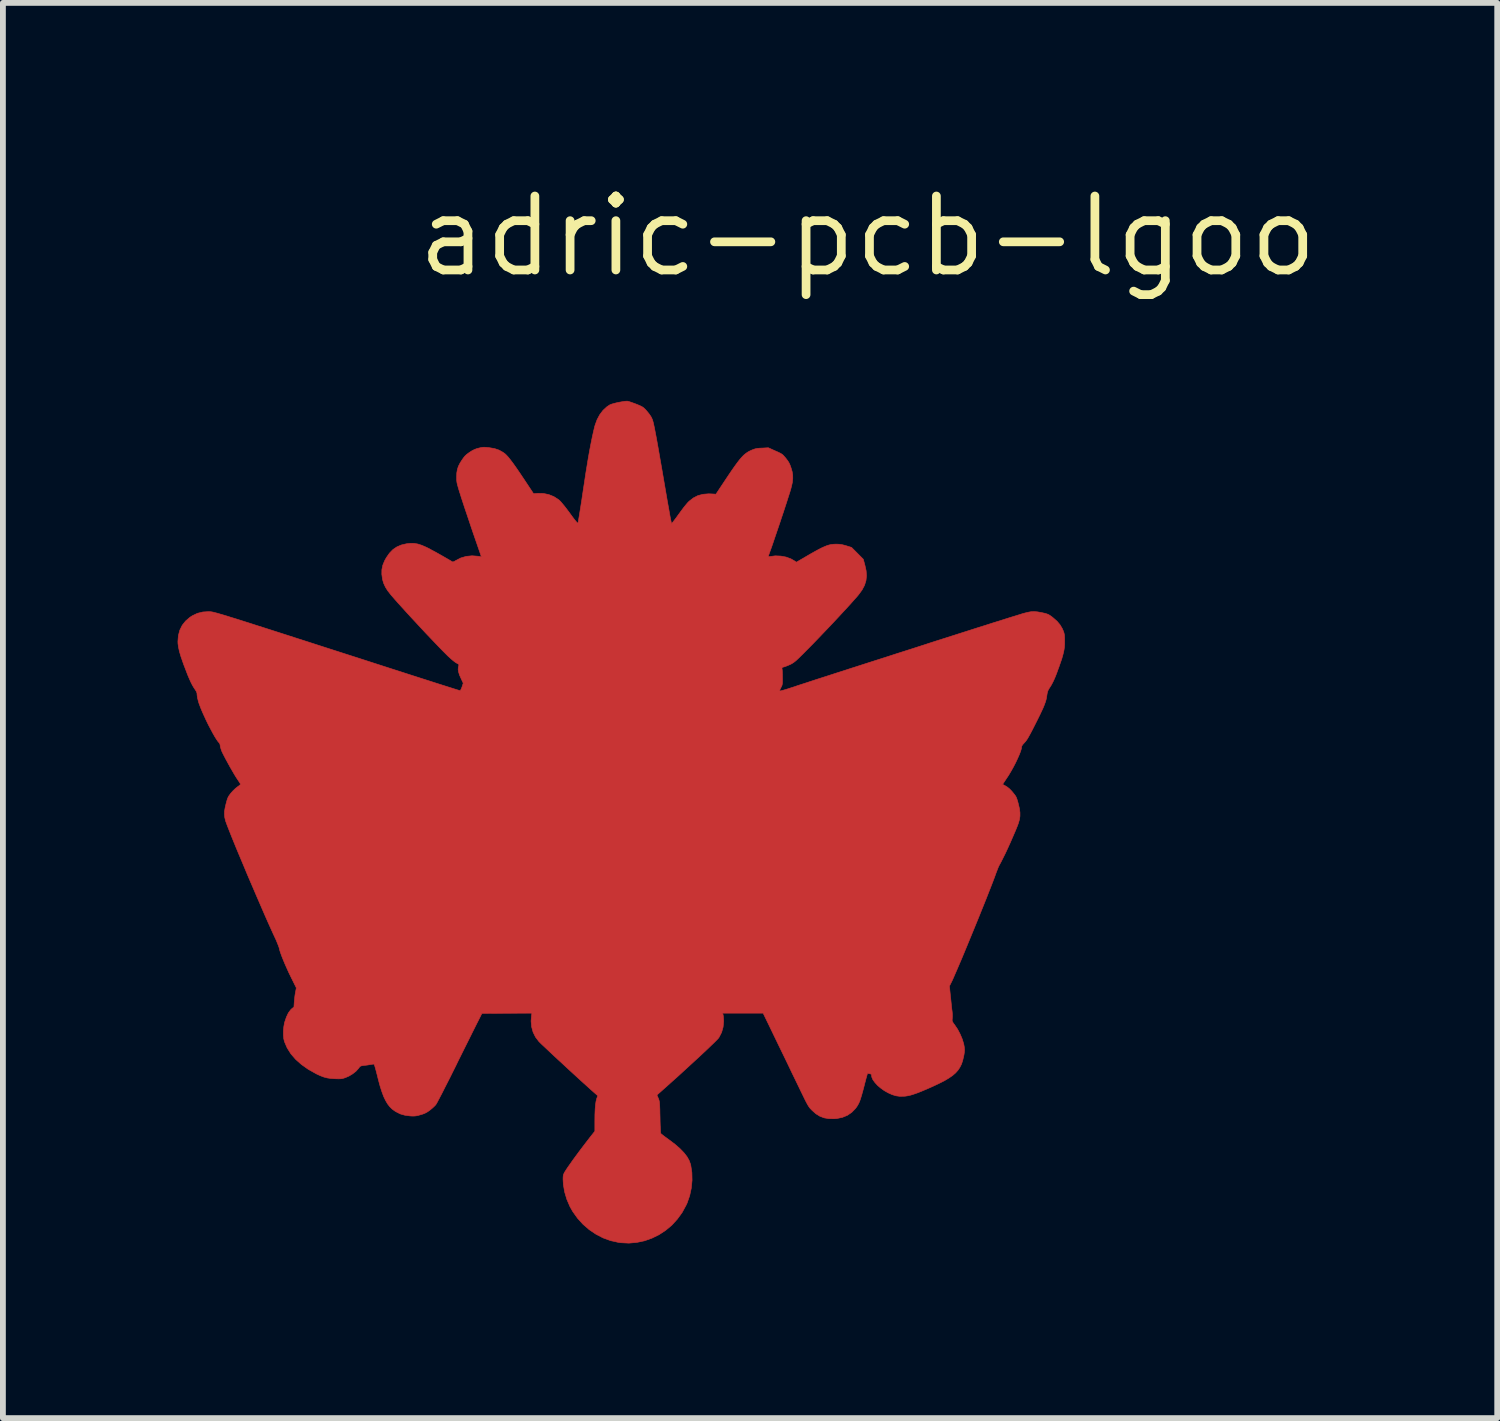
<source format=kicad_pcb>
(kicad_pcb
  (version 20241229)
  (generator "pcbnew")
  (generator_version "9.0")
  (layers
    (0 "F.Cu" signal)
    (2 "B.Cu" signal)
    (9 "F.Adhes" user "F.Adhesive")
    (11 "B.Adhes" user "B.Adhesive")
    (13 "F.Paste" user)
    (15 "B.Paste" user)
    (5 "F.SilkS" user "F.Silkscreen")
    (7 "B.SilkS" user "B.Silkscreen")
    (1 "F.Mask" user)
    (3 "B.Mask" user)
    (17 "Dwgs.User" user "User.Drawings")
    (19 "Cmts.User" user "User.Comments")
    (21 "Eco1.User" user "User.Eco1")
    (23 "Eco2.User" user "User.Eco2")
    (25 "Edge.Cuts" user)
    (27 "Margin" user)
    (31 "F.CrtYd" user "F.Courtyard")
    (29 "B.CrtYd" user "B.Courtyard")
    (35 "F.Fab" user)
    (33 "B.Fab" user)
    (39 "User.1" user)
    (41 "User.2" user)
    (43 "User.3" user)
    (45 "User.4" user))
  (footprint "adric-pcb-lgoo"
    (layer "F.Cu")
    (at 11.849 1.006)
    (property "Reference" "adric-pcb-lgoo" (at 0 0 0) (layer "F.SilkS") (effects (font (size 1.27 1.27) (thickness 0.15))))
    (attr through_hole)
    (fp_poly (pts (xy -4.113 2.835) (xy -4.083 2.844) (xy -4.043 2.858) (xy -3.998 2.874) (xy -3.985 2.879) (xy -3.935 2.899) (xy -3.899 2.915) (xy -3.872 2.929) (xy -3.851 2.943) (xy -3.831 2.961) (xy -3.808 2.985) (xy -3.808 2.985) (xy -3.778 3.02) (xy -3.749 3.056) (xy -3.728 3.088) (xy -3.726 3.09) (xy -3.719 3.102) (xy -3.713 3.113) (xy -3.708 3.124) (xy -3.702 3.137) (xy -3.696 3.152) (xy -3.69 3.17) (xy -3.684 3.193) (xy -3.677 3.22) (xy -3.67 3.254) (xy -3.661 3.295) (xy -3.652 3.344) (xy -3.641 3.401) (xy -3.628 3.469) (xy -3.614 3.547) (xy -3.598 3.637) (xy -3.58 3.74) (xy -3.56 3.856) (xy -3.537 3.986) (xy -3.512 4.132) (xy -3.484 4.295) (xy -3.453 4.475) (xy -3.443 4.534) (xy -3.428 4.618) (xy -3.414 4.695) (xy -3.402 4.765) (xy -3.391 4.826) (xy -3.381 4.874) (xy -3.374 4.909) (xy -3.37 4.929) (xy -3.369 4.932) (xy -3.362 4.927) (xy -3.345 4.908) (xy -3.322 4.878) (xy -3.292 4.839) (xy -3.259 4.793) (xy -3.243 4.771) (xy -3.201 4.714) (xy -3.161 4.66) (xy -3.123 4.613) (xy -3.091 4.575) (xy -3.067 4.551) (xy -2.994 4.494) (xy -2.916 4.454) (xy -2.829 4.431) (xy -2.734 4.423) (xy -2.697 4.424) (xy -2.606 4.429) (xy -2.452 4.197) (xy -2.386 4.098) (xy -2.329 4.014) (xy -2.279 3.943) (xy -2.236 3.884) (xy -2.198 3.835) (xy -2.163 3.795) (xy -2.132 3.762) (xy -2.101 3.736) (xy -2.071 3.714) (xy -2.04 3.695) (xy -2.006 3.679) (xy -1.989 3.671) (xy -1.956 3.658) (xy -1.926 3.649) (xy -1.893 3.643) (xy -1.85 3.639) (xy -1.816 3.638) (xy -1.707 3.632) (xy -1.587 3.686) (xy -1.539 3.707) (xy -1.504 3.724) (xy -1.478 3.739) (xy -1.458 3.754) (xy -1.439 3.774) (xy -1.417 3.799) (xy -1.406 3.812) (xy -1.375 3.853) (xy -1.352 3.889) (xy -1.334 3.928) (xy -1.317 3.975) (xy -1.298 4.039) (xy -1.288 4.099) (xy -1.287 4.158) (xy -1.293 4.223) (xy -1.309 4.296) (xy -1.323 4.349) (xy -1.333 4.382) (xy -1.349 4.432) (xy -1.369 4.494) (xy -1.392 4.567) (xy -1.419 4.649) (xy -1.448 4.738) (xy -1.479 4.83) (xy -1.51 4.924) (xy -1.542 5.018) (xy -1.573 5.109) (xy -1.602 5.194) (xy -1.628 5.272) (xy -1.652 5.341) (xy -1.672 5.397) (xy -1.673 5.399) (xy -1.711 5.505) (xy -1.681 5.5) (xy -1.587 5.488) (xy -1.492 5.492) (xy -1.401 5.509) (xy -1.318 5.54) (xy -1.252 5.578) (xy -1.225 5.597) (xy -1.099 5.524) (xy -1.004 5.468) (xy -0.923 5.422) (xy -0.854 5.384) (xy -0.796 5.354) (xy -0.745 5.331) (xy -0.701 5.313) (xy -0.662 5.301) (xy -0.625 5.293) (xy -0.588 5.289) (xy -0.551 5.287) (xy -0.537 5.287) (xy -0.487 5.289) (xy -0.44 5.296) (xy -0.388 5.309) (xy -0.368 5.315) (xy -0.278 5.343) (xy -0.177 5.444) (xy -0.076 5.546) (xy -0.048 5.649) (xy -0.027 5.745) (xy -0.021 5.832) (xy -0.03 5.914) (xy -0.055 5.994) (xy -0.097 6.073) (xy -0.156 6.154) (xy -0.173 6.175) (xy -0.222 6.23) (xy -0.281 6.297) (xy -0.35 6.373) (xy -0.427 6.456) (xy -0.509 6.545) (xy -0.596 6.638) (xy -0.685 6.732) (xy -0.774 6.825) (xy -0.861 6.916) (xy -0.945 7.003) (xy -1.024 7.083) (xy -1.049 7.108) (xy -1.108 7.168) (xy -1.156 7.215) (xy -1.195 7.253) (xy -1.226 7.282) (xy -1.252 7.304) (xy -1.274 7.32) (xy -1.294 7.333) (xy -1.314 7.345) (xy -1.326 7.351) (xy -1.365 7.368) (xy -1.404 7.384) (xy -1.434 7.394) (xy -1.437 7.395) (xy -1.462 7.402) (xy -1.472 7.41) (xy -1.472 7.423) (xy -1.471 7.43) (xy -1.468 7.448) (xy -1.466 7.482) (xy -1.465 7.525) (xy -1.464 7.573) (xy -1.464 7.577) (xy -1.464 7.628) (xy -1.464 7.664) (xy -1.467 7.69) (xy -1.471 7.71) (xy -1.479 7.728) (xy -1.49 7.75) (xy -1.49 7.75) (xy -1.505 7.78) (xy -1.511 7.801) (xy -1.509 7.808) (xy -1.498 7.807) (xy -1.471 7.801) (xy -1.429 7.789) (xy -1.375 7.773) (xy -1.311 7.752) (xy -1.251 7.733) (xy -1.203 7.716) (xy -1.138 7.695) (xy -1.06 7.67) (xy -0.969 7.64) (xy -0.868 7.607) (xy -0.759 7.572) (xy -0.644 7.535) (xy -0.524 7.496) (xy -0.401 7.457) (xy -0.279 7.417) (xy -0.24 7.405) (xy -0.107 7.362) (xy 0.033 7.317) (xy 0.177 7.271) (xy 0.324 7.224) (xy 0.469 7.177) (xy 0.61 7.132) (xy 0.745 7.089) (xy 0.869 7.049) (xy 0.981 7.013) (xy 1.063 6.986) (xy 1.203 6.941) (xy 1.345 6.896) (xy 1.486 6.851) (xy 1.627 6.806) (xy 1.765 6.762) (xy 1.899 6.719) (xy 2.027 6.679) (xy 2.148 6.64) (xy 2.262 6.605) (xy 2.365 6.572) (xy 2.457 6.543) (xy 2.536 6.519) (xy 2.601 6.499) (xy 2.651 6.483) (xy 2.675 6.476) (xy 2.742 6.459) (xy 2.799 6.448) (xy 2.853 6.445) (xy 2.909 6.449) (xy 2.974 6.46) (xy 3.002 6.466) (xy 3.047 6.476) (xy 3.079 6.486) (xy 3.106 6.497) (xy 3.132 6.513) (xy 3.164 6.536) (xy 3.185 6.553) (xy 3.25 6.61) (xy 3.301 6.67) (xy 3.341 6.737) (xy 3.36 6.781) (xy 3.369 6.807) (xy 3.375 6.832) (xy 3.379 6.862) (xy 3.381 6.902) (xy 3.381 6.955) (xy 3.381 6.957) (xy 3.381 7.006) (xy 3.378 7.051) (xy 3.372 7.096) (xy 3.363 7.142) (xy 3.35 7.193) (xy 3.333 7.253) (xy 3.309 7.323) (xy 3.28 7.407) (xy 3.272 7.427) (xy 3.243 7.508) (xy 3.217 7.573) (xy 3.193 7.628) (xy 3.17 7.674) (xy 3.147 7.716) (xy 3.123 7.753) (xy 3.103 7.785) (xy 3.09 7.816) (xy 3.081 7.852) (xy 3.076 7.884) (xy 3.07 7.923) (xy 3.062 7.961) (xy 3.05 8) (xy 3.034 8.044) (xy 3.014 8.094) (xy 2.987 8.152) (xy 2.954 8.222) (xy 2.913 8.305) (xy 2.905 8.321) (xy 2.861 8.408) (xy 2.825 8.479) (xy 2.794 8.538) (xy 2.768 8.585) (xy 2.747 8.622) (xy 2.728 8.651) (xy 2.711 8.674) (xy 2.694 8.693) (xy 2.682 8.706) (xy 2.66 8.731) (xy 2.646 8.754) (xy 2.643 8.764) (xy 2.639 8.797) (xy 2.625 8.844) (xy 2.603 8.901) (xy 2.574 8.967) (xy 2.541 9.037) (xy 2.503 9.111) (xy 2.462 9.184) (xy 2.42 9.255) (xy 2.388 9.303) (xy 2.316 9.412) (xy 2.351 9.43) (xy 2.394 9.456) (xy 2.433 9.487) (xy 2.473 9.528) (xy 2.501 9.562) (xy 2.524 9.591) (xy 2.541 9.615) (xy 2.553 9.639) (xy 2.564 9.669) (xy 2.576 9.708) (xy 2.586 9.747) (xy 2.605 9.827) (xy 2.614 9.896) (xy 2.614 9.958) (xy 2.605 10.018) (xy 2.586 10.082) (xy 2.575 10.113) (xy 2.537 10.207) (xy 2.495 10.304) (xy 2.452 10.403) (xy 2.408 10.5) (xy 2.366 10.591) (xy 2.325 10.673) (xy 2.289 10.745) (xy 2.259 10.8) (xy 2.248 10.821) (xy 2.234 10.855) (xy 2.217 10.899) (xy 2.199 10.946) (xy 2.196 10.955) (xy 2.175 11.013) (xy 2.148 11.084) (xy 2.116 11.167) (xy 2.079 11.261) (xy 2.039 11.363) (xy 1.995 11.473) (xy 1.949 11.587) (xy 1.901 11.706) (xy 1.852 11.826) (xy 1.802 11.948) (xy 1.753 12.067) (xy 1.705 12.184) (xy 1.658 12.297) (xy 1.614 12.403) (xy 1.572 12.501) (xy 1.534 12.59) (xy 1.5 12.668) (xy 1.472 12.733) (xy 1.449 12.784) (xy 1.434 12.814) (xy 1.403 12.876) (xy 1.421 13.054) (xy 1.428 13.116) (xy 1.434 13.177) (xy 1.44 13.233) (xy 1.445 13.279) (xy 1.449 13.306) (xy 1.453 13.35) (xy 1.454 13.394) (xy 1.452 13.429) (xy 1.452 13.43) (xy 1.45 13.456) (xy 1.451 13.475) (xy 1.459 13.493) (xy 1.474 13.517) (xy 1.491 13.539) (xy 1.543 13.616) (xy 1.587 13.7) (xy 1.623 13.785) (xy 1.648 13.867) (xy 1.657 13.914) (xy 1.661 13.95) (xy 1.662 13.982) (xy 1.659 14.015) (xy 1.653 14.055) (xy 1.646 14.089) (xy 1.63 14.156) (xy 1.61 14.216) (xy 1.583 14.27) (xy 1.55 14.32) (xy 1.508 14.367) (xy 1.456 14.412) (xy 1.392 14.456) (xy 1.316 14.501) (xy 1.225 14.547) (xy 1.119 14.597) (xy 1.029 14.637) (xy 0.937 14.676) (xy 0.86 14.707) (xy 0.794 14.73) (xy 0.737 14.748) (xy 0.688 14.759) (xy 0.643 14.766) (xy 0.62 14.767) (xy 0.548 14.768) (xy 0.483 14.759) (xy 0.419 14.739) (xy 0.35 14.708) (xy 0.283 14.67) (xy 0.222 14.626) (xy 0.167 14.579) (xy 0.123 14.53) (xy 0.089 14.483) (xy 0.07 14.439) (xy 0.066 14.411) (xy 0.063 14.394) (xy 0.051 14.384) (xy 0.032 14.38) (xy 0.009 14.376) (xy -0.004 14.376) (xy -0.004 14.376) (xy -0.007 14.386) (xy -0.014 14.411) (xy -0.025 14.45) (xy -0.038 14.499) (xy -0.053 14.556) (xy -0.065 14.604) (xy -0.087 14.687) (xy -0.106 14.754) (xy -0.123 14.809) (xy -0.138 14.853) (xy -0.154 14.889) (xy -0.171 14.92) (xy -0.189 14.949) (xy -0.211 14.978) (xy -0.274 15.043) (xy -0.348 15.094) (xy -0.433 15.129) (xy -0.527 15.149) (xy -0.57 15.153) (xy -0.665 15.152) (xy -0.748 15.138) (xy -0.822 15.11) (xy -0.891 15.067) (xy -0.955 15.01) (xy -0.972 14.992) (xy -0.988 14.976) (xy -1.002 14.958) (xy -1.016 14.938) (xy -1.031 14.913) (xy -1.048 14.882) (xy -1.069 14.842) (xy -1.094 14.791) (xy -1.125 14.727) (xy -1.163 14.649) (xy -1.168 14.638) (xy -1.231 14.508) (xy -1.3 14.366) (xy -1.372 14.215) (xy -1.447 14.06) (xy -1.522 13.906) (xy -1.594 13.757) (xy -1.662 13.616) (xy -1.708 13.521) (xy -1.796 13.34) (xy -2.492 13.34) (xy -2.483 13.37) (xy -2.479 13.394) (xy -2.476 13.429) (xy -2.474 13.471) (xy -2.474 13.484) (xy -2.483 13.579) (xy -2.509 13.671) (xy -2.552 13.754) (xy -2.556 13.761) (xy -2.57 13.778) (xy -2.598 13.807) (xy -2.637 13.846) (xy -2.687 13.894) (xy -2.747 13.952) (xy -2.816 14.017) (xy -2.892 14.088) (xy -2.976 14.165) (xy -3.065 14.247) (xy -3.159 14.333) (xy -3.256 14.422) (xy -3.357 14.512) (xy -3.458 14.603) (xy -3.472 14.615) (xy -3.619 14.746) (xy -3.595 14.803) (xy -3.588 14.82) (xy -3.583 14.836) (xy -3.579 14.854) (xy -3.575 14.877) (xy -3.573 14.906) (xy -3.571 14.944) (xy -3.569 14.994) (xy -3.568 15.058) (xy -3.566 15.127) (xy -3.565 15.197) (xy -3.563 15.26) (xy -3.56 15.315) (xy -3.558 15.36) (xy -3.556 15.391) (xy -3.554 15.406) (xy -3.553 15.406) (xy -3.544 15.415) (xy -3.521 15.433) (xy -3.489 15.458) (xy -3.449 15.487) (xy -3.412 15.514) (xy -3.31 15.591) (xy -3.225 15.665) (xy -3.157 15.735) (xy -3.104 15.803) (xy -3.066 15.87) (xy -3.042 15.936) (xy -3.039 15.948) (xy -3.019 16.077) (xy -3.016 16.21) (xy -3.029 16.344) (xy -3.057 16.475) (xy -3.101 16.601) (xy -3.118 16.637) (xy -3.187 16.764) (xy -3.27 16.878) (xy -3.364 16.981) (xy -3.469 17.069) (xy -3.583 17.144) (xy -3.705 17.204) (xy -3.832 17.249) (xy -3.965 17.277) (xy -4.101 17.289) (xy -4.239 17.282) (xy -4.282 17.276) (xy -4.416 17.246) (xy -4.545 17.199) (xy -4.668 17.135) (xy -4.783 17.057) (xy -4.889 16.965) (xy -4.983 16.861) (xy -5.065 16.746) (xy -5.113 16.661) (xy -5.167 16.535) (xy -5.205 16.407) (xy -5.226 16.28) (xy -5.231 16.194) (xy -5.23 16.153) (xy -5.227 16.124) (xy -5.219 16.101) (xy -5.207 16.075) (xy -5.201 16.066) (xy -5.179 16.031) (xy -5.147 15.983) (xy -5.106 15.925) (xy -5.059 15.858) (xy -5.006 15.786) (xy -4.95 15.71) (xy -4.891 15.632) (xy -4.832 15.555) (xy -4.775 15.481) (xy -4.752 15.452) (xy -4.685 15.367) (xy -4.685 15.188) (xy -4.684 15.079) (xy -4.68 14.988) (xy -4.674 14.914) (xy -4.665 14.854) (xy -4.654 14.81) (xy -4.651 14.801) (xy -4.635 14.758) (xy -4.69 14.71) (xy -4.725 14.679) (xy -4.771 14.638) (xy -4.825 14.589) (xy -4.886 14.534) (xy -4.953 14.473) (xy -5.024 14.408) (xy -5.097 14.341) (xy -5.172 14.272) (xy -5.246 14.203) (xy -5.319 14.136) (xy -5.388 14.072) (xy -5.452 14.012) (xy -5.509 13.958) (xy -5.559 13.911) (xy -5.6 13.873) (xy -5.629 13.844) (xy -5.646 13.827) (xy -5.646 13.827) (xy -5.704 13.751) (xy -5.746 13.666) (xy -5.771 13.574) (xy -5.78 13.476) (xy -5.773 13.389) (xy -5.766 13.34) (xy -6.195 13.342) (xy -6.624 13.344) (xy -6.693 13.481) (xy -6.709 13.512) (xy -6.732 13.558) (xy -6.762 13.618) (xy -6.798 13.69) (xy -6.838 13.771) (xy -6.883 13.861) (xy -6.931 13.957) (xy -6.981 14.058) (xy -7.033 14.162) (xy -7.072 14.243) (xy -7.123 14.345) (xy -7.172 14.444) (xy -7.219 14.536) (xy -7.263 14.622) (xy -7.302 14.7) (xy -7.337 14.767) (xy -7.367 14.824) (xy -7.39 14.868) (xy -7.407 14.897) (xy -7.415 14.911) (xy -7.438 14.936) (xy -7.471 14.967) (xy -7.507 14.997) (xy -7.518 15.006) (xy -7.559 15.035) (xy -7.597 15.056) (xy -7.639 15.073) (xy -7.676 15.084) (xy -7.721 15.097) (xy -7.756 15.104) (xy -7.789 15.107) (xy -7.827 15.107) (xy -7.857 15.105) (xy -7.947 15.093) (xy -8.027 15.07) (xy -8.1 15.033) (xy -8.121 15.02) (xy -8.167 14.986) (xy -8.208 14.945) (xy -8.245 14.897) (xy -8.279 14.839) (xy -8.312 14.77) (xy -8.342 14.689) (xy -8.373 14.593) (xy -8.403 14.481) (xy -8.42 14.412) (xy -8.438 14.342) (xy -8.453 14.286) (xy -8.465 14.246) (xy -8.474 14.222) (xy -8.48 14.215) (xy -8.495 14.216) (xy -8.522 14.22) (xy -8.543 14.223) (xy -8.582 14.23) (xy -8.627 14.236) (xy -8.652 14.238) (xy -8.685 14.243) (xy -8.706 14.249) (xy -8.723 14.262) (xy -8.741 14.286) (xy -8.745 14.291) (xy -8.787 14.338) (xy -8.843 14.382) (xy -8.906 14.42) (xy -8.968 14.447) (xy -8.998 14.457) (xy -9.024 14.464) (xy -9.051 14.467) (xy -9.083 14.468) (xy -9.127 14.467) (xy -9.153 14.466) (xy -9.223 14.461) (xy -9.283 14.452) (xy -9.339 14.437) (xy -9.397 14.415) (xy -9.465 14.384) (xy -9.472 14.38) (xy -9.607 14.304) (xy -9.723 14.222) (xy -9.823 14.133) (xy -9.905 14.038) (xy -9.969 13.936) (xy -10.015 13.829) (xy -10.027 13.778) (xy -10.033 13.714) (xy -10.033 13.645) (xy -10.026 13.574) (xy -10.015 13.51) (xy -10.011 13.495) (xy -9.981 13.407) (xy -9.948 13.337) (xy -9.91 13.285) (xy -9.893 13.268) (xy -9.852 13.234) (xy -9.846 13.146) (xy -9.841 13.095) (xy -9.835 13.04) (xy -9.827 12.99) (xy -9.825 12.982) (xy -9.811 12.906) (xy -9.9 12.726) (xy -9.94 12.644) (xy -9.977 12.562) (xy -10.012 12.483) (xy -10.042 12.41) (xy -10.068 12.344) (xy -10.087 12.289) (xy -10.1 12.247) (xy -10.103 12.232) (xy -10.109 12.208) (xy -10.123 12.171) (xy -10.141 12.126) (xy -10.162 12.076) (xy -10.174 12.051) (xy -10.21 11.973) (xy -10.25 11.885) (xy -10.294 11.787) (xy -10.341 11.681) (xy -10.39 11.568) (xy -10.441 11.45) (xy -10.494 11.328) (xy -10.547 11.204) (xy -10.601 11.079) (xy -10.654 10.955) (xy -10.705 10.832) (xy -10.755 10.713) (xy -10.803 10.599) (xy -10.848 10.491) (xy -10.889 10.39) (xy -10.926 10.299) (xy -10.958 10.218) (xy -10.985 10.149) (xy -11.006 10.094) (xy -11.021 10.053) (xy -11.027 10.034) (xy -11.04 9.979) (xy -11.045 9.927) (xy -11.044 9.875) (xy -11.034 9.815) (xy -11.02 9.754) (xy -11.007 9.704) (xy -10.996 9.667) (xy -10.985 9.639) (xy -10.972 9.614) (xy -10.954 9.589) (xy -10.937 9.566) (xy -10.897 9.521) (xy -10.854 9.48) (xy -10.825 9.457) (xy -10.797 9.437) (xy -10.777 9.42) (xy -10.769 9.409) (xy -10.769 9.408) (xy -10.775 9.397) (xy -10.789 9.374) (xy -10.809 9.344) (xy -10.821 9.326) (xy -10.848 9.285) (xy -10.879 9.234) (xy -10.913 9.175) (xy -10.949 9.113) (xy -10.984 9.049) (xy -11.018 8.987) (xy -11.048 8.93) (xy -11.073 8.881) (xy -11.091 8.843) (xy -11.098 8.824) (xy -11.109 8.789) (xy -11.117 8.758) (xy -11.119 8.738) (xy -11.125 8.715) (xy -11.133 8.702) (xy -11.153 8.68) (xy -11.179 8.643) (xy -11.21 8.594) (xy -11.244 8.534) (xy -11.28 8.467) (xy -11.318 8.395) (xy -11.355 8.32) (xy -11.39 8.244) (xy -11.423 8.171) (xy -11.452 8.102) (xy -11.475 8.04) (xy -11.483 8.019) (xy -11.498 7.967) (xy -11.509 7.921) (xy -11.514 7.884) (xy -11.515 7.877) (xy -11.517 7.846) (xy -11.526 7.82) (xy -11.545 7.789) (xy -11.548 7.785) (xy -11.572 7.749) (xy -11.596 7.708) (xy -11.62 7.661) (xy -11.646 7.604) (xy -11.675 7.536) (xy -11.706 7.455) (xy -11.743 7.359) (xy -11.759 7.314) (xy -11.793 7.216) (xy -11.818 7.131) (xy -11.834 7.058) (xy -11.843 6.993) (xy -11.844 6.956) (xy -11.836 6.855) (xy -11.811 6.763) (xy -11.77 6.68) (xy -11.712 6.607) (xy -11.639 6.544) (xy -11.596 6.516) (xy -11.51 6.475) (xy -11.417 6.452) (xy -11.318 6.446) (xy -11.289 6.447) (xy -11.28 6.448) (xy -11.27 6.449) (xy -11.259 6.451) (xy -11.246 6.453) (xy -11.23 6.457) (xy -11.211 6.462) (xy -11.187 6.468) (xy -11.16 6.475) (xy -11.127 6.485) (xy -11.089 6.496) (xy -11.044 6.509) (xy -10.992 6.525) (xy -10.933 6.544) (xy -10.866 6.564) (xy -10.79 6.588) (xy -10.705 6.615) (xy -10.61 6.645) (xy -10.505 6.679) (xy -10.388 6.716) (xy -10.26 6.757) (xy -10.12 6.802) (xy -9.967 6.851) (xy -9.8 6.905) (xy -9.619 6.963) (xy -9.424 7.026) (xy -9.213 7.094) (xy -8.986 7.167) (xy -8.743 7.245) (xy -8.483 7.329) (xy -8.368 7.366) (xy -8.173 7.429) (xy -7.992 7.487) (xy -7.825 7.541) (xy -7.672 7.59) (xy -7.534 7.634) (xy -7.41 7.674) (xy -7.303 7.708) (xy -7.211 7.737) (xy -7.135 7.761) (xy -7.075 7.78) (xy -7.033 7.793) (xy -7.008 7.8) (xy -7 7.802) (xy -6.991 7.794) (xy -6.978 7.77) (xy -6.966 7.739) (xy -6.945 7.674) (xy -6.981 7.597) (xy -7.009 7.534) (xy -7.025 7.482) (xy -7.032 7.439) (xy -7.029 7.401) (xy -7.027 7.393) (xy -7.021 7.369) (xy -7.019 7.354) (xy -7.02 7.353) (xy -7.029 7.347) (xy -7.049 7.335) (xy -7.067 7.325) (xy -7.092 7.308) (xy -7.125 7.282) (xy -7.163 7.249) (xy -7.201 7.214) (xy -7.203 7.213) (xy -7.246 7.17) (xy -7.301 7.115) (xy -7.364 7.05) (xy -7.435 6.976) (xy -7.511 6.896) (xy -7.592 6.811) (xy -7.675 6.722) (xy -7.758 6.632) (xy -7.841 6.543) (xy -7.92 6.457) (xy -7.995 6.374) (xy -8.064 6.298) (xy -8.125 6.229) (xy -8.176 6.17) (xy -8.183 6.162) (xy -8.24 6.09) (xy -8.282 6.023) (xy -8.312 5.957) (xy -8.331 5.892) (xy -8.343 5.804) (xy -8.342 5.725) (xy -8.326 5.648) (xy -8.294 5.57) (xy -8.265 5.518) (xy -8.211 5.441) (xy -8.152 5.38) (xy -8.086 5.335) (xy -8.01 5.302) (xy -7.921 5.281) (xy -7.921 5.281) (xy -7.852 5.273) (xy -7.788 5.274) (xy -7.724 5.285) (xy -7.656 5.307) (xy -7.58 5.34) (xy -7.554 5.353) (xy -7.524 5.368) (xy -7.485 5.39) (xy -7.437 5.415) (xy -7.385 5.444) (xy -7.332 5.474) (xy -7.279 5.504) (xy -7.231 5.532) (xy -7.189 5.556) (xy -7.157 5.575) (xy -7.137 5.588) (xy -7.133 5.59) (xy -7.119 5.592) (xy -7.095 5.582) (xy -7.077 5.571) (xy -6.989 5.525) (xy -6.894 5.497) (xy -6.794 5.487) (xy -6.689 5.495) (xy -6.659 5.5) (xy -6.633 5.506) (xy -6.694 5.328) (xy -6.732 5.218) (xy -6.772 5.103) (xy -6.811 4.988) (xy -6.849 4.874) (xy -6.886 4.764) (xy -6.921 4.661) (xy -6.952 4.566) (xy -6.979 4.484) (xy -7 4.416) (xy -7.006 4.398) (xy -7.025 4.337) (xy -7.038 4.29) (xy -7.048 4.254) (xy -7.054 4.223) (xy -7.057 4.195) (xy -7.058 4.165) (xy -7.058 4.135) (xy -7.056 4.065) (xy -7.046 4.006) (xy -7.029 3.952) (xy -7 3.895) (xy -6.971 3.849) (xy -6.942 3.807) (xy -6.917 3.776) (xy -6.889 3.749) (xy -6.853 3.722) (xy -6.839 3.712) (xy -6.794 3.683) (xy -6.754 3.663) (xy -6.713 3.647) (xy -6.682 3.639) (xy -6.645 3.63) (xy -6.615 3.625) (xy -6.588 3.623) (xy -6.555 3.625) (xy -6.512 3.629) (xy -6.497 3.631) (xy -6.408 3.646) (xy -6.331 3.672) (xy -6.263 3.71) (xy -6.227 3.736) (xy -6.202 3.76) (xy -6.17 3.795) (xy -6.132 3.843) (xy -6.087 3.903) (xy -6.035 3.976) (xy -5.974 4.065) (xy -5.905 4.168) (xy -5.895 4.183) (xy -5.738 4.42) (xy -5.664 4.415) (xy -5.568 4.417) (xy -5.476 4.436) (xy -5.389 4.471) (xy -5.311 4.521) (xy -5.292 4.537) (xy -5.272 4.557) (xy -5.245 4.589) (xy -5.21 4.631) (xy -5.172 4.68) (xy -5.132 4.733) (xy -5.113 4.759) (xy -5.07 4.818) (xy -5.036 4.863) (xy -5.011 4.894) (xy -4.993 4.914) (xy -4.982 4.924) (xy -4.976 4.924) (xy -4.975 4.923) (xy -4.971 4.909) (xy -4.966 4.878) (xy -4.958 4.832) (xy -4.948 4.772) (xy -4.937 4.701) (xy -4.924 4.62) (xy -4.91 4.531) (xy -4.896 4.436) (xy -4.881 4.336) (xy -4.865 4.233) (xy -4.863 4.219) (xy -4.842 4.077) (xy -4.819 3.937) (xy -4.797 3.802) (xy -4.774 3.674) (xy -4.751 3.554) (xy -4.729 3.446) (xy -4.708 3.351) (xy -4.689 3.271) (xy -4.681 3.243) (xy -4.647 3.15) (xy -4.601 3.064) (xy -4.545 2.99) (xy -4.479 2.929) (xy -4.428 2.895) (xy -4.403 2.885) (xy -4.364 2.873) (xy -4.316 2.861) (xy -4.264 2.85) (xy -4.212 2.841) (xy -4.167 2.834) (xy -4.132 2.832) (xy -4.129 2.832) (xy -4.113 2.835)) (stroke (width 0.01) (type solid)) (fill yes) (layer "F.Cu"))
    (fp_poly (pts (xy -6.246 8.422) (xy -6.224 8.43) (xy -6.218 8.439) (xy -6.227 8.444) (xy -6.248 8.447) (xy -6.275 8.448) (xy -6.303 8.447) (xy -6.325 8.444) (xy -6.335 8.439) (xy -6.333 8.43) (xy -6.315 8.423) (xy -6.285 8.42) (xy -6.279 8.42) (xy -6.246 8.422)) (stroke (width 0.01) (type solid)) (fill yes) (layer "F.Mask"))
    (fp_poly (pts (xy -6.262 8.092) (xy -6.236 8.097) (xy -6.222 8.105) (xy -6.221 8.107) (xy -6.227 8.113) (xy -6.246 8.117) (xy -6.272 8.119) (xy -6.299 8.118) (xy -6.322 8.116) (xy -6.335 8.11) (xy -6.336 8.109) (xy -6.332 8.101) (xy -6.319 8.095) (xy -6.291 8.091) (xy -6.262 8.092)) (stroke (width 0.01) (type solid)) (fill yes) (layer "F.Mask"))
    (fp_poly (pts (xy -6.234 7.834) (xy -6.22 7.841) (xy -6.219 7.85) (xy -6.232 7.857) (xy -6.255 7.862) (xy -6.281 7.864) (xy -6.307 7.863) (xy -6.328 7.857) (xy -6.331 7.856) (xy -6.337 7.848) (xy -6.328 7.841) (xy -6.317 7.836) (xy -6.291 7.831) (xy -6.261 7.83) (xy -6.234 7.834)) (stroke (width 0.01) (type solid)) (fill yes) (layer "F.Mask"))
    (fp_poly (pts (xy -6.227 7.942) (xy -6.194 7.946) (xy -6.177 7.953) (xy -6.177 7.96) (xy -6.187 7.963) (xy -6.212 7.966) (xy -6.245 7.967) (xy -6.282 7.968) (xy -6.319 7.967) (xy -6.35 7.966) (xy -6.371 7.963) (xy -6.378 7.96) (xy -6.369 7.95) (xy -6.342 7.944) (xy -6.298 7.94) (xy -6.275 7.94) (xy -6.227 7.942)) (stroke (width 0.01) (type solid)) (fill yes) (layer "F.Mask"))
    (fp_poly (pts (xy -6.257 7.35) (xy -6.222 7.353) (xy -6.193 7.357) (xy -6.175 7.362) (xy -6.171 7.366) (xy -6.18 7.371) (xy -6.201 7.376) (xy -6.221 7.379) (xy -6.262 7.383) (xy -6.298 7.383) (xy -6.339 7.379) (xy -6.348 7.378) (xy -6.371 7.373) (xy -6.377 7.367) (xy -6.365 7.36) (xy -6.338 7.354) (xy -6.326 7.352) (xy -6.294 7.35) (xy -6.257 7.35)) (stroke (width 0.01) (type solid)) (fill yes) (layer "F.Mask"))
    (fp_poly (pts (xy -6.235 7.464) (xy -6.209 7.477) (xy -6.2 7.496) (xy -6.199 7.498) (xy -6.207 7.516) (xy -6.218 7.526) (xy -6.242 7.532) (xy -6.276 7.535) (xy -6.309 7.532) (xy -6.333 7.526) (xy -6.334 7.525) (xy -6.348 7.508) (xy -6.347 7.487) (xy -6.333 7.47) (xy -6.332 7.47) (xy -6.311 7.464) (xy -6.282 7.46) (xy -6.275 7.46) (xy -6.235 7.464)) (stroke (width 0.01) (type solid)) (fill yes) (layer "F.Mask"))
    (fp_poly (pts (xy -6.22 8.527) (xy -6.175 8.535) (xy -6.145 8.546) (xy -6.131 8.559) (xy -6.132 8.572) (xy -6.151 8.585) (xy -6.186 8.595) (xy -6.239 8.602) (xy -6.253 8.603) (xy -6.292 8.604) (xy -6.326 8.604) (xy -6.348 8.602) (xy -6.35 8.602) (xy -6.391 8.591) (xy -6.415 8.578) (xy -6.422 8.564) (xy -6.414 8.551) (xy -6.392 8.539) (xy -6.357 8.53) (xy -6.309 8.525) (xy -6.279 8.525) (xy -6.22 8.527)) (stroke (width 0.01) (type solid)) (fill yes) (layer "F.Mask"))
    (fp_poly (pts (xy -1.988 8.352) (xy -1.968 8.372) (xy -1.953 8.402) (xy -1.943 8.441) (xy -1.938 8.484) (xy -1.939 8.527) (xy -1.945 8.566) (xy -1.956 8.599) (xy -1.971 8.62) (xy -1.99 8.627) (xy -2.011 8.621) (xy -2.022 8.613) (xy -2.031 8.593) (xy -2.039 8.56) (xy -2.045 8.52) (xy -2.048 8.478) (xy -2.047 8.44) (xy -2.046 8.432) (xy -2.037 8.389) (xy -2.023 8.361) (xy -2.005 8.349) (xy -1.988 8.352)) (stroke (width 0.01) (type solid)) (fill yes) (layer "F.Mask"))
    (fp_poly (pts (xy -3.526 7.903) (xy -3.493 7.905) (xy -3.474 7.908) (xy -3.452 7.921) (xy -3.446 7.944) (xy -3.456 7.977) (xy -3.476 8.011) (xy -3.501 8.046) (xy -3.529 8.081) (xy -3.546 8.101) (xy -3.58 8.138) (xy -3.63 8.058) (xy -3.661 8.007) (xy -3.681 7.969) (xy -3.693 7.942) (xy -3.696 7.925) (xy -3.691 7.914) (xy -3.688 7.911) (xy -3.672 7.908) (xy -3.643 7.905) (xy -3.606 7.903) (xy -3.565 7.903) (xy -3.526 7.903)) (stroke (width 0.01) (type solid)) (fill yes) (layer "F.Mask"))
    (fp_poly (pts (xy -6.025 7.329) (xy -6.022 7.351) (xy -6.021 7.384) (xy -6.028 7.459) (xy -6.051 7.525) (xy -6.089 7.583) (xy -6.106 7.601) (xy -6.139 7.631) (xy -6.165 7.646) (xy -6.185 7.645) (xy -6.198 7.637) (xy -6.207 7.62) (xy -6.205 7.599) (xy -6.189 7.572) (xy -6.162 7.541) (xy -6.135 7.505) (xy -6.105 7.46) (xy -6.08 7.414) (xy -6.078 7.409) (xy -6.06 7.374) (xy -6.045 7.345) (xy -6.033 7.327) (xy -6.03 7.324) (xy -6.025 7.329)) (stroke (width 0.01) (type solid)) (fill yes) (layer "F.Mask"))
    (fp_poly (pts (xy -6.369 8.308) (xy -6.36 8.324) (xy -6.359 8.333) (xy -6.365 8.36) (xy -6.376 8.383) (xy -6.391 8.406) (xy -6.411 8.435) (xy -6.419 8.447) (xy -6.436 8.481) (xy -6.451 8.521) (xy -6.454 8.534) (xy -6.465 8.576) (xy -6.48 8.601) (xy -6.496 8.608) (xy -6.515 8.597) (xy -6.524 8.587) (xy -6.536 8.553) (xy -6.535 8.511) (xy -6.52 8.464) (xy -6.494 8.414) (xy -6.456 8.365) (xy -6.444 8.352) (xy -6.412 8.323) (xy -6.386 8.308) (xy -6.369 8.308)) (stroke (width 0.01) (type solid)) (fill yes) (layer "F.Mask"))
    (fp_poly (pts (xy -9.275 10.853) (xy -9.234 10.873) (xy -9.191 10.902) (xy -9.164 10.935) (xy -9.149 10.975) (xy -9.146 10.996) (xy -9.148 11.048) (xy -9.163 11.1) (xy -9.188 11.146) (xy -9.221 11.182) (xy -9.259 11.205) (xy -9.273 11.209) (xy -9.296 11.214) (xy -9.309 11.217) (xy -9.324 11.217) (xy -9.348 11.215) (xy -9.351 11.214) (xy -9.381 11.203) (xy -9.395 11.185) (xy -9.4 11.165) (xy -9.404 11.131) (xy -9.406 11.087) (xy -9.407 11.039) (xy -9.406 10.991) (xy -9.404 10.947) (xy -9.4 10.913) (xy -9.397 10.901) (xy -9.381 10.865) (xy -9.355 10.845) (xy -9.32 10.841) (xy -9.275 10.853)) (stroke (width 0.01) (type solid)) (fill yes) (layer "F.Mask"))
    (fp_poly (pts (xy -7.318 10.85) (xy -7.266 10.857) (xy -7.221 10.872) (xy -7.179 10.896) (xy -7.134 10.931) (xy -7.083 10.978) (xy -7.068 10.993) (xy -7.024 11.039) (xy -6.994 11.081) (xy -6.973 11.125) (xy -6.96 11.177) (xy -6.953 11.223) (xy -6.943 11.343) (xy -6.947 11.451) (xy -6.965 11.546) (xy -6.997 11.628) (xy -7.043 11.7) (xy -7.103 11.76) (xy -7.177 11.809) (xy -7.267 11.849) (xy -7.279 11.853) (xy -7.355 11.869) (xy -7.438 11.869) (xy -7.502 11.859) (xy -7.545 11.846) (xy -7.573 11.826) (xy -7.59 11.796) (xy -7.597 11.763) (xy -7.598 11.745) (xy -7.599 11.71) (xy -7.599 11.661) (xy -7.599 11.599) (xy -7.599 11.527) (xy -7.598 11.447) (xy -7.596 11.36) (xy -7.595 11.291) (xy -7.587 10.861) (xy -7.455 10.853) (xy -7.379 10.849) (xy -7.318 10.85)) (stroke (width 0.01) (type solid)) (fill yes) (layer "F.Mask"))
    (fp_poly (pts (xy -7.012 9.108) (xy -6.972 9.111) (xy -6.943 9.118) (xy -6.918 9.131) (xy -6.906 9.139) (xy -6.871 9.165) (xy -6.839 9.193) (xy -6.813 9.22) (xy -6.796 9.241) (xy -6.792 9.252) (xy -6.801 9.269) (xy -6.828 9.287) (xy -6.87 9.305) (xy -6.928 9.321) (xy -6.932 9.322) (xy -7.004 9.344) (xy -7.06 9.368) (xy -7.102 9.398) (xy -7.133 9.434) (xy -7.136 9.437) (xy -7.157 9.468) (xy -7.172 9.483) (xy -7.186 9.485) (xy -7.201 9.474) (xy -7.204 9.47) (xy -7.222 9.447) (xy -7.243 9.413) (xy -7.267 9.371) (xy -7.291 9.327) (xy -7.313 9.283) (xy -7.331 9.244) (xy -7.343 9.214) (xy -7.347 9.197) (xy -7.338 9.184) (xy -7.314 9.169) (xy -7.278 9.155) (xy -7.233 9.141) (xy -7.183 9.128) (xy -7.13 9.118) (xy -7.079 9.111) (xy -7.033 9.108) (xy -7.012 9.108)) (stroke (width 0.01) (type solid)) (fill yes) (layer "F.Mask"))
    (fp_poly (pts (xy -6.079 9.309) (xy -6.049 9.328) (xy -6.011 9.36) (xy -5.97 9.401) (xy -5.929 9.449) (xy -5.89 9.5) (xy -5.855 9.55) (xy -5.828 9.596) (xy -5.812 9.635) (xy -5.807 9.657) (xy -5.807 9.676) (xy -5.814 9.697) (xy -5.828 9.726) (xy -5.849 9.761) (xy -5.876 9.803) (xy -5.908 9.85) (xy -5.944 9.9) (xy -5.981 9.949) (xy -6.018 9.996) (xy -6.052 10.038) (xy -6.083 10.073) (xy -6.107 10.099) (xy -6.123 10.112) (xy -6.127 10.113) (xy -6.138 10.106) (xy -6.154 10.087) (xy -6.163 10.073) (xy -6.184 10.038) (xy -6.211 9.987) (xy -6.243 9.923) (xy -6.28 9.847) (xy -6.321 9.761) (xy -6.355 9.687) (xy -6.424 9.539) (xy -6.349 9.46) (xy -6.293 9.405) (xy -6.239 9.359) (xy -6.189 9.325) (xy -6.147 9.305) (xy -6.142 9.303) (xy -6.107 9.301) (xy -6.079 9.309)) (stroke (width 0.01) (type solid)) (fill yes) (layer "F.Mask"))
    (fp_poly (pts (xy -1.289 9.045) (xy -1.24 9.047) (xy -1.199 9.051) (xy -1.171 9.057) (xy -1.168 9.059) (xy -1.136 9.072) (xy -1.141 9.148) (xy -1.147 9.203) (xy -1.158 9.264) (xy -1.173 9.324) (xy -1.189 9.378) (xy -1.205 9.418) (xy -1.205 9.419) (xy -1.217 9.441) (xy -1.225 9.453) (xy -1.227 9.454) (xy -1.235 9.449) (xy -1.252 9.437) (xy -1.253 9.436) (xy -1.272 9.418) (xy -1.295 9.392) (xy -1.313 9.369) (xy -1.338 9.339) (xy -1.36 9.318) (xy -1.385 9.304) (xy -1.414 9.297) (xy -1.452 9.296) (xy -1.501 9.301) (xy -1.564 9.31) (xy -1.615 9.317) (xy -1.652 9.32) (xy -1.672 9.318) (xy -1.675 9.317) (xy -1.675 9.304) (xy -1.666 9.28) (xy -1.648 9.248) (xy -1.625 9.211) (xy -1.599 9.172) (xy -1.571 9.134) (xy -1.544 9.101) (xy -1.52 9.076) (xy -1.501 9.061) (xy -1.478 9.054) (xy -1.441 9.049) (xy -1.394 9.046) (xy -1.342 9.044) (xy -1.289 9.045)) (stroke (width 0.01) (type solid)) (fill yes) (layer "F.Mask"))
    (fp_poly (pts (xy -1.712 10.846) (xy -1.644 10.862) (xy -1.578 10.892) (xy -1.517 10.937) (xy -1.461 10.997) (xy -1.414 11.07) (xy -1.407 11.085) (xy -1.376 11.156) (xy -1.357 11.224) (xy -1.347 11.296) (xy -1.345 11.359) (xy -1.351 11.46) (xy -1.371 11.549) (xy -1.404 11.629) (xy -1.453 11.703) (xy -1.499 11.755) (xy -1.535 11.788) (xy -1.572 11.817) (xy -1.604 11.839) (xy -1.613 11.845) (xy -1.67 11.863) (xy -1.736 11.87) (xy -1.805 11.866) (xy -1.86 11.853) (xy -1.925 11.822) (xy -1.983 11.775) (xy -2.031 11.711) (xy -2.071 11.633) (xy -2.095 11.561) (xy -2.102 11.529) (xy -2.107 11.493) (xy -2.11 11.449) (xy -2.111 11.392) (xy -2.111 11.355) (xy -2.111 11.297) (xy -2.11 11.253) (xy -2.107 11.22) (xy -2.102 11.191) (xy -2.095 11.163) (xy -2.085 11.132) (xy -2.068 11.087) (xy -2.046 11.041) (xy -2.024 11.002) (xy -2.022 10.999) (xy -1.971 10.937) (xy -1.912 10.891) (xy -1.848 10.86) (xy -1.781 10.846) (xy -1.712 10.846)) (stroke (width 0.01) (type solid)) (fill yes) (layer "F.Mask"))
    (fp_poly (pts (xy -3.728 9.666) (xy -3.679 9.669) (xy -3.637 9.676) (xy -3.606 9.686) (xy -3.595 9.694) (xy -3.585 9.707) (xy -3.59 9.718) (xy -3.595 9.723) (xy -3.613 9.733) (xy -3.641 9.741) (xy -3.661 9.745) (xy -3.688 9.749) (xy -3.708 9.757) (xy -3.721 9.77) (xy -3.729 9.791) (xy -3.731 9.824) (xy -3.73 9.869) (xy -3.726 9.93) (xy -3.726 9.939) (xy -3.721 10.008) (xy -3.72 10.061) (xy -3.723 10.1) (xy -3.729 10.126) (xy -3.741 10.142) (xy -3.758 10.149) (xy -3.773 10.151) (xy -3.8 10.143) (xy -3.811 10.129) (xy -3.816 10.113) (xy -3.819 10.081) (xy -3.821 10.035) (xy -3.821 9.971) (xy -3.821 9.942) (xy -3.82 9.877) (xy -3.821 9.828) (xy -3.824 9.793) (xy -3.829 9.769) (xy -3.838 9.756) (xy -3.852 9.749) (xy -3.87 9.746) (xy -3.88 9.746) (xy -3.916 9.743) (xy -3.936 9.733) (xy -3.942 9.717) (xy -3.937 9.702) (xy -3.922 9.69) (xy -3.894 9.681) (xy -3.851 9.673) (xy -3.829 9.67) (xy -3.779 9.666) (xy -3.728 9.666)) (stroke (width 0.01) (type solid)) (fill yes) (layer "F.Mask"))
    (fp_poly (pts (xy -6.335 7.721) (xy -6.324 7.729) (xy -6.329 7.741) (xy -6.342 7.763) (xy -6.364 7.79) (xy -6.372 7.8) (xy -6.412 7.851) (xy -6.439 7.893) (xy -6.453 7.931) (xy -6.457 7.967) (xy -6.451 8.005) (xy -6.448 8.015) (xy -6.434 8.048) (xy -6.411 8.083) (xy -6.377 8.122) (xy -6.331 8.165) (xy -6.272 8.216) (xy -6.228 8.25) (xy -6.16 8.305) (xy -6.106 8.351) (xy -6.067 8.39) (xy -6.04 8.423) (xy -6.03 8.439) (xy -6.023 8.461) (xy -6.019 8.492) (xy -6.019 8.524) (xy -6.022 8.551) (xy -6.025 8.56) (xy -6.038 8.57) (xy -6.054 8.561) (xy -6.056 8.558) (xy -6.066 8.543) (xy -6.079 8.519) (xy -6.087 8.504) (xy -6.113 8.46) (xy -6.145 8.42) (xy -6.186 8.38) (xy -6.239 8.338) (xy -6.271 8.315) (xy -6.354 8.253) (xy -6.422 8.19) (xy -6.476 8.127) (xy -6.513 8.066) (xy -6.533 8.007) (xy -6.536 7.992) (xy -6.535 7.944) (xy -6.523 7.893) (xy -6.502 7.843) (xy -6.475 7.798) (xy -6.443 7.759) (xy -6.409 7.731) (xy -6.374 7.717) (xy -6.356 7.716) (xy -6.335 7.721)) (stroke (width 0.01) (type solid)) (fill yes) (layer "F.Mask"))
    (fp_poly (pts (xy -6.532 8.87) (xy -6.403 8.911) (xy -6.292 8.947) (xy -6.198 8.979) (xy -6.12 9.007) (xy -6.057 9.032) (xy -6.009 9.053) (xy -5.976 9.072) (xy -5.955 9.087) (xy -5.947 9.1) (xy -5.951 9.124) (xy -5.972 9.143) (xy -6.011 9.155) (xy -6.036 9.159) (xy -6.09 9.169) (xy -6.145 9.187) (xy -6.201 9.216) (xy -6.261 9.257) (xy -6.329 9.311) (xy -6.383 9.359) (xy -6.418 9.391) (xy -6.448 9.417) (xy -6.469 9.435) (xy -6.481 9.444) (xy -6.482 9.444) (xy -6.489 9.438) (xy -6.51 9.421) (xy -6.54 9.393) (xy -6.58 9.357) (xy -6.628 9.314) (xy -6.681 9.265) (xy -6.74 9.212) (xy -6.744 9.208) (xy -6.952 9.017) (xy -6.736 9.017) (xy -6.73 9.032) (xy -6.715 9.054) (xy -6.702 9.069) (xy -6.67 9.096) (xy -6.64 9.107) (xy -6.614 9.1) (xy -6.6 9.085) (xy -6.586 9.054) (xy -6.592 9.025) (xy -6.606 9.006) (xy -6.628 8.991) (xy -6.657 8.985) (xy -6.687 8.985) (xy -6.714 8.992) (xy -6.732 9.005) (xy -6.736 9.017) (xy -6.952 9.017) (xy -7.001 8.972) (xy -6.812 8.783) (xy -6.532 8.87)) (stroke (width 0.01) (type solid)) (fill yes) (layer "F.Mask"))
    (fp_poly (pts (xy -2.246 9.233) (xy -2.244 9.234) (xy -2.214 9.252) (xy -2.176 9.28) (xy -2.136 9.313) (xy -2.098 9.349) (xy -2.066 9.382) (xy -2.054 9.397) (xy -2.034 9.426) (xy -2.025 9.456) (xy -2.024 9.49) (xy -2.033 9.533) (xy -2.046 9.578) (xy -2.059 9.612) (xy -2.078 9.656) (xy -2.101 9.708) (xy -2.128 9.765) (xy -2.156 9.825) (xy -2.186 9.885) (xy -2.215 9.942) (xy -2.243 9.996) (xy -2.268 10.042) (xy -2.289 10.078) (xy -2.305 10.103) (xy -2.315 10.113) (xy -2.316 10.113) (xy -2.325 10.106) (xy -2.342 10.088) (xy -2.365 10.063) (xy -2.37 10.057) (xy -2.404 10.014) (xy -2.444 9.961) (xy -2.487 9.901) (xy -2.529 9.841) (xy -2.567 9.784) (xy -2.588 9.752) (xy -2.607 9.72) (xy -2.618 9.698) (xy -2.621 9.682) (xy -2.618 9.666) (xy -2.616 9.66) (xy -2.604 9.633) (xy -2.581 9.596) (xy -2.552 9.55) (xy -2.516 9.499) (xy -2.478 9.446) (xy -2.438 9.393) (xy -2.399 9.343) (xy -2.363 9.299) (xy -2.332 9.264) (xy -2.308 9.24) (xy -2.301 9.235) (xy -2.283 9.225) (xy -2.268 9.224) (xy -2.246 9.233)) (stroke (width 0.01) (type solid)) (fill yes) (layer "F.Mask"))
    (fp_poly (pts (xy -4.585 9.667) (xy -4.525 9.673) (xy -4.473 9.685) (xy -4.435 9.703) (xy -4.43 9.707) (xy -4.416 9.724) (xy -4.419 9.737) (xy -4.44 9.744) (xy -4.468 9.746) (xy -4.519 9.75) (xy -4.553 9.764) (xy -4.572 9.784) (xy -4.577 9.799) (xy -4.571 9.813) (xy -4.555 9.83) (xy -4.531 9.848) (xy -4.497 9.865) (xy -4.475 9.874) (xy -4.447 9.884) (xy -4.427 9.892) (xy -4.421 9.897) (xy -4.43 9.902) (xy -4.452 9.909) (xy -4.477 9.914) (xy -4.526 9.93) (xy -4.561 9.952) (xy -4.579 9.981) (xy -4.581 9.999) (xy -4.573 10.029) (xy -4.547 10.051) (xy -4.505 10.066) (xy -4.479 10.07) (xy -4.442 10.077) (xy -4.414 10.089) (xy -4.397 10.104) (xy -4.396 10.119) (xy -4.397 10.121) (xy -4.412 10.131) (xy -4.444 10.139) (xy -4.487 10.146) (xy -4.54 10.15) (xy -4.581 10.151) (xy -4.675 10.151) (xy -4.675 9.931) (xy -4.675 9.86) (xy -4.675 9.806) (xy -4.674 9.766) (xy -4.672 9.737) (xy -4.67 9.717) (xy -4.666 9.703) (xy -4.661 9.694) (xy -4.657 9.688) (xy -4.644 9.675) (xy -4.627 9.669) (xy -4.601 9.667) (xy -4.585 9.667)) (stroke (width 0.01) (type solid)) (fill yes) (layer "F.Mask"))
    (fp_poly (pts (xy -3.325 6.637) (xy -3.296 6.646) (xy -3.26 6.664) (xy -3.215 6.693) (xy -3.167 6.728) (xy -3.119 6.768) (xy -3.077 6.807) (xy -3.058 6.827) (xy -3.037 6.852) (xy -3.022 6.873) (xy -3.014 6.892) (xy -3.013 6.913) (xy -3.02 6.939) (xy -3.036 6.97) (xy -3.061 7.01) (xy -3.095 7.062) (xy -3.123 7.103) (xy -3.176 7.178) (xy -3.218 7.24) (xy -3.253 7.289) (xy -3.281 7.327) (xy -3.303 7.355) (xy -3.32 7.376) (xy -3.335 7.391) (xy -3.347 7.401) (xy -3.355 7.406) (xy -3.382 7.416) (xy -3.424 7.425) (xy -3.478 7.433) (xy -3.539 7.439) (xy -3.604 7.443) (xy -3.669 7.445) (xy -3.73 7.444) (xy -3.768 7.441) (xy -3.808 7.437) (xy -3.832 7.43) (xy -3.844 7.418) (xy -3.846 7.399) (xy -3.845 7.385) (xy -3.836 7.35) (xy -3.819 7.303) (xy -3.794 7.245) (xy -3.763 7.181) (xy -3.727 7.111) (xy -3.688 7.04) (xy -3.647 6.97) (xy -3.605 6.904) (xy -3.581 6.868) (xy -3.55 6.825) (xy -3.513 6.781) (xy -3.475 6.738) (xy -3.438 6.699) (xy -3.404 6.668) (xy -3.378 6.647) (xy -3.367 6.641) (xy -3.346 6.635) (xy -3.325 6.637)) (stroke (width 0.01) (type solid)) (fill yes) (layer "F.Mask"))
    (fp_poly (pts (xy -5.06 9.67) (xy -4.98 9.689) (xy -4.914 9.72) (xy -4.863 9.763) (xy -4.826 9.816) (xy -4.811 9.855) (xy -4.801 9.917) (xy -4.809 9.973) (xy -4.834 10.025) (xy -4.861 10.058) (xy -4.893 10.088) (xy -4.927 10.111) (xy -4.966 10.127) (xy -5.014 10.138) (xy -5.074 10.145) (xy -5.14 10.149) (xy -5.27 10.153) (xy -5.263 10.032) (xy -5.258 9.938) (xy -5.255 9.898) (xy -5.164 9.898) (xy -5.163 9.961) (xy -5.163 9.963) (xy -5.16 10.001) (xy -5.155 10.024) (xy -5.146 10.04) (xy -5.137 10.048) (xy -5.108 10.062) (xy -5.069 10.066) (xy -5.025 10.063) (xy -4.985 10.051) (xy -4.972 10.045) (xy -4.934 10.013) (xy -4.909 9.969) (xy -4.898 9.914) (xy -4.897 9.9) (xy -4.901 9.859) (xy -4.915 9.828) (xy -4.942 9.801) (xy -4.976 9.78) (xy -5.022 9.761) (xy -5.066 9.752) (xy -5.104 9.754) (xy -5.132 9.767) (xy -5.137 9.773) (xy -5.15 9.8) (xy -5.16 9.843) (xy -5.164 9.898) (xy -5.255 9.898) (xy -5.253 9.863) (xy -5.248 9.802) (xy -5.243 9.757) (xy -5.237 9.724) (xy -5.231 9.702) (xy -5.227 9.695) (xy -5.203 9.675) (xy -5.163 9.665) (xy -5.109 9.665) (xy -5.06 9.67)) (stroke (width 0.01) (type solid)) (fill yes) (layer "F.Mask"))
    (fp_poly (pts (xy -3.462 9.677) (xy -3.457 9.681) (xy -3.445 9.702) (xy -3.433 9.74) (xy -3.422 9.791) (xy -3.413 9.853) (xy -3.406 9.914) (xy -3.4 9.971) (xy -3.393 10.012) (xy -3.384 10.039) (xy -3.37 10.056) (xy -3.351 10.064) (xy -3.325 10.066) (xy -3.321 10.066) (xy -3.288 10.064) (xy -3.26 10.058) (xy -3.251 10.055) (xy -3.242 10.05) (xy -3.234 10.041) (xy -3.229 10.028) (xy -3.224 10.006) (xy -3.221 9.974) (xy -3.217 9.929) (xy -3.214 9.869) (xy -3.213 9.844) (xy -3.208 9.777) (xy -3.201 9.728) (xy -3.192 9.696) (xy -3.18 9.681) (xy -3.174 9.68) (xy -3.16 9.688) (xy -3.152 9.698) (xy -3.144 9.722) (xy -3.137 9.761) (xy -3.132 9.814) (xy -3.127 9.876) (xy -3.124 9.945) (xy -3.123 10.012) (xy -3.123 10.151) (xy -3.243 10.15) (xy -3.292 10.149) (xy -3.335 10.147) (xy -3.37 10.145) (xy -3.391 10.142) (xy -3.391 10.142) (xy -3.432 10.128) (xy -3.458 10.11) (xy -3.466 10.097) (xy -3.474 10.057) (xy -3.482 10.008) (xy -3.488 9.951) (xy -3.491 9.892) (xy -3.493 9.834) (xy -3.493 9.78) (xy -3.491 9.735) (xy -3.486 9.703) (xy -3.482 9.691) (xy -3.471 9.676) (xy -3.462 9.677)) (stroke (width 0.01) (type solid)) (fill yes) (layer "F.Mask"))
    (fp_poly (pts (xy -1.597 8.857) (xy -1.572 8.88) (xy -1.56 8.899) (xy -1.548 8.927) (xy -1.544 8.95) (xy -1.55 8.973) (xy -1.568 9) (xy -1.598 9.034) (xy -1.608 9.044) (xy -1.658 9.101) (xy -1.696 9.157) (xy -1.726 9.218) (xy -1.751 9.291) (xy -1.755 9.304) (xy -1.776 9.371) (xy -1.798 9.426) (xy -1.819 9.465) (xy -1.839 9.489) (xy -1.843 9.492) (xy -1.858 9.499) (xy -1.868 9.5) (xy -1.883 9.493) (xy -1.891 9.489) (xy -1.906 9.476) (xy -1.927 9.45) (xy -1.951 9.415) (xy -1.961 9.398) (xy -2.021 9.31) (xy -2.086 9.24) (xy -2.157 9.187) (xy -2.236 9.15) (xy -2.324 9.129) (xy -2.353 9.125) (xy -2.409 9.119) (xy -2.449 9.114) (xy -2.477 9.109) (xy -2.495 9.103) (xy -2.508 9.096) (xy -2.516 9.088) (xy -2.528 9.066) (xy -2.521 9.046) (xy -2.496 9.028) (xy -2.478 9.021) (xy -2.444 9.012) (xy -2.396 9) (xy -2.337 8.985) (xy -2.27 8.97) (xy -2.197 8.953) (xy -2.119 8.936) (xy -2.041 8.919) (xy -1.963 8.903) (xy -1.889 8.887) (xy -1.821 8.874) (xy -1.762 8.863) (xy -1.713 8.854) (xy -1.678 8.849) (xy -1.675 8.849) (xy -1.63 8.848) (xy -1.597 8.857)) (stroke (width 0.01) (type solid)) (fill yes) (layer "F.Mask"))
    (fp_poly (pts (xy -6.5 7.325) (xy -6.486 7.34) (xy -6.471 7.366) (xy -6.46 7.399) (xy -6.458 7.408) (xy -6.449 7.441) (xy -6.433 7.473) (xy -6.408 7.505) (xy -6.371 7.541) (xy -6.32 7.582) (xy -6.29 7.605) (xy -6.216 7.664) (xy -6.151 7.723) (xy -6.097 7.779) (xy -6.057 7.831) (xy -6.04 7.861) (xy -6.018 7.925) (xy -6.013 7.994) (xy -6.026 8.062) (xy -6.03 8.074) (xy -6.048 8.112) (xy -6.073 8.149) (xy -6.102 8.183) (xy -6.132 8.211) (xy -6.16 8.231) (xy -6.185 8.24) (xy -6.202 8.235) (xy -6.202 8.235) (xy -6.208 8.225) (xy -6.206 8.211) (xy -6.197 8.19) (xy -6.178 8.159) (xy -6.156 8.126) (xy -6.123 8.077) (xy -6.101 8.038) (xy -6.087 8.007) (xy -6.079 7.979) (xy -6.077 7.95) (xy -6.077 7.946) (xy -6.083 7.908) (xy -6.101 7.87) (xy -6.105 7.863) (xy -6.117 7.846) (xy -6.13 7.83) (xy -6.146 7.814) (xy -6.167 7.795) (xy -6.197 7.771) (xy -6.236 7.74) (xy -6.287 7.701) (xy -6.298 7.693) (xy -6.373 7.634) (xy -6.432 7.579) (xy -6.476 7.528) (xy -6.507 7.479) (xy -6.527 7.429) (xy -6.535 7.385) (xy -6.537 7.355) (xy -6.531 7.337) (xy -6.524 7.328) (xy -6.512 7.321) (xy -6.5 7.325)) (stroke (width 0.01) (type solid)) (fill yes) (layer "F.Mask"))
    (fp_poly (pts (xy -5.593 9.719) (xy -5.581 9.738) (xy -5.565 9.769) (xy -5.546 9.809) (xy -5.527 9.851) (xy -5.49 9.936) (xy -5.456 10.005) (xy -5.426 10.056) (xy -5.399 10.09) (xy -5.396 10.093) (xy -5.379 10.114) (xy -5.372 10.132) (xy -5.372 10.133) (xy -5.375 10.145) (xy -5.39 10.15) (xy -5.41 10.151) (xy -5.458 10.143) (xy -5.498 10.119) (xy -5.526 10.09) (xy -5.561 10.059) (xy -5.604 10.043) (xy -5.653 10.045) (xy -5.664 10.047) (xy -5.691 10.058) (xy -5.712 10.07) (xy -5.715 10.073) (xy -5.754 10.117) (xy -5.785 10.143) (xy -5.809 10.152) (xy -5.825 10.144) (xy -5.829 10.136) (xy -5.83 10.118) (xy -5.826 10.091) (xy -5.823 10.082) (xy -5.813 10.053) (xy -5.794 10.012) (xy -5.77 9.963) (xy -5.756 9.937) (xy -5.661 9.937) (xy -5.652 9.951) (xy -5.639 9.961) (xy -5.626 9.959) (xy -5.607 9.946) (xy -5.602 9.941) (xy -5.585 9.923) (xy -5.582 9.904) (xy -5.584 9.893) (xy -5.595 9.868) (xy -5.612 9.862) (xy -5.633 9.873) (xy -5.641 9.881) (xy -5.66 9.911) (xy -5.661 9.937) (xy -5.756 9.937) (xy -5.742 9.91) (xy -5.713 9.856) (xy -5.684 9.806) (xy -5.658 9.764) (xy -5.657 9.762) (xy -5.614 9.695) (xy -5.593 9.719)) (stroke (width 0.01) (type solid)) (fill yes) (layer "F.Mask"))
    (fp_poly (pts (xy -4.158 9.666) (xy -4.114 9.676) (xy -4.069 9.695) (xy -4.029 9.722) (xy -3.997 9.755) (xy -3.988 9.768) (xy -3.976 9.789) (xy -3.97 9.803) (xy -3.97 9.805) (xy -3.977 9.821) (xy -3.997 9.842) (xy -4.024 9.867) (xy -4.056 9.891) (xy -4.088 9.911) (xy -4.097 9.915) (xy -4.128 9.932) (xy -4.151 9.948) (xy -4.162 9.96) (xy -4.166 9.978) (xy -4.171 10.007) (xy -4.174 10.038) (xy -4.182 10.091) (xy -4.195 10.128) (xy -4.212 10.147) (xy -4.224 10.151) (xy -4.243 10.142) (xy -4.254 10.125) (xy -4.259 10.105) (xy -4.263 10.068) (xy -4.266 10.016) (xy -4.268 9.95) (xy -4.269 9.908) (xy -4.27 9.841) (xy -4.27 9.798) (xy -4.177 9.798) (xy -4.169 9.817) (xy -4.152 9.836) (xy -4.131 9.848) (xy -4.124 9.85) (xy -4.105 9.844) (xy -4.091 9.834) (xy -4.077 9.814) (xy -4.073 9.799) (xy -4.081 9.775) (xy -4.099 9.755) (xy -4.121 9.746) (xy -4.122 9.746) (xy -4.143 9.753) (xy -4.163 9.77) (xy -4.176 9.79) (xy -4.177 9.798) (xy -4.27 9.798) (xy -4.27 9.791) (xy -4.269 9.754) (xy -4.267 9.728) (xy -4.264 9.71) (xy -4.26 9.698) (xy -4.258 9.694) (xy -4.234 9.674) (xy -4.199 9.664) (xy -4.158 9.666)) (stroke (width 0.01) (type solid)) (fill yes) (layer "F.Mask"))
    (fp_poly (pts (xy -2.795 9.683) (xy -2.755 9.692) (xy -2.724 9.706) (xy -2.706 9.724) (xy -2.704 9.728) (xy -2.701 9.746) (xy -2.707 9.757) (xy -2.724 9.762) (xy -2.754 9.763) (xy -2.795 9.761) (xy -2.835 9.758) (xy -2.86 9.757) (xy -2.873 9.759) (xy -2.878 9.765) (xy -2.879 9.773) (xy -2.871 9.79) (xy -2.85 9.814) (xy -2.82 9.842) (xy -2.766 9.889) (xy -2.726 9.926) (xy -2.698 9.956) (xy -2.681 9.98) (xy -2.674 10.001) (xy -2.675 10.021) (xy -2.685 10.042) (xy -2.695 10.059) (xy -2.735 10.1) (xy -2.784 10.129) (xy -2.841 10.144) (xy -2.899 10.142) (xy -2.918 10.138) (xy -2.955 10.125) (xy -2.985 10.11) (xy -3.004 10.094) (xy -3.008 10.082) (xy -2.992 10.063) (xy -2.961 10.054) (xy -2.916 10.054) (xy -2.889 10.057) (xy -2.847 10.062) (xy -2.82 10.062) (xy -2.804 10.057) (xy -2.79 10.047) (xy -2.785 10.034) (xy -2.79 10.016) (xy -2.805 9.993) (xy -2.832 9.962) (xy -2.872 9.922) (xy -2.903 9.892) (xy -2.938 9.857) (xy -2.967 9.826) (xy -2.989 9.801) (xy -3 9.785) (xy -3.001 9.782) (xy -2.994 9.761) (xy -2.975 9.736) (xy -2.95 9.712) (xy -2.924 9.695) (xy -2.919 9.693) (xy -2.881 9.683) (xy -2.838 9.68) (xy -2.795 9.683)) (stroke (width 0.01) (type solid)) (fill yes) (layer "F.Mask"))
    (fp_poly (pts (xy -2.175 12.314) (xy -2.061 12.315) (xy -1.954 12.315) (xy -1.856 12.315) (xy -1.767 12.316) (xy -1.689 12.316) (xy -1.624 12.317) (xy -1.573 12.318) (xy -1.537 12.319) (xy -1.518 12.32) (xy -1.515 12.32) (xy -1.521 12.329) (xy -1.538 12.348) (xy -1.563 12.376) (xy -1.593 12.408) (xy -1.599 12.414) (xy -1.683 12.502) (xy -1.668 12.538) (xy -1.659 12.558) (xy -1.643 12.592) (xy -1.622 12.635) (xy -1.599 12.682) (xy -1.589 12.702) (xy -1.566 12.747) (xy -1.547 12.786) (xy -1.533 12.815) (xy -1.525 12.833) (xy -1.524 12.836) (xy -1.533 12.837) (xy -1.56 12.838) (xy -1.603 12.838) (xy -1.66 12.839) (xy -1.731 12.84) (xy -1.813 12.84) (xy -1.907 12.84) (xy -2.01 12.841) (xy -2.12 12.841) (xy -2.237 12.841) (xy -2.324 12.841) (xy -2.47 12.841) (xy -2.599 12.841) (xy -2.71 12.841) (xy -2.806 12.84) (xy -2.888 12.84) (xy -2.955 12.839) (xy -3.009 12.838) (xy -3.052 12.837) (xy -3.083 12.835) (xy -3.105 12.834) (xy -3.118 12.832) (xy -3.123 12.83) (xy -3.123 12.829) (xy -3.122 12.816) (xy -3.119 12.788) (xy -3.114 12.748) (xy -3.108 12.701) (xy -3.104 12.674) (xy -3.097 12.612) (xy -3.09 12.546) (xy -3.084 12.483) (xy -3.08 12.43) (xy -3.08 12.422) (xy -3.073 12.314) (xy -2.294 12.314) (xy -2.175 12.314)) (stroke (width 0.01) (type solid)) (fill yes) (layer "F.Mask"))
    (fp_poly (pts (xy -3.537 7.654) (xy -3.504 7.659) (xy -3.473 7.669) (xy -3.441 7.683) (xy -3.374 7.724) (xy -3.316 7.778) (xy -3.269 7.841) (xy -3.236 7.91) (xy -3.22 7.976) (xy -3.218 8.003) (xy -3.221 8.026) (xy -3.229 8.052) (xy -3.245 8.086) (xy -3.248 8.093) (xy -3.287 8.159) (xy -3.332 8.216) (xy -3.379 8.26) (xy -3.419 8.284) (xy -3.444 8.295) (xy -3.469 8.301) (xy -3.498 8.305) (xy -3.538 8.306) (xy -3.565 8.306) (xy -3.609 8.305) (xy -3.648 8.303) (xy -3.677 8.3) (xy -3.688 8.298) (xy -3.743 8.272) (xy -3.795 8.232) (xy -3.839 8.181) (xy -3.869 8.13) (xy -3.879 8.103) (xy -3.885 8.074) (xy -3.888 8.036) (xy -3.889 7.992) (xy -3.889 7.97) (xy -3.825 7.97) (xy -3.821 8.008) (xy -3.81 8.045) (xy -3.778 8.109) (xy -3.734 8.162) (xy -3.682 8.201) (xy -3.624 8.225) (xy -3.562 8.235) (xy -3.499 8.227) (xy -3.455 8.211) (xy -3.403 8.177) (xy -3.362 8.128) (xy -3.333 8.07) (xy -3.318 8.003) (xy -3.316 7.973) (xy -3.318 7.933) (xy -3.323 7.904) (xy -3.334 7.877) (xy -3.342 7.863) (xy -3.385 7.806) (xy -3.437 7.765) (xy -3.499 7.741) (xy -3.568 7.733) (xy -3.634 7.74) (xy -3.691 7.762) (xy -3.739 7.801) (xy -3.781 7.856) (xy -3.796 7.883) (xy -3.816 7.93) (xy -3.825 7.97) (xy -3.889 7.97) (xy -3.889 7.946) (xy -3.887 7.912) (xy -3.882 7.886) (xy -3.872 7.861) (xy -3.865 7.844) (xy -3.826 7.779) (xy -3.775 7.724) (xy -3.716 7.683) (xy -3.708 7.679) (xy -3.676 7.665) (xy -3.646 7.657) (xy -3.611 7.653) (xy -3.58 7.653) (xy -3.537 7.654)) (stroke (width 0.01) (type solid)) (fill yes) (layer "F.Mask"))
    (fp_poly (pts (xy -5.684 12.315) (xy -5.587 12.315) (xy -5.505 12.315) (xy -5.437 12.316) (xy -5.382 12.317) (xy -5.338 12.317) (xy -5.305 12.319) (xy -5.28 12.32) (xy -5.264 12.322) (xy -5.254 12.324) (xy -5.25 12.326) (xy -5.249 12.328) (xy -5.248 12.354) (xy -5.243 12.395) (xy -5.237 12.446) (xy -5.229 12.503) (xy -5.219 12.562) (xy -5.21 12.62) (xy -5.201 12.672) (xy -5.192 12.714) (xy -5.187 12.735) (xy -5.178 12.774) (xy -5.17 12.806) (xy -5.165 12.827) (xy -5.165 12.832) (xy -5.174 12.834) (xy -5.202 12.835) (xy -5.248 12.837) (xy -5.312 12.838) (xy -5.394 12.839) (xy -5.494 12.84) (xy -5.611 12.84) (xy -5.745 12.841) (xy -5.895 12.841) (xy -6.035 12.841) (xy -6.161 12.841) (xy -6.282 12.841) (xy -6.396 12.84) (xy -6.501 12.84) (xy -6.598 12.839) (xy -6.683 12.838) (xy -6.757 12.838) (xy -6.817 12.837) (xy -6.863 12.836) (xy -6.892 12.835) (xy -6.905 12.833) (xy -6.905 12.833) (xy -6.9 12.823) (xy -6.886 12.801) (xy -6.864 12.767) (xy -6.836 12.726) (xy -6.804 12.678) (xy -6.797 12.667) (xy -6.764 12.62) (xy -6.736 12.577) (xy -6.713 12.543) (xy -6.698 12.519) (xy -6.691 12.507) (xy -6.691 12.507) (xy -6.7 12.502) (xy -6.721 12.489) (xy -6.753 12.472) (xy -6.782 12.456) (xy -6.832 12.428) (xy -6.867 12.407) (xy -6.89 12.39) (xy -6.902 12.376) (xy -6.905 12.364) (xy -6.903 12.356) (xy -6.895 12.349) (xy -6.88 12.343) (xy -6.858 12.337) (xy -6.828 12.332) (xy -6.788 12.328) (xy -6.738 12.325) (xy -6.676 12.322) (xy -6.602 12.32) (xy -6.515 12.318) (xy -6.413 12.317) (xy -6.295 12.316) (xy -6.162 12.315) (xy -6.011 12.315) (xy -5.929 12.315) (xy -5.798 12.315) (xy -5.684 12.315)) (stroke (width 0.01) (type solid)) (fill yes) (layer "F.Mask"))
    (fp_poly (pts (xy -4.117 6.417) (xy -4.087 6.42) (xy -4.047 6.424) (xy -3.999 6.428) (xy -3.984 6.43) (xy -3.892 6.44) (xy -3.815 6.451) (xy -3.748 6.463) (xy -3.687 6.478) (xy -3.627 6.496) (xy -3.564 6.519) (xy -3.532 6.531) (xy -3.494 6.547) (xy -3.462 6.56) (xy -3.442 6.569) (xy -3.435 6.572) (xy -3.44 6.58) (xy -3.454 6.6) (xy -3.476 6.631) (xy -3.504 6.669) (xy -3.534 6.709) (xy -3.573 6.762) (xy -3.613 6.818) (xy -3.651 6.873) (xy -3.683 6.922) (xy -3.696 6.943) (xy -3.743 7.023) (xy -3.786 7.104) (xy -3.824 7.184) (xy -3.857 7.261) (xy -3.884 7.333) (xy -3.904 7.398) (xy -3.917 7.454) (xy -3.921 7.498) (xy -3.916 7.53) (xy -3.911 7.539) (xy -3.903 7.548) (xy -3.892 7.551) (xy -3.875 7.548) (xy -3.847 7.541) (xy -3.818 7.534) (xy -3.772 7.528) (xy -3.712 7.522) (xy -3.64 7.517) (xy -3.558 7.512) (xy -3.469 7.508) (xy -3.379 7.505) (xy -3.301 7.502) (xy -3.263 7.418) (xy -3.216 7.326) (xy -3.154 7.229) (xy -3.08 7.129) (xy -3.018 7.056) (xy -2.93 6.957) (xy -2.926 8.146) (xy -2.886 8.156) (xy -2.826 8.174) (xy -2.784 8.191) (xy -2.759 8.209) (xy -2.755 8.215) (xy -2.748 8.242) (xy -2.75 8.282) (xy -2.76 8.337) (xy -2.778 8.407) (xy -2.802 8.484) (xy -2.844 8.601) (xy -2.886 8.702) (xy -2.93 8.789) (xy -2.977 8.864) (xy -3.03 8.93) (xy -3.09 8.989) (xy -3.159 9.044) (xy -3.194 9.069) (xy -3.223 9.087) (xy -3.26 9.11) (xy -3.302 9.136) (xy -3.346 9.162) (xy -3.389 9.187) (xy -3.427 9.209) (xy -3.458 9.226) (xy -3.478 9.236) (xy -3.484 9.238) (xy -3.49 9.23) (xy -3.49 9.224) (xy -3.489 9.208) (xy -3.485 9.176) (xy -3.479 9.132) (xy -3.471 9.078) (xy -3.462 9.019) (xy -3.453 8.956) (xy -3.443 8.894) (xy -3.434 8.835) (xy -3.429 8.804) (xy -3.42 8.755) (xy -3.414 8.712) (xy -3.408 8.679) (xy -3.406 8.659) (xy -3.405 8.656) (xy -3.413 8.652) (xy -3.438 8.649) (xy -3.479 8.647) (xy -3.537 8.645) (xy -3.614 8.643) (xy -3.619 8.643) (xy -3.832 8.641) (xy -3.99 8.373) (xy -4.148 8.104) (xy -4.148 7.973) (xy -3.985 7.973) (xy -3.982 8.057) (xy -3.961 8.137) (xy -3.923 8.213) (xy -3.872 8.277) (xy -3.804 8.336) (xy -3.73 8.378) (xy -3.65 8.402) (xy -3.567 8.409) (xy -3.483 8.397) (xy -3.477 8.396) (xy -3.387 8.364) (xy -3.311 8.32) (xy -3.249 8.265) (xy -3.203 8.198) (xy -3.171 8.12) (xy -3.155 8.032) (xy -3.155 7.942) (xy -3.161 7.889) (xy -3.173 7.844) (xy -3.192 7.803) (xy -3.222 7.761) (xy -3.265 7.713) (xy -3.276 7.702) (xy -3.329 7.653) (xy -3.378 7.617) (xy -3.428 7.594) (xy -3.483 7.581) (xy -3.515 7.577) (xy -3.609 7.576) (xy -3.695 7.592) (xy -3.772 7.624) (xy -3.84 7.671) (xy -3.896 7.734) (xy -3.937 7.801) (xy -3.97 7.887) (xy -3.985 7.973) (xy -4.148 7.973) (xy -4.148 7.26) (xy -4.148 7.115) (xy -4.148 6.987) (xy -4.148 6.876) (xy -4.148 6.78) (xy -4.148 6.698) (xy -4.147 6.63) (xy -4.147 6.574) (xy -4.146 6.528) (xy -4.145 6.492) (xy -4.144 6.465) (xy -4.142 6.445) (xy -4.141 6.431) (xy -4.139 6.422) (xy -4.136 6.418) (xy -4.134 6.416) (xy -4.132 6.416) (xy -4.117 6.417)) (stroke (width 0.01) (type solid)) (fill yes) (layer "F.Mask"))
    (fp_poly (pts (xy -1.971 7.36) (xy -1.953 7.384) (xy -1.941 7.419) (xy -1.935 7.462) (xy -1.938 7.51) (xy -1.946 7.551) (xy -1.96 7.585) (xy -1.979 7.616) (xy -2.001 7.638) (xy -2.02 7.648) (xy -2.022 7.648) (xy -2.044 7.657) (xy -2.062 7.68) (xy -2.074 7.712) (xy -2.078 7.75) (xy -2.074 7.779) (xy -2.067 7.8) (xy -2.053 7.807) (xy -2.038 7.808) (xy -2 7.817) (xy -1.97 7.842) (xy -1.949 7.883) (xy -1.937 7.939) (xy -1.934 7.987) (xy -1.935 8.035) (xy -1.94 8.071) (xy -1.95 8.101) (xy -1.954 8.111) (xy -1.972 8.143) (xy -1.994 8.167) (xy -2.014 8.18) (xy -2.031 8.179) (xy -2.034 8.177) (xy -2.038 8.164) (xy -2.043 8.136) (xy -2.047 8.096) (xy -2.051 8.048) (xy -2.052 8.037) (xy -2.055 7.989) (xy -2.057 7.948) (xy -2.059 7.918) (xy -2.06 7.902) (xy -2.06 7.9) (xy -2.066 7.902) (xy -2.08 7.913) (xy -2.083 7.917) (xy -2.114 7.936) (xy -2.149 7.938) (xy -2.183 7.923) (xy -2.185 7.921) (xy -2.209 7.903) (xy -2.214 7.924) (xy -2.218 7.949) (xy -2.22 7.985) (xy -2.219 8.023) (xy -2.217 8.056) (xy -2.214 8.068) (xy -2.21 8.082) (xy -2.202 8.081) (xy -2.191 8.071) (xy -2.168 8.055) (xy -2.148 8.047) (xy -2.122 8.049) (xy -2.101 8.068) (xy -2.087 8.102) (xy -2.084 8.122) (xy -2.081 8.152) (xy -2.079 8.192) (xy -2.079 8.239) (xy -2.08 8.289) (xy -2.082 8.337) (xy -2.085 8.38) (xy -2.089 8.414) (xy -2.093 8.435) (xy -2.095 8.44) (xy -2.108 8.446) (xy -2.129 8.445) (xy -2.152 8.441) (xy -2.184 8.436) (xy -2.204 8.438) (xy -2.207 8.439) (xy -2.213 8.452) (xy -2.218 8.479) (xy -2.222 8.513) (xy -2.223 8.518) (xy -2.23 8.574) (xy -2.242 8.614) (xy -2.26 8.637) (xy -2.262 8.638) (xy -2.274 8.644) (xy -2.285 8.641) (xy -2.301 8.626) (xy -2.31 8.615) (xy -2.324 8.596) (xy -2.331 8.578) (xy -2.332 8.553) (xy -2.331 8.527) (xy -2.322 8.472) (xy -2.304 8.421) (xy -2.279 8.379) (xy -2.249 8.349) (xy -2.237 8.342) (xy -2.214 8.327) (xy -2.199 8.311) (xy -2.197 8.308) (xy -2.197 8.28) (xy -2.211 8.245) (xy -2.237 8.206) (xy -2.27 8.17) (xy -2.308 8.128) (xy -2.33 8.089) (xy -2.331 8.085) (xy -2.341 8.027) (xy -2.34 7.966) (xy -2.328 7.907) (xy -2.307 7.856) (xy -2.284 7.825) (xy -2.264 7.807) (xy -2.246 7.801) (xy -2.231 7.803) (xy -2.213 7.806) (xy -2.203 7.799) (xy -2.198 7.78) (xy -2.197 7.773) (xy -2.196 7.734) (xy -2.203 7.7) (xy -2.214 7.676) (xy -2.23 7.659) (xy -2.257 7.643) (xy -2.263 7.64) (xy -2.292 7.624) (xy -2.315 7.607) (xy -2.324 7.598) (xy -2.333 7.573) (xy -2.339 7.535) (xy -2.341 7.492) (xy -2.34 7.448) (xy -2.335 7.41) (xy -2.33 7.391) (xy -2.317 7.367) (xy -2.304 7.358) (xy -2.294 7.358) (xy -2.271 7.371) (xy -2.251 7.402) (xy -2.234 7.451) (xy -2.223 7.502) (xy -2.216 7.538) (xy -2.209 7.566) (xy -2.203 7.581) (xy -2.201 7.582) (xy -2.194 7.574) (xy -2.184 7.554) (xy -2.178 7.54) (xy -2.163 7.51) (xy -2.148 7.498) (xy -2.146 7.498) (xy -2.131 7.505) (xy -2.112 7.523) (xy -2.099 7.54) (xy -2.081 7.563) (xy -2.067 7.579) (xy -2.061 7.582) (xy -2.057 7.574) (xy -2.053 7.55) (xy -2.05 7.516) (xy -2.048 7.494) (xy -2.043 7.435) (xy -2.035 7.393) (xy -2.023 7.367) (xy -2.007 7.354) (xy -1.995 7.352) (xy -1.971 7.36)) (stroke (width 0.01) (type solid)) (fill yes) (layer "F.Mask"))
    (fp_poly (pts (xy -4.098 14.862) (xy -4.095 14.866) (xy -4.089 14.876) (xy -4.084 14.889) (xy -4.079 14.907) (xy -4.076 14.933) (xy -4.073 14.969) (xy -4.071 15.016) (xy -4.068 15.076) (xy -4.066 15.152) (xy -4.065 15.212) (xy -4.062 15.302) (xy -4.06 15.375) (xy -4.057 15.432) (xy -4.053 15.477) (xy -4.048 15.511) (xy -4.041 15.536) (xy -4.032 15.553) (xy -4.02 15.565) (xy -4.005 15.574) (xy -3.986 15.581) (xy -3.978 15.584) (xy -3.87 15.627) (xy -3.776 15.684) (xy -3.695 15.751) (xy -3.628 15.829) (xy -3.576 15.917) (xy -3.541 16.013) (xy -3.521 16.116) (xy -3.518 16.18) (xy -3.523 16.264) (xy -3.54 16.341) (xy -3.57 16.419) (xy -3.58 16.442) (xy -3.635 16.533) (xy -3.703 16.613) (xy -3.784 16.68) (xy -3.874 16.732) (xy -3.973 16.768) (xy -4.01 16.777) (xy -4.082 16.789) (xy -4.145 16.79) (xy -4.21 16.782) (xy -4.229 16.778) (xy -4.333 16.747) (xy -4.428 16.7) (xy -4.513 16.641) (xy -4.585 16.571) (xy -4.644 16.491) (xy -4.689 16.402) (xy -4.695 16.381) (xy -4.318 16.381) (xy -4.316 16.404) (xy -4.312 16.419) (xy -4.312 16.419) (xy -4.294 16.425) (xy -4.273 16.421) (xy -4.263 16.414) (xy -4.253 16.392) (xy -4.257 16.377) (xy -4.064 16.377) (xy -4.06 16.405) (xy -4.058 16.41) (xy -4.045 16.423) (xy -4.025 16.423) (xy -4.009 16.414) (xy -3.999 16.392) (xy -4.002 16.368) (xy -4.017 16.35) (xy -4.018 16.35) (xy -4.04 16.345) (xy -4.056 16.356) (xy -4.064 16.377) (xy -4.257 16.377) (xy -4.259 16.368) (xy -4.271 16.355) (xy -4.292 16.343) (xy -4.309 16.348) (xy -4.317 16.369) (xy -4.318 16.381) (xy -4.695 16.381) (xy -4.718 16.306) (xy -4.73 16.205) (xy -4.729 16.148) (xy -4.721 16.086) (xy -4.318 16.086) (xy -4.316 16.14) (xy -4.312 16.185) (xy -4.305 16.219) (xy -4.297 16.239) (xy -4.287 16.245) (xy -4.277 16.235) (xy -4.269 16.213) (xy -4.265 16.192) (xy -4.263 16.157) (xy -4.261 16.116) (xy -4.261 16.091) (xy -4.263 16.026) (xy -4.268 15.98) (xy -4.269 15.975) (xy -4.118 15.975) (xy -4.117 15.984) (xy -4.104 15.99) (xy -4.078 15.993) (xy -4.064 15.994) (xy -4.016 16.003) (xy -3.98 16.019) (xy -3.958 16.042) (xy -3.953 16.057) (xy -3.955 16.073) (xy -3.968 16.092) (xy -3.993 16.116) (xy -4.025 16.141) (xy -4.047 16.165) (xy -4.06 16.195) (xy -4.062 16.223) (xy -4.055 16.242) (xy -4.044 16.249) (xy -4.029 16.247) (xy -4.009 16.235) (xy -3.98 16.211) (xy -3.948 16.182) (xy -3.906 16.138) (xy -3.878 16.103) (xy -3.863 16.073) (xy -3.861 16.046) (xy -3.861 16.041) (xy -3.877 16.009) (xy -3.907 15.978) (xy -3.946 15.954) (xy -3.953 15.951) (xy -3.991 15.94) (xy -4.031 15.937) (xy -4.069 15.941) (xy -4.098 15.952) (xy -4.116 15.968) (xy -4.118 15.975) (xy -4.269 15.975) (xy -4.276 15.95) (xy -4.287 15.939) (xy -4.298 15.944) (xy -4.307 15.965) (xy -4.314 16.002) (xy -4.317 16.05) (xy -4.318 16.086) (xy -4.721 16.086) (xy -4.715 16.044) (xy -4.684 15.948) (xy -4.636 15.86) (xy -4.57 15.776) (xy -4.548 15.753) (xy -4.475 15.689) (xy -4.399 15.639) (xy -4.316 15.601) (xy -4.271 15.583) (xy -4.241 15.57) (xy -4.222 15.557) (xy -4.21 15.544) (xy -4.203 15.526) (xy -4.199 15.513) (xy -4.195 15.488) (xy -4.192 15.449) (xy -4.189 15.397) (xy -4.187 15.338) (xy -4.187 15.292) (xy -4.186 15.205) (xy -4.183 15.123) (xy -4.18 15.049) (xy -4.176 14.985) (xy -4.17 14.933) (xy -4.165 14.895) (xy -4.159 14.874) (xy -4.158 14.874) (xy -4.142 14.859) (xy -4.119 14.855) (xy -4.098 14.862)) (stroke (width 0.01) (type solid)) (fill yes) (layer "F.Mask"))
    (fp_poly (pts (xy -3.146 12.759) (xy -3.146 12.868) (xy -3.146 12.96) (xy -3.145 13.036) (xy -3.145 13.098) (xy -3.143 13.146) (xy -3.142 13.183) (xy -3.139 13.211) (xy -3.137 13.229) (xy -3.134 13.239) (xy -3.124 13.26) (xy -3.104 13.291) (xy -3.079 13.329) (xy -3.049 13.37) (xy -3.046 13.375) (xy -3.011 13.422) (xy -2.989 13.457) (xy -2.979 13.479) (xy -2.979 13.487) (xy -2.987 13.496) (xy -3.008 13.516) (xy -3.04 13.546) (xy -3.081 13.584) (xy -3.131 13.63) (xy -3.187 13.682) (xy -3.248 13.738) (xy -3.291 13.777) (xy -3.425 13.9) (xy -3.546 14.009) (xy -3.654 14.107) (xy -3.749 14.193) (xy -3.833 14.268) (xy -3.905 14.333) (xy -3.966 14.387) (xy -4.017 14.43) (xy -4.058 14.465) (xy -4.089 14.49) (xy -4.111 14.506) (xy -4.124 14.515) (xy -4.128 14.516) (xy -4.139 14.51) (xy -4.161 14.495) (xy -4.191 14.473) (xy -4.212 14.457) (xy -4.257 14.42) (xy -4.314 14.372) (xy -4.378 14.317) (xy -4.447 14.256) (xy -4.518 14.193) (xy -4.588 14.13) (xy -4.619 14.102) (xy -4.705 14.022) (xy -4.789 13.945) (xy -4.87 13.87) (xy -4.947 13.799) (xy -5.018 13.732) (xy -5.083 13.672) (xy -5.141 13.618) (xy -5.19 13.572) (xy -5.229 13.535) (xy -5.257 13.508) (xy -5.273 13.492) (xy -5.276 13.488) (xy -5.273 13.477) (xy -5.261 13.454) (xy -5.242 13.424) (xy -5.228 13.402) (xy -5.185 13.334) (xy -5.153 13.276) (xy -5.131 13.221) (xy -5.117 13.166) (xy -5.11 13.106) (xy -5.108 13.036) (xy -5.108 13.026) (xy -5.108 12.983) (xy -5.109 12.945) (xy -5.112 12.91) (xy -5.118 12.874) (xy -5.126 12.833) (xy -5.137 12.784) (xy -5.153 12.722) (xy -5.165 12.675) (xy -5.169 12.658) (xy -4.967 12.658) (xy -4.964 12.697) (xy -4.954 12.749) (xy -4.94 12.81) (xy -4.923 12.877) (xy -4.902 12.946) (xy -4.881 13.012) (xy -4.859 13.072) (xy -4.838 13.122) (xy -4.821 13.155) (xy -4.798 13.199) (xy -4.785 13.239) (xy -4.781 13.282) (xy -4.785 13.334) (xy -4.788 13.359) (xy -4.793 13.394) (xy -4.796 13.423) (xy -4.796 13.438) (xy -4.795 13.44) (xy -4.786 13.437) (xy -4.766 13.424) (xy -4.74 13.405) (xy -4.736 13.401) (xy -4.708 13.381) (xy -4.686 13.366) (xy -4.673 13.361) (xy -4.672 13.361) (xy -4.655 13.376) (xy -4.641 13.409) (xy -4.629 13.46) (xy -4.621 13.529) (xy -4.619 13.551) (xy -4.615 13.597) (xy -4.612 13.635) (xy -4.609 13.662) (xy -4.607 13.674) (xy -4.607 13.675) (xy -4.601 13.669) (xy -4.585 13.651) (xy -4.562 13.623) (xy -4.534 13.589) (xy -4.529 13.584) (xy -4.501 13.549) (xy -4.476 13.519) (xy -4.458 13.499) (xy -4.448 13.49) (xy -4.448 13.49) (xy -4.443 13.499) (xy -4.436 13.52) (xy -4.431 13.544) (xy -4.418 13.611) (xy -4.407 13.661) (xy -4.399 13.697) (xy -4.392 13.719) (xy -4.386 13.73) (xy -4.381 13.732) (xy -4.365 13.72) (xy -4.345 13.696) (xy -4.325 13.666) (xy -4.307 13.634) (xy -4.297 13.607) (xy -4.286 13.577) (xy -4.272 13.566) (xy -4.27 13.565) (xy -4.249 13.574) (xy -4.224 13.597) (xy -4.198 13.633) (xy -4.174 13.678) (xy -4.166 13.694) (xy -4.136 13.763) (xy -4.075 13.645) (xy -4.052 13.603) (xy -4.033 13.568) (xy -4.017 13.542) (xy -4.008 13.529) (xy -4.007 13.528) (xy -4.001 13.536) (xy -3.99 13.558) (xy -3.976 13.589) (xy -3.966 13.611) (xy -3.949 13.65) (xy -3.932 13.683) (xy -3.918 13.706) (xy -3.912 13.712) (xy -3.898 13.724) (xy -3.888 13.722) (xy -3.876 13.709) (xy -3.866 13.69) (xy -3.855 13.659) (xy -3.844 13.619) (xy -3.838 13.596) (xy -3.827 13.544) (xy -3.818 13.509) (xy -3.81 13.491) (xy -3.802 13.487) (xy -3.791 13.497) (xy -3.775 13.52) (xy -3.76 13.546) (xy -3.726 13.6) (xy -3.697 13.638) (xy -3.675 13.662) (xy -3.66 13.669) (xy -3.65 13.66) (xy -3.642 13.632) (xy -3.636 13.585) (xy -3.632 13.52) (xy -3.631 13.446) (xy -3.631 13.394) (xy -3.63 13.35) (xy -3.628 13.317) (xy -3.626 13.297) (xy -3.624 13.293) (xy -3.615 13.299) (xy -3.598 13.317) (xy -3.577 13.342) (xy -3.55 13.374) (xy -3.522 13.406) (xy -3.503 13.425) (xy -3.469 13.457) (xy -3.475 13.37) (xy -3.477 13.31) (xy -3.474 13.263) (xy -3.463 13.224) (xy -3.445 13.187) (xy -3.434 13.169) (xy -3.404 13.115) (xy -3.379 13.042) (xy -3.359 12.953) (xy -3.354 12.922) (xy -3.345 12.859) (xy -3.341 12.8) (xy -3.34 12.748) (xy -3.343 12.706) (xy -3.35 12.674) (xy -3.36 12.657) (xy -3.37 12.655) (xy -3.383 12.668) (xy -3.394 12.696) (xy -3.402 12.735) (xy -3.405 12.781) (xy -3.405 12.782) (xy -3.405 12.841) (xy -3.902 12.841) (xy -4.074 12.84) (xy -4.231 12.839) (xy -4.371 12.837) (xy -4.494 12.835) (xy -4.601 12.832) (xy -4.69 12.828) (xy -4.761 12.824) (xy -4.814 12.819) (xy -4.849 12.814) (xy -4.858 12.811) (xy -4.876 12.804) (xy -4.889 12.795) (xy -4.899 12.78) (xy -4.909 12.755) (xy -4.922 12.719) (xy -4.939 12.672) (xy -4.951 12.642) (xy -4.96 12.63) (xy -4.965 12.635) (xy -4.967 12.657) (xy -4.967 12.658) (xy -5.169 12.658) (xy -5.183 12.605) (xy -5.195 12.547) (xy -5.203 12.496) (xy -5.208 12.445) (xy -5.209 12.42) (xy -5.214 12.314) (xy -3.146 12.314) (xy -3.146 12.759)) (stroke (width 0.01) (type solid)) (fill yes) (layer "F.Mask"))
    (fp_poly (pts (xy -4.215 8.102) (xy -4.04 8.395) (xy -3.865 8.689) (xy -3.708 8.699) (xy -3.652 8.704) (xy -3.601 8.709) (xy -3.557 8.714) (xy -3.525 8.719) (xy -3.514 8.722) (xy -3.49 8.732) (xy -3.48 8.742) (xy -3.479 8.759) (xy -3.479 8.763) (xy -3.495 8.832) (xy -3.527 8.892) (xy -3.575 8.943) (xy -3.636 8.982) (xy -3.639 8.983) (xy -3.665 8.997) (xy -3.683 9.01) (xy -3.688 9.017) (xy -3.681 9.028) (xy -3.664 9.046) (xy -3.644 9.063) (xy -3.62 9.085) (xy -3.608 9.1) (xy -3.604 9.117) (xy -3.605 9.138) (xy -3.611 9.161) (xy -3.623 9.196) (xy -3.641 9.239) (xy -3.661 9.288) (xy -3.683 9.337) (xy -3.704 9.383) (xy -3.724 9.421) (xy -3.739 9.448) (xy -3.744 9.454) (xy -3.759 9.468) (xy -3.773 9.467) (xy -3.787 9.451) (xy -3.804 9.417) (xy -3.812 9.397) (xy -3.824 9.368) (xy -3.834 9.348) (xy -3.839 9.342) (xy -3.845 9.35) (xy -3.857 9.371) (xy -3.873 9.403) (xy -3.886 9.431) (xy -3.903 9.468) (xy -3.918 9.497) (xy -3.928 9.515) (xy -3.932 9.52) (xy -3.939 9.513) (xy -3.956 9.494) (xy -3.98 9.467) (xy -3.998 9.445) (xy -4.024 9.415) (xy -4.045 9.392) (xy -4.06 9.378) (xy -4.064 9.376) (xy -4.069 9.387) (xy -4.077 9.41) (xy -4.087 9.442) (xy -4.088 9.443) (xy -4.102 9.482) (xy -4.115 9.503) (xy -4.13 9.507) (xy -4.149 9.494) (xy -4.168 9.47) (xy -4.187 9.445) (xy -4.204 9.428) (xy -4.211 9.422) (xy -4.224 9.427) (xy -4.244 9.445) (xy -4.259 9.464) (xy -4.28 9.489) (xy -4.298 9.505) (xy -4.308 9.509) (xy -4.319 9.499) (xy -4.332 9.474) (xy -4.344 9.441) (xy -4.354 9.409) (xy -4.363 9.385) (xy -4.368 9.374) (xy -4.368 9.373) (xy -4.374 9.379) (xy -4.391 9.396) (xy -4.413 9.423) (xy -4.436 9.45) (xy -4.463 9.482) (xy -4.486 9.508) (xy -4.501 9.524) (xy -4.507 9.529) (xy -4.511 9.521) (xy -4.518 9.498) (xy -4.527 9.464) (xy -4.535 9.434) (xy -4.557 9.339) (xy -4.586 9.375) (xy -4.62 9.417) (xy -4.646 9.445) (xy -4.665 9.457) (xy -4.681 9.456) (xy -4.695 9.441) (xy -4.711 9.412) (xy -4.721 9.39) (xy -4.765 9.287) (xy -4.796 9.195) (xy -4.815 9.112) (xy -4.822 9.036) (xy -4.82 8.987) (xy -4.818 8.946) (xy -4.82 8.92) (xy -4.83 8.906) (xy -4.848 8.9) (xy -4.866 8.9) (xy -4.906 8.907) (xy -4.941 8.929) (xy -4.962 8.956) (xy -4.98 8.98) (xy -5.004 8.996) (xy -5.036 9.002) (xy -5.08 9) (xy -5.137 8.99) (xy -5.161 8.984) (xy -5.252 8.957) (xy -5.329 8.923) (xy -5.387 8.885) (xy -5.431 8.842) (xy -5.476 8.787) (xy -5.518 8.726) (xy -4.408 8.726) (xy -4.406 8.774) (xy -4.385 8.821) (xy -4.363 8.85) (xy -4.35 8.861) (xy -4.338 8.864) (xy -4.321 8.858) (xy -4.298 8.841) (xy -4.271 8.82) (xy -4.246 8.801) (xy -4.225 8.789) (xy -4.216 8.787) (xy -4.201 8.792) (xy -4.177 8.807) (xy -4.15 8.828) (xy -4.149 8.829) (xy -4.122 8.849) (xy -4.1 8.864) (xy -4.088 8.868) (xy -4.088 8.868) (xy -4.074 8.857) (xy -4.057 8.834) (xy -4.039 8.806) (xy -4.025 8.777) (xy -4.017 8.753) (xy -4.017 8.748) (xy -4.021 8.722) (xy -4.032 8.685) (xy -4.049 8.64) (xy -4.07 8.591) (xy -4.094 8.539) (xy -4.12 8.488) (xy -4.145 8.442) (xy -4.168 8.402) (xy -4.189 8.373) (xy -4.205 8.356) (xy -4.211 8.354) (xy -4.223 8.362) (xy -4.24 8.384) (xy -4.262 8.418) (xy -4.287 8.46) (xy -4.313 8.508) (xy -4.339 8.557) (xy -4.363 8.607) (xy -4.383 8.653) (xy -4.398 8.692) (xy -4.407 8.722) (xy -4.408 8.726) (xy -5.518 8.726) (xy -5.52 8.723) (xy -5.561 8.654) (xy -5.596 8.585) (xy -5.622 8.521) (xy -5.637 8.466) (xy -5.642 8.428) (xy -5.642 8.397) (xy -5.634 8.371) (xy -5.617 8.347) (xy -5.588 8.323) (xy -5.546 8.297) (xy -5.489 8.265) (xy -5.488 8.264) (xy -5.44 8.238) (xy -5.441 7.867) (xy -5.152 7.867) (xy -5.151 7.905) (xy -5.146 7.93) (xy -5.125 7.985) (xy -5.091 8.042) (xy -5.046 8.1) (xy -4.993 8.152) (xy -4.936 8.196) (xy -4.917 8.207) (xy -4.846 8.241) (xy -4.772 8.262) (xy -4.698 8.269) (xy -4.63 8.261) (xy -4.615 8.258) (xy -4.58 8.241) (xy -4.543 8.213) (xy -4.506 8.177) (xy -4.473 8.137) (xy -4.447 8.097) (xy -4.433 8.061) (xy -4.431 8.045) (xy -4.44 8.017) (xy -4.468 7.988) (xy -4.514 7.957) (xy -4.578 7.925) (xy -4.66 7.893) (xy -4.729 7.868) (xy -4.826 7.838) (xy -4.908 7.817) (xy -4.976 7.804) (xy -5.031 7.799) (xy -5.075 7.803) (xy -5.109 7.814) (xy -5.115 7.817) (xy -5.14 7.839) (xy -5.152 7.867) (xy -5.441 7.867) (xy -5.441 7.729) (xy -5.441 7.617) (xy -5.441 7.522) (xy -5.441 7.442) (xy -5.441 7.376) (xy -5.44 7.323) (xy -5.439 7.28) (xy -5.438 7.246) (xy -5.436 7.219) (xy -5.433 7.198) (xy -5.43 7.18) (xy -5.427 7.165) (xy -5.425 7.159) (xy -5.388 7.055) (xy -5.336 6.957) (xy -5.267 6.865) (xy -5.181 6.778) (xy -5.113 6.722) (xy -4.98 6.628) (xy -4.844 6.552) (xy -4.704 6.494) (xy -4.562 6.453) (xy -4.419 6.43) (xy -4.317 6.425) (xy -4.215 6.425) (xy -4.215 8.102)) (stroke (width 0.01) (type solid)) (fill yes) (layer "F.Mask"))
    (fp_poly (pts (xy -4.164 3.339) (xy -4.157 3.361) (xy -4.15 3.389) (xy -4.14 3.445) (xy -4.127 3.518) (xy -4.111 3.607) (xy -4.093 3.71) (xy -4.072 3.826) (xy -4.05 3.954) (xy -4.026 4.092) (xy -4.001 4.239) (xy -3.974 4.393) (xy -3.961 4.473) (xy -3.932 4.642) (xy -3.906 4.793) (xy -3.883 4.927) (xy -3.863 5.047) (xy -3.844 5.152) (xy -3.828 5.243) (xy -3.814 5.323) (xy -3.802 5.392) (xy -3.792 5.45) (xy -3.782 5.5) (xy -3.774 5.542) (xy -3.767 5.577) (xy -3.761 5.606) (xy -3.755 5.631) (xy -3.75 5.652) (xy -3.745 5.671) (xy -3.739 5.688) (xy -3.734 5.705) (xy -3.733 5.708) (xy -3.724 5.734) (xy -3.715 5.754) (xy -3.703 5.769) (xy -3.684 5.781) (xy -3.656 5.793) (xy -3.615 5.808) (xy -3.581 5.82) (xy -3.513 5.84) (xy -3.459 5.849) (xy -3.416 5.849) (xy -3.382 5.838) (xy -3.377 5.836) (xy -3.363 5.822) (xy -3.34 5.795) (xy -3.311 5.755) (xy -3.277 5.707) (xy -3.249 5.664) (xy -3.228 5.634) (xy -3.2 5.592) (xy -3.166 5.542) (xy -3.127 5.485) (xy -3.084 5.422) (xy -3.038 5.356) (xy -2.992 5.289) (xy -2.945 5.222) (xy -2.9 5.157) (xy -2.858 5.097) (xy -2.82 5.043) (xy -2.787 4.996) (xy -2.761 4.959) (xy -2.743 4.934) (xy -2.734 4.923) (xy -2.734 4.922) (xy -2.725 4.927) (xy -2.705 4.941) (xy -2.675 4.964) (xy -2.637 4.993) (xy -2.6 5.023) (xy -2.557 5.056) (xy -2.52 5.085) (xy -2.491 5.108) (xy -2.472 5.122) (xy -2.465 5.127) (xy -2.458 5.119) (xy -2.444 5.1) (xy -2.426 5.073) (xy -2.423 5.068) (xy -2.402 5.035) (xy -2.373 4.991) (xy -2.337 4.937) (xy -2.297 4.875) (xy -2.252 4.807) (xy -2.204 4.735) (xy -2.154 4.661) (xy -2.104 4.585) (xy -2.054 4.511) (xy -2.006 4.439) (xy -1.96 4.371) (xy -1.918 4.309) (xy -1.882 4.255) (xy -1.852 4.211) (xy -1.829 4.178) (xy -1.815 4.158) (xy -1.811 4.153) (xy -1.786 4.125) (xy -1.792 4.167) (xy -1.796 4.186) (xy -1.806 4.22) (xy -1.821 4.269) (xy -1.84 4.33) (xy -1.863 4.401) (xy -1.889 4.481) (xy -1.918 4.568) (xy -1.948 4.661) (xy -1.98 4.756) (xy -2.013 4.853) (xy -2.046 4.95) (xy -2.078 5.044) (xy -2.109 5.135) (xy -2.139 5.219) (xy -2.166 5.296) (xy -2.205 5.405) (xy -2.239 5.496) (xy -2.267 5.572) (xy -2.29 5.633) (xy -2.309 5.681) (xy -2.324 5.716) (xy -2.336 5.739) (xy -2.344 5.751) (xy -2.348 5.754) (xy -2.371 5.756) (xy -2.4 5.746) (xy -2.438 5.722) (xy -2.467 5.7) (xy -2.51 5.666) (xy -2.543 5.644) (xy -2.566 5.632) (xy -2.582 5.631) (xy -2.593 5.637) (xy -2.604 5.654) (xy -2.621 5.686) (xy -2.641 5.73) (xy -2.663 5.784) (xy -2.687 5.844) (xy -2.712 5.908) (xy -2.736 5.973) (xy -2.759 6.035) (xy -2.778 6.093) (xy -2.794 6.144) (xy -2.805 6.183) (xy -2.808 6.199) (xy -2.81 6.22) (xy -2.805 6.24) (xy -2.792 6.266) (xy -2.777 6.289) (xy -2.76 6.314) (xy -2.735 6.347) (xy -2.706 6.384) (xy -2.674 6.423) (xy -2.643 6.461) (xy -2.616 6.494) (xy -2.594 6.518) (xy -2.58 6.532) (xy -2.578 6.533) (xy -2.569 6.53) (xy -2.544 6.518) (xy -2.506 6.499) (xy -2.458 6.473) (xy -2.399 6.442) (xy -2.332 6.406) (xy -2.259 6.366) (xy -2.195 6.33) (xy -2.09 6.272) (xy -1.991 6.217) (xy -1.899 6.166) (xy -1.815 6.121) (xy -1.74 6.08) (xy -1.676 6.046) (xy -1.624 6.019) (xy -1.584 5.999) (xy -1.559 5.987) (xy -1.549 5.983) (xy -1.54 5.991) (xy -1.523 6.014) (xy -1.5 6.048) (xy -1.474 6.093) (xy -1.445 6.145) (xy -1.432 6.17) (xy -1.377 6.274) (xy -1.237 6.188) (xy -1.148 6.135) (xy -1.06 6.082) (xy -0.974 6.031) (xy -0.891 5.983) (xy -0.812 5.937) (xy -0.74 5.896) (xy -0.676 5.86) (xy -0.621 5.831) (xy -0.578 5.807) (xy -0.547 5.792) (xy -0.53 5.786) (xy -0.528 5.786) (xy -0.518 5.793) (xy -0.517 5.798) (xy -0.524 5.81) (xy -0.542 5.834) (xy -0.571 5.869) (xy -0.61 5.914) (xy -0.657 5.967) (xy -0.712 6.028) (xy -0.773 6.095) (xy -0.84 6.167) (xy -0.91 6.243) (xy -0.983 6.322) (xy -1.059 6.402) (xy -1.134 6.482) (xy -1.21 6.561) (xy -1.284 6.637) (xy -1.355 6.71) (xy -1.371 6.726) (xy -1.428 6.784) (xy -1.473 6.83) (xy -1.508 6.864) (xy -1.535 6.886) (xy -1.556 6.898) (xy -1.572 6.898) (xy -1.585 6.888) (xy -1.599 6.869) (xy -1.613 6.84) (xy -1.631 6.801) (xy -1.639 6.783) (xy -1.67 6.72) (xy -1.695 6.674) (xy -1.714 6.643) (xy -1.729 6.626) (xy -1.737 6.623) (xy -1.75 6.629) (xy -1.776 6.646) (xy -1.815 6.674) (xy -1.863 6.712) (xy -1.921 6.758) (xy -1.987 6.812) (xy -2.06 6.872) (xy -2.065 6.876) (xy -2.158 6.954) (xy -2.238 7.021) (xy -2.306 7.076) (xy -2.363 7.122) (xy -2.411 7.158) (xy -2.45 7.187) (xy -2.482 7.207) (xy -2.507 7.221) (xy -2.527 7.23) (xy -2.543 7.233) (xy -2.552 7.233) (xy -2.567 7.223) (xy -2.59 7.199) (xy -2.621 7.159) (xy -2.648 7.12) (xy -2.764 6.963) (xy -2.881 6.823) (xy -3.001 6.701) (xy -3.125 6.595) (xy -3.254 6.505) (xy -3.388 6.43) (xy -3.528 6.369) (xy -3.583 6.35) (xy -3.759 6.301) (xy -3.937 6.269) (xy -4.114 6.256) (xy -4.289 6.261) (xy -4.463 6.282) (xy -4.632 6.321) (xy -4.797 6.377) (xy -4.956 6.449) (xy -5.107 6.537) (xy -5.25 6.641) (xy -5.384 6.761) (xy -5.397 6.775) (xy -5.44 6.819) (xy -5.477 6.859) (xy -5.511 6.9) (xy -5.545 6.943) (xy -5.581 6.992) (xy -5.621 7.051) (xy -5.668 7.122) (xy -5.699 7.169) (xy -5.727 7.21) (xy -5.75 7.243) (xy -5.766 7.266) (xy -5.774 7.275) (xy -5.784 7.271) (xy -5.805 7.257) (xy -5.836 7.235) (xy -5.874 7.205) (xy -5.906 7.18) (xy -5.95 7.143) (xy -6.006 7.098) (xy -6.067 7.047) (xy -6.129 6.995) (xy -6.19 6.946) (xy -6.206 6.932) (xy -6.294 6.86) (xy -6.372 6.796) (xy -6.44 6.742) (xy -6.497 6.697) (xy -6.542 6.663) (xy -6.574 6.641) (xy -6.592 6.63) (xy -6.606 6.625) (xy -6.619 6.628) (xy -6.632 6.639) (xy -6.647 6.661) (xy -6.666 6.695) (xy -6.691 6.744) (xy -6.698 6.759) (xy -6.726 6.815) (xy -6.748 6.856) (xy -6.766 6.882) (xy -6.782 6.897) (xy -6.797 6.9) (xy -6.809 6.897) (xy -6.823 6.886) (xy -6.847 6.863) (xy -6.882 6.828) (xy -6.926 6.784) (xy -6.977 6.731) (xy -7.035 6.67) (xy -7.098 6.604) (xy -7.166 6.533) (xy -7.235 6.459) (xy -7.307 6.382) (xy -7.379 6.305) (xy -7.449 6.229) (xy -7.518 6.154) (xy -7.583 6.083) (xy -7.643 6.017) (xy -7.698 5.957) (xy -7.745 5.903) (xy -7.784 5.859) (xy -7.813 5.824) (xy -7.832 5.801) (xy -7.838 5.793) (xy -7.841 5.779) (xy -7.836 5.776) (xy -7.821 5.781) (xy -7.79 5.795) (xy -7.745 5.819) (xy -7.686 5.85) (xy -7.614 5.89) (xy -7.531 5.938) (xy -7.436 5.993) (xy -7.33 6.055) (xy -7.215 6.123) (xy -7.152 6.16) (xy -6.961 6.274) (xy -6.913 6.178) (xy -6.885 6.124) (xy -6.858 6.075) (xy -6.834 6.034) (xy -6.814 6.004) (xy -6.8 5.986) (xy -6.795 5.983) (xy -6.784 5.988) (xy -6.757 6) (xy -6.717 6.021) (xy -6.665 6.049) (xy -6.601 6.083) (xy -6.527 6.123) (xy -6.444 6.167) (xy -6.354 6.216) (xy -6.258 6.269) (xy -6.157 6.324) (xy -6.107 6.352) (xy -5.785 6.53) (xy -5.738 6.491) (xy -5.697 6.454) (xy -5.654 6.411) (xy -5.615 6.368) (xy -5.581 6.327) (xy -5.557 6.292) (xy -5.548 6.275) (xy -5.539 6.252) (xy -5.535 6.229) (xy -5.535 6.201) (xy -5.539 6.168) (xy -5.55 6.128) (xy -5.566 6.077) (xy -5.588 6.013) (xy -5.618 5.935) (xy -5.62 5.929) (xy -5.648 5.857) (xy -5.669 5.801) (xy -5.686 5.758) (xy -5.7 5.726) (xy -5.71 5.703) (xy -5.719 5.686) (xy -5.727 5.673) (xy -5.735 5.663) (xy -5.741 5.656) (xy -5.763 5.64) (xy -5.787 5.636) (xy -5.816 5.646) (xy -5.853 5.671) (xy -5.871 5.685) (xy -5.914 5.72) (xy -5.945 5.744) (xy -5.968 5.758) (xy -5.983 5.766) (xy -5.99 5.767) (xy -5.996 5.765) (xy -6.002 5.759) (xy -6.009 5.747) (xy -6.018 5.727) (xy -6.031 5.698) (xy -6.046 5.658) (xy -6.066 5.605) (xy -6.09 5.537) (xy -6.117 5.461) (xy -6.152 5.361) (xy -6.189 5.256) (xy -6.226 5.148) (xy -6.264 5.039) (xy -6.302 4.929) (xy -6.339 4.82) (xy -6.374 4.714) (xy -6.408 4.612) (xy -6.44 4.516) (xy -6.469 4.427) (xy -6.494 4.347) (xy -6.516 4.278) (xy -6.534 4.22) (xy -6.547 4.176) (xy -6.555 4.147) (xy -6.557 4.136) (xy -6.555 4.125) (xy -6.549 4.126) (xy -6.535 4.141) (xy -6.527 4.149) (xy -6.516 4.163) (xy -6.496 4.192) (xy -6.468 4.232) (xy -6.433 4.284) (xy -6.392 4.343) (xy -6.347 4.41) (xy -6.299 4.482) (xy -6.261 4.539) (xy -6.178 4.664) (xy -6.104 4.773) (xy -6.04 4.866) (xy -5.986 4.943) (xy -5.941 5.005) (xy -5.907 5.051) (xy -5.882 5.081) (xy -5.867 5.095) (xy -5.865 5.095) (xy -5.849 5.096) (xy -5.826 5.085) (xy -5.794 5.064) (xy -5.753 5.03) (xy -5.71 4.992) (xy -5.622 4.912) (xy -5.538 5.026) (xy -5.447 5.151) (xy -5.35 5.286) (xy -5.251 5.426) (xy -5.153 5.565) (xy -5.096 5.649) (xy -5.059 5.703) (xy -5.025 5.752) (xy -4.996 5.794) (xy -4.973 5.827) (xy -4.957 5.849) (xy -4.953 5.856) (xy -4.947 5.862) (xy -4.94 5.866) (xy -4.929 5.866) (xy -4.912 5.863) (xy -4.885 5.856) (xy -4.846 5.844) (xy -4.793 5.826) (xy -4.772 5.819) (xy -4.719 5.802) (xy -4.673 5.787) (xy -4.637 5.774) (xy -4.612 5.766) (xy -4.603 5.763) (xy -4.603 5.763) (xy -4.601 5.753) (xy -4.596 5.727) (xy -4.589 5.686) (xy -4.58 5.631) (xy -4.569 5.565) (xy -4.557 5.49) (xy -4.543 5.407) (xy -4.528 5.317) (xy -4.513 5.223) (xy -4.498 5.127) (xy -4.482 5.03) (xy -4.467 4.935) (xy -4.452 4.842) (xy -4.438 4.753) (xy -4.425 4.672) (xy -4.414 4.598) (xy -4.404 4.535) (xy -4.398 4.497) (xy -4.368 4.301) (xy -4.34 4.123) (xy -4.313 3.962) (xy -4.289 3.82) (xy -4.266 3.695) (xy -4.246 3.589) (xy -4.227 3.5) (xy -4.21 3.43) (xy -4.196 3.379) (xy -4.183 3.346) (xy -4.172 3.331) (xy -4.17 3.33) (xy -4.164 3.339)) (stroke (width 0.01) (type solid)) (fill yes) (layer "F.Mask"))
    (fp_poly (pts (xy 2.885 6.951) (xy 2.886 6.975) (xy 2.88 7.015) (xy 2.867 7.069) (xy 2.846 7.136) (xy 2.818 7.215) (xy 2.788 7.295) (xy 2.759 7.367) (xy 2.734 7.424) (xy 2.711 7.469) (xy 2.687 7.502) (xy 2.662 7.528) (xy 2.632 7.547) (xy 2.596 7.564) (xy 2.558 7.578) (xy 2.541 7.583) (xy 2.507 7.593) (xy 2.458 7.608) (xy 2.393 7.627) (xy 2.314 7.65) (xy 2.222 7.677) (xy 2.118 7.707) (xy 2.003 7.74) (xy 1.878 7.776) (xy 1.744 7.814) (xy 1.602 7.855) (xy 1.453 7.898) (xy 1.299 7.942) (xy 1.139 7.988) (xy 1.025 8.02) (xy 0.863 8.066) (xy 0.705 8.112) (xy 0.552 8.155) (xy 0.405 8.197) (xy 0.265 8.237) (xy 0.134 8.275) (xy 0.012 8.31) (xy -0.1 8.342) (xy -0.2 8.371) (xy -0.288 8.396) (xy -0.363 8.418) (xy -0.423 8.435) (xy -0.469 8.448) (xy -0.497 8.457) (xy -0.507 8.459) (xy -0.549 8.475) (xy -0.578 8.491) (xy -0.593 8.506) (xy -0.591 8.519) (xy -0.591 8.519) (xy -0.579 8.52) (xy -0.55 8.516) (xy -0.504 8.508) (xy -0.443 8.496) (xy -0.368 8.481) (xy -0.279 8.462) (xy -0.178 8.44) (xy -0.065 8.415) (xy 0.058 8.387) (xy 0.191 8.356) (xy 0.332 8.323) (xy 0.481 8.288) (xy 0.616 8.255) (xy 0.712 8.232) (xy 0.82 8.206) (xy 0.938 8.178) (xy 1.059 8.148) (xy 1.179 8.119) (xy 1.293 8.092) (xy 1.392 8.068) (xy 1.576 8.024) (xy 1.745 7.983) (xy 1.9 7.947) (xy 2.04 7.914) (xy 2.165 7.885) (xy 2.275 7.86) (xy 2.369 7.84) (xy 2.446 7.824) (xy 2.506 7.811) (xy 2.55 7.804) (xy 2.576 7.801) (xy 2.584 7.801) (xy 2.586 7.81) (xy 2.583 7.825) (xy 2.574 7.851) (xy 2.559 7.886) (xy 2.537 7.934) (xy 2.508 7.995) (xy 2.471 8.07) (xy 2.448 8.117) (xy 2.406 8.2) (xy 2.371 8.266) (xy 2.344 8.315) (xy 2.324 8.348) (xy 2.311 8.363) (xy 2.31 8.364) (xy 2.296 8.367) (xy 2.267 8.372) (xy 2.222 8.379) (xy 2.166 8.388) (xy 2.098 8.398) (xy 2.022 8.409) (xy 1.939 8.421) (xy 1.886 8.429) (xy 1.729 8.451) (xy 1.57 8.474) (xy 1.41 8.497) (xy 1.25 8.52) (xy 1.092 8.543) (xy 0.935 8.566) (xy 0.783 8.588) (xy 0.635 8.61) (xy 0.493 8.631) (xy 0.357 8.651) (xy 0.23 8.67) (xy 0.111 8.687) (xy 0.003 8.703) (xy -0.095 8.718) (xy -0.179 8.731) (xy -0.251 8.742) (xy -0.308 8.751) (xy -0.349 8.758) (xy -0.374 8.762) (xy -0.381 8.763) (xy -0.376 8.765) (xy -0.353 8.765) (xy -0.316 8.765) (xy -0.266 8.765) (xy -0.204 8.764) (xy -0.133 8.762) (xy -0.055 8.76) (xy 0.028 8.757) (xy 0.115 8.755) (xy 0.204 8.751) (xy 0.293 8.748) (xy 0.379 8.744) (xy 0.39 8.744) (xy 0.53 8.737) (xy 0.685 8.73) (xy 0.853 8.721) (xy 1.031 8.711) (xy 1.215 8.701) (xy 1.404 8.689) (xy 1.585 8.679) (xy 1.662 8.674) (xy 1.745 8.669) (xy 1.83 8.665) (xy 1.908 8.662) (xy 1.975 8.659) (xy 1.978 8.659) (xy 2.039 8.656) (xy 2.085 8.655) (xy 2.116 8.655) (xy 2.136 8.656) (xy 2.148 8.658) (xy 2.153 8.662) (xy 2.154 8.668) (xy 2.154 8.672) (xy 2.15 8.688) (xy 2.138 8.718) (xy 2.119 8.759) (xy 2.096 8.806) (xy 2.07 8.858) (xy 2.042 8.911) (xy 2.014 8.962) (xy 1.987 9.008) (xy 1.971 9.036) (xy 1.922 9.111) (xy 1.875 9.176) (xy 1.832 9.227) (xy 1.823 9.238) (xy 1.8 9.262) (xy 0.968 9.218) (xy 0.781 9.208) (xy 0.611 9.199) (xy 0.459 9.191) (xy 0.323 9.185) (xy 0.203 9.179) (xy 0.098 9.174) (xy 0.007 9.17) (xy -0.071 9.168) (xy -0.135 9.166) (xy -0.188 9.164) (xy -0.23 9.164) (xy -0.261 9.165) (xy -0.283 9.166) (xy -0.296 9.168) (xy -0.301 9.171) (xy -0.301 9.171) (xy -0.293 9.182) (xy -0.275 9.192) (xy -0.249 9.2) (xy -0.205 9.21) (xy -0.142 9.224) (xy -0.061 9.24) (xy 0.037 9.259) (xy 0.153 9.28) (xy 0.286 9.304) (xy 0.436 9.331) (xy 0.603 9.36) (xy 0.786 9.392) (xy 0.986 9.426) (xy 1.203 9.462) (xy 1.27 9.473) (xy 1.348 9.487) (xy 1.421 9.499) (xy 1.485 9.511) (xy 1.54 9.521) (xy 1.582 9.53) (xy 1.61 9.536) (xy 1.622 9.54) (xy 1.622 9.54) (xy 1.623 9.553) (xy 1.614 9.581) (xy 1.6 9.612) (xy 1.579 9.653) (xy 1.552 9.701) (xy 1.521 9.755) (xy 1.488 9.811) (xy 1.453 9.867) (xy 1.419 9.921) (xy 1.387 9.971) (xy 1.358 10.013) (xy 1.335 10.046) (xy 1.318 10.066) (xy 1.311 10.072) (xy 1.307 10.073) (xy 1.301 10.073) (xy 1.291 10.072) (xy 1.278 10.068) (xy 1.258 10.063) (xy 1.232 10.054) (xy 1.197 10.043) (xy 1.153 10.028) (xy 1.098 10.009) (xy 1.032 9.985) (xy 0.952 9.957) (xy 0.858 9.924) (xy 0.748 9.884) (xy 0.663 9.854) (xy 0.521 9.804) (xy 0.387 9.756) (xy 0.263 9.713) (xy 0.151 9.674) (xy 0.049 9.64) (xy -0.039 9.61) (xy -0.115 9.585) (xy -0.176 9.565) (xy -0.222 9.551) (xy -0.253 9.543) (xy -0.266 9.542) (xy -0.266 9.542) (xy -0.264 9.548) (xy -0.245 9.562) (xy -0.209 9.584) (xy -0.158 9.614) (xy -0.09 9.652) (xy -0.007 9.697) (xy 0.091 9.749) (xy 0.204 9.809) (xy 0.332 9.876) (xy 0.475 9.95) (xy 0.55 9.988) (xy 0.628 10.028) (xy 0.702 10.067) (xy 0.771 10.103) (xy 0.833 10.135) (xy 0.885 10.163) (xy 0.926 10.184) (xy 0.953 10.199) (xy 0.958 10.202) (xy 1.012 10.236) (xy 1.049 10.265) (xy 1.067 10.289) (xy 1.068 10.307) (xy 1.051 10.319) (xy 1.037 10.323) (xy 1.022 10.324) (xy 0.99 10.326) (xy 0.944 10.327) (xy 0.886 10.329) (xy 0.817 10.331) (xy 0.741 10.333) (xy 0.659 10.334) (xy 0.639 10.335) (xy 0.268 10.341) (xy 0.014 10.175) (xy -0.082 10.113) (xy -0.169 10.058) (xy -0.247 10.011) (xy -0.313 9.973) (xy -0.368 9.944) (xy -0.41 9.925) (xy -0.437 9.916) (xy -0.443 9.915) (xy -0.459 9.92) (xy -0.465 9.934) (xy -0.461 9.958) (xy -0.445 9.993) (xy -0.418 10.04) (xy -0.379 10.099) (xy -0.333 10.165) (xy -0.283 10.236) (xy -0.245 10.292) (xy -0.22 10.335) (xy -0.206 10.364) (xy -0.205 10.378) (xy -0.205 10.378) (xy -0.22 10.384) (xy -0.251 10.389) (xy -0.298 10.395) (xy -0.358 10.4) (xy -0.43 10.404) (xy -0.511 10.408) (xy -0.592 10.411) (xy -0.665 10.413) (xy -0.719 10.416) (xy -0.757 10.419) (xy -0.778 10.421) (xy -0.782 10.425) (xy -0.78 10.426) (xy -0.765 10.428) (xy -0.735 10.429) (xy -0.691 10.43) (xy -0.637 10.43) (xy -0.576 10.43) (xy -0.51 10.429) (xy -0.443 10.428) (xy -0.377 10.426) (xy -0.315 10.424) (xy -0.26 10.422) (xy -0.215 10.42) (xy -0.183 10.417) (xy -0.181 10.417) (xy -0.131 10.411) (xy -0.156 10.368) (xy -0.17 10.346) (xy -0.192 10.312) (xy -0.22 10.269) (xy -0.252 10.222) (xy -0.278 10.183) (xy -0.325 10.113) (xy -0.362 10.056) (xy -0.387 10.013) (xy -0.403 9.984) (xy -0.407 9.967) (xy -0.404 9.962) (xy -0.39 9.969) (xy -0.363 9.987) (xy -0.324 10.017) (xy -0.273 10.058) (xy -0.21 10.109) (xy -0.137 10.171) (xy -0.053 10.242) (xy -0.049 10.246) (xy 0.136 10.405) (xy 0.395 10.404) (xy 0.485 10.404) (xy 0.579 10.403) (xy 0.675 10.402) (xy 0.772 10.4) (xy 0.867 10.398) (xy 0.959 10.396) (xy 1.046 10.394) (xy 1.126 10.391) (xy 1.196 10.389) (xy 1.256 10.386) (xy 1.303 10.384) (xy 1.335 10.381) (xy 1.35 10.379) (xy 1.351 10.378) (xy 1.358 10.372) (xy 1.354 10.363) (xy 1.337 10.349) (xy 1.325 10.342) (xy 1.287 10.318) (xy 1.235 10.286) (xy 1.169 10.249) (xy 1.092 10.208) (xy 1.006 10.162) (xy 1.002 10.16) (xy 0.907 10.109) (xy 0.826 10.064) (xy 0.759 10.026) (xy 0.708 9.994) (xy 0.672 9.969) (xy 0.653 9.951) (xy 0.649 9.943) (xy 0.655 9.936) (xy 0.675 9.935) (xy 0.709 9.942) (xy 0.758 9.956) (xy 0.821 9.978) (xy 0.93 10.015) (xy 1.022 10.047) (xy 1.099 10.074) (xy 1.162 10.095) (xy 1.212 10.112) (xy 1.251 10.124) (xy 1.28 10.133) (xy 1.3 10.138) (xy 1.313 10.141) (xy 1.316 10.141) (xy 1.341 10.132) (xy 1.37 10.107) (xy 1.404 10.065) (xy 1.44 10.009) (xy 1.471 9.953) (xy 1.526 9.848) (xy 1.8 9.852) (xy 1.871 9.854) (xy 1.937 9.855) (xy 1.994 9.857) (xy 2.042 9.859) (xy 2.076 9.861) (xy 2.094 9.863) (xy 2.095 9.864) (xy 2.113 9.876) (xy 2.117 9.889) (xy 2.113 9.911) (xy 2.101 9.947) (xy 2.083 9.995) (xy 2.06 10.052) (xy 2.033 10.115) (xy 2.003 10.184) (xy 1.971 10.253) (xy 1.938 10.323) (xy 1.907 10.389) (xy 1.876 10.449) (xy 1.849 10.501) (xy 1.825 10.543) (xy 1.807 10.571) (xy 1.799 10.581) (xy 1.777 10.609) (xy 1.767 10.645) (xy 1.766 10.649) (xy 1.761 10.672) (xy 1.749 10.712) (xy 1.73 10.766) (xy 1.706 10.833) (xy 1.676 10.914) (xy 1.642 11.005) (xy 1.602 11.106) (xy 1.559 11.216) (xy 1.513 11.334) (xy 1.463 11.458) (xy 1.411 11.586) (xy 1.357 11.719) (xy 1.301 11.854) (xy 1.244 11.991) (xy 1.187 12.128) (xy 1.13 12.264) (xy 1.124 12.277) (xy 1.083 12.372) (xy 1.049 12.451) (xy 1.021 12.515) (xy 0.997 12.565) (xy 0.978 12.603) (xy 0.962 12.629) (xy 0.949 12.646) (xy 0.938 12.653) (xy 0.928 12.653) (xy 0.919 12.646) (xy 0.91 12.634) (xy 0.907 12.629) (xy 0.894 12.614) (xy 0.879 12.607) (xy 0.86 12.61) (xy 0.836 12.623) (xy 0.803 12.648) (xy 0.76 12.685) (xy 0.744 12.7) (xy 0.705 12.734) (xy 0.668 12.765) (xy 0.637 12.79) (xy 0.615 12.806) (xy 0.61 12.809) (xy 0.579 12.82) (xy 0.534 12.828) (xy 0.478 12.834) (xy 0.416 12.838) (xy 0.353 12.839) (xy 0.291 12.836) (xy 0.268 12.834) (xy 0.226 12.829) (xy 0.19 12.823) (xy 0.159 12.813) (xy 0.129 12.799) (xy 0.098 12.778) (xy 0.062 12.749) (xy 0.018 12.71) (xy -0.036 12.66) (xy -0.078 12.621) (xy -0.117 12.586) (xy -0.151 12.557) (xy -0.176 12.536) (xy -0.189 12.527) (xy -0.218 12.51) (xy -0.207 12.53) (xy -0.195 12.547) (xy -0.171 12.575) (xy -0.139 12.61) (xy -0.099 12.651) (xy -0.056 12.695) (xy -0.012 12.739) (xy 0.032 12.781) (xy 0.073 12.818) (xy 0.075 12.821) (xy 0.124 12.863) (xy 0.165 12.894) (xy 0.199 12.915) (xy 0.233 12.928) (xy 0.27 12.933) (xy 0.314 12.934) (xy 0.343 12.932) (xy 0.43 12.924) (xy 0.504 12.909) (xy 0.572 12.884) (xy 0.638 12.849) (xy 0.709 12.8) (xy 0.713 12.796) (xy 0.759 12.762) (xy 0.793 12.739) (xy 0.818 12.726) (xy 0.836 12.72) (xy 0.851 12.722) (xy 0.851 12.722) (xy 0.863 12.731) (xy 0.874 12.748) (xy 0.883 12.776) (xy 0.891 12.816) (xy 0.899 12.869) (xy 0.907 12.939) (xy 0.912 12.994) (xy 0.919 13.069) (xy 0.928 13.152) (xy 0.937 13.237) (xy 0.945 13.316) (xy 0.952 13.371) (xy 0.959 13.433) (xy 0.964 13.479) (xy 0.967 13.511) (xy 0.967 13.533) (xy 0.966 13.546) (xy 0.963 13.555) (xy 0.957 13.56) (xy 0.955 13.562) (xy 0.926 13.574) (xy 0.899 13.569) (xy 0.877 13.548) (xy 0.862 13.514) (xy 0.858 13.495) (xy 0.839 13.432) (xy 0.806 13.372) (xy 0.761 13.318) (xy 0.709 13.275) (xy 0.683 13.261) (xy 0.643 13.249) (xy 0.603 13.247) (xy 0.568 13.255) (xy 0.555 13.263) (xy 0.541 13.276) (xy 0.54 13.288) (xy 0.548 13.307) (xy 0.549 13.308) (xy 0.565 13.334) (xy 0.593 13.369) (xy 0.631 13.412) (xy 0.675 13.461) (xy 0.724 13.512) (xy 0.775 13.563) (xy 0.825 13.612) (xy 0.873 13.657) (xy 0.916 13.694) (xy 0.923 13.699) (xy 0.953 13.722) (xy 0.984 13.741) (xy 1 13.749) (xy 1.029 13.767) (xy 1.058 13.796) (xy 1.087 13.833) (xy 1.112 13.874) (xy 1.133 13.915) (xy 1.148 13.955) (xy 1.155 13.989) (xy 1.152 14.015) (xy 1.145 14.024) (xy 1.118 14.042) (xy 1.078 14.064) (xy 1.027 14.09) (xy 0.969 14.118) (xy 0.905 14.146) (xy 0.84 14.175) (xy 0.775 14.202) (xy 0.714 14.226) (xy 0.66 14.246) (xy 0.615 14.261) (xy 0.582 14.27) (xy 0.57 14.271) (xy 0.544 14.264) (xy 0.53 14.243) (xy 0.53 14.209) (xy 0.53 14.208) (xy 0.542 14.169) (xy 0.565 14.136) (xy 0.603 14.104) (xy 0.616 14.095) (xy 0.659 14.063) (xy 0.699 14.028) (xy 0.731 13.994) (xy 0.749 13.968) (xy 0.758 13.947) (xy 0.762 13.927) (xy 0.76 13.906) (xy 0.751 13.883) (xy 0.733 13.854) (xy 0.705 13.819) (xy 0.666 13.775) (xy 0.616 13.72) (xy 0.599 13.703) (xy 0.536 13.637) (xy 0.483 13.586) (xy 0.438 13.549) (xy 0.4 13.524) (xy 0.367 13.512) (xy 0.339 13.512) (xy 0.315 13.523) (xy 0.295 13.54) (xy 0.27 13.57) (xy 0.259 13.595) (xy 0.259 13.624) (xy 0.263 13.64) (xy 0.283 13.679) (xy 0.32 13.718) (xy 0.372 13.754) (xy 0.415 13.776) (xy 0.469 13.804) (xy 0.505 13.833) (xy 0.527 13.864) (xy 0.536 13.9) (xy 0.536 13.908) (xy 0.534 13.939) (xy 0.524 13.958) (xy 0.504 13.967) (xy 0.47 13.969) (xy 0.444 13.967) (xy 0.419 13.963) (xy 0.378 13.955) (xy 0.326 13.944) (xy 0.264 13.93) (xy 0.196 13.914) (xy 0.126 13.897) (xy 0.055 13.879) (xy -0.012 13.862) (xy -0.073 13.846) (xy -0.124 13.831) (xy -0.164 13.819) (xy -0.167 13.819) (xy -0.216 13.797) (xy -0.251 13.77) (xy -0.254 13.767) (xy -0.276 13.732) (xy -0.281 13.698) (xy -0.268 13.664) (xy -0.237 13.63) (xy -0.187 13.594) (xy -0.181 13.59) (xy -0.126 13.552) (xy -0.085 13.51) (xy -0.057 13.463) (xy -0.04 13.405) (xy -0.031 13.335) (xy -0.03 13.319) (xy -0.028 13.276) (xy -0.029 13.246) (xy -0.032 13.225) (xy -0.039 13.206) (xy -0.05 13.186) (xy -0.072 13.157) (xy -0.107 13.119) (xy -0.151 13.077) (xy -0.202 13.033) (xy -0.257 12.989) (xy -0.311 12.947) (xy -0.363 12.911) (xy -0.409 12.882) (xy -0.433 12.87) (xy -0.454 12.861) (xy -0.473 12.854) (xy -0.495 12.85) (xy -0.523 12.847) (xy -0.561 12.846) (xy -0.613 12.846) (xy -0.627 12.846) (xy -0.693 12.847) (xy -0.74 12.849) (xy -0.77 12.852) (xy -0.781 12.856) (xy -0.78 12.867) (xy -0.766 12.886) (xy -0.737 12.914) (xy -0.693 12.952) (xy -0.634 12.999) (xy -0.579 13.043) (xy -0.503 13.101) (xy -0.441 13.15) (xy -0.392 13.19) (xy -0.354 13.224) (xy -0.325 13.251) (xy -0.305 13.274) (xy -0.292 13.294) (xy -0.285 13.313) (xy -0.282 13.331) (xy -0.282 13.339) (xy -0.285 13.368) (xy -0.291 13.406) (xy -0.3 13.445) (xy -0.31 13.481) (xy -0.32 13.507) (xy -0.324 13.514) (xy -0.332 13.524) (xy -0.342 13.525) (xy -0.359 13.517) (xy -0.377 13.507) (xy -0.402 13.491) (xy -0.436 13.466) (xy -0.474 13.437) (xy -0.503 13.414) (xy -0.554 13.373) (xy -0.603 13.337) (xy -0.647 13.305) (xy -0.685 13.279) (xy -0.713 13.262) (xy -0.73 13.255) (xy -0.731 13.255) (xy -0.738 13.261) (xy -0.732 13.28) (xy -0.712 13.31) (xy -0.679 13.351) (xy -0.635 13.404) (xy -0.578 13.466) (xy -0.509 13.538) (xy -0.476 13.573) (xy -0.355 13.697) (xy -0.395 13.836) (xy -0.409 13.884) (xy -0.422 13.926) (xy -0.432 13.959) (xy -0.439 13.978) (xy -0.441 13.981) (xy -0.449 13.977) (xy -0.465 13.96) (xy -0.488 13.932) (xy -0.516 13.897) (xy -0.527 13.883) (xy -0.58 13.815) (xy -0.626 13.757) (xy -0.665 13.711) (xy -0.697 13.677) (xy -0.719 13.656) (xy -0.73 13.65) (xy -0.746 13.658) (xy -0.75 13.679) (xy -0.744 13.713) (xy -0.74 13.727) (xy -0.724 13.767) (xy -0.702 13.809) (xy -0.672 13.856) (xy -0.634 13.912) (xy -0.586 13.977) (xy -0.56 14.011) (xy -0.46 14.141) (xy -0.527 14.396) (xy -0.545 14.463) (xy -0.561 14.523) (xy -0.575 14.575) (xy -0.586 14.615) (xy -0.594 14.643) (xy -0.598 14.655) (xy -0.598 14.656) (xy -0.603 14.649) (xy -0.615 14.627) (xy -0.632 14.593) (xy -0.654 14.55) (xy -0.679 14.498) (xy -0.692 14.472) (xy -0.774 14.302) (xy -0.849 14.146) (xy -0.917 14.005) (xy -0.979 13.877) (xy -1.036 13.76) (xy -1.088 13.653) (xy -1.135 13.554) (xy -1.18 13.463) (xy -1.222 13.377) (xy -1.262 13.296) (xy -1.301 13.217) (xy -1.339 13.14) (xy -1.377 13.063) (xy -1.416 12.985) (xy -1.426 12.964) (xy -1.645 12.526) (xy -1.447 12.314) (xy -0.726 12.314) (xy -0.524 12.314) (xy -0.34 12.313) (xy -0.173 12.312) (xy -0.022 12.31) (xy 0.114 12.308) (xy 0.235 12.305) (xy 0.344 12.302) (xy 0.44 12.298) (xy 0.524 12.294) (xy 0.598 12.288) (xy 0.662 12.282) (xy 0.717 12.276) (xy 0.765 12.268) (xy 0.795 12.262) (xy 0.836 12.251) (xy 0.868 12.239) (xy 0.888 12.227) (xy 0.893 12.217) (xy 0.891 12.215) (xy 0.881 12.214) (xy 0.853 12.213) (xy 0.808 12.212) (xy 0.746 12.211) (xy 0.669 12.21) (xy 0.577 12.209) (xy 0.471 12.208) (xy 0.352 12.207) (xy 0.221 12.207) (xy 0.078 12.206) (xy -0.076 12.205) (xy -0.239 12.204) (xy -0.411 12.203) (xy -0.592 12.202) (xy -0.78 12.201) (xy -0.975 12.2) (xy -1.176 12.199) (xy -1.381 12.198) (xy -1.591 12.198) (xy -1.804 12.197) (xy -2.019 12.196) (xy -2.237 12.196) (xy -2.455 12.195) (xy -2.673 12.195) (xy -2.891 12.194) (xy -3.107 12.194) (xy -3.321 12.193) (xy -3.531 12.193) (xy -3.738 12.193) (xy -3.94 12.193) (xy -4.136 12.193) (xy -4.144 12.193) (xy -4.372 12.193) (xy -4.603 12.193) (xy -4.837 12.193) (xy -5.072 12.193) (xy -5.308 12.194) (xy -5.545 12.194) (xy -5.781 12.195) (xy -6.015 12.195) (xy -6.248 12.196) (xy -6.477 12.197) (xy -6.703 12.197) (xy -6.925 12.198) (xy -7.141 12.199) (xy -7.352 12.2) (xy -7.556 12.201) (xy -7.753 12.202) (xy -7.941 12.203) (xy -8.121 12.204) (xy -8.291 12.205) (xy -8.451 12.207) (xy -8.599 12.208) (xy -8.736 12.209) (xy -8.86 12.21) (xy -8.97 12.211) (xy -9.067 12.212) (xy -9.148 12.214) (xy -9.214 12.215) (xy -9.263 12.216) (xy -9.295 12.217) (xy -9.31 12.218) (xy -9.31 12.219) (xy -9.319 12.226) (xy -9.314 12.234) (xy -9.302 12.243) (xy -9.286 12.252) (xy -9.264 12.26) (xy -9.238 12.267) (xy -9.204 12.274) (xy -9.163 12.28) (xy -9.114 12.285) (xy -9.055 12.29) (xy -8.985 12.294) (xy -8.905 12.298) (xy -8.811 12.301) (xy -8.705 12.304) (xy -8.584 12.307) (xy -8.448 12.309) (xy -8.296 12.311) (xy -8.127 12.313) (xy -7.987 12.315) (xy -7.857 12.316) (xy -7.732 12.318) (xy -7.613 12.319) (xy -7.503 12.321) (xy -7.401 12.323) (xy -7.311 12.324) (xy -7.233 12.326) (xy -7.168 12.328) (xy -7.118 12.33) (xy -7.084 12.331) (xy -7.069 12.332) (xy -7.023 12.341) (xy -6.99 12.351) (xy -6.961 12.366) (xy -6.932 12.388) (xy -6.92 12.398) (xy -6.887 12.425) (xy -6.848 12.454) (xy -6.82 12.475) (xy -6.787 12.499) (xy -6.769 12.519) (xy -6.764 12.533) (xy -6.769 12.549) (xy -6.782 12.576) (xy -6.801 12.613) (xy -6.826 12.655) (xy -6.836 12.672) (xy -6.851 12.699) (xy -6.874 12.741) (xy -6.904 12.798) (xy -6.94 12.866) (xy -6.98 12.945) (xy -7.025 13.033) (xy -7.074 13.129) (xy -7.125 13.23) (xy -7.178 13.336) (xy -7.232 13.445) (xy -7.245 13.471) (xy -7.326 13.635) (xy -7.399 13.782) (xy -7.464 13.914) (xy -7.522 14.032) (xy -7.574 14.136) (xy -7.619 14.227) (xy -7.659 14.306) (xy -7.693 14.374) (xy -7.722 14.431) (xy -7.746 14.479) (xy -7.766 14.518) (xy -7.783 14.549) (xy -7.796 14.573) (xy -7.805 14.591) (xy -7.813 14.603) (xy -7.818 14.61) (xy -7.821 14.613) (xy -7.822 14.614) (xy -7.835 14.603) (xy -7.85 14.575) (xy -7.868 14.528) (xy -7.889 14.464) (xy -7.911 14.382) (xy -7.923 14.335) (xy -7.972 14.144) (xy -7.861 13.998) (xy -7.803 13.919) (xy -7.756 13.849) (xy -7.719 13.788) (xy -7.694 13.737) (xy -7.68 13.697) (xy -7.678 13.669) (xy -7.689 13.654) (xy -7.691 13.653) (xy -7.7 13.652) (xy -7.711 13.656) (xy -7.725 13.667) (xy -7.744 13.686) (xy -7.771 13.716) (xy -7.805 13.758) (xy -7.837 13.796) (xy -7.871 13.838) (xy -7.905 13.878) (xy -7.934 13.911) (xy -7.955 13.934) (xy -7.961 13.94) (xy -7.982 13.959) (xy -7.993 13.965) (xy -8 13.961) (xy -8.004 13.955) (xy -8.013 13.931) (xy -8.025 13.896) (xy -8.038 13.856) (xy -8.049 13.817) (xy -8.057 13.785) (xy -8.058 13.78) (xy -8.059 13.75) (xy -8.049 13.716) (xy -8.03 13.676) (xy -7.998 13.63) (xy -7.953 13.575) (xy -7.916 13.533) (xy -7.85 13.458) (xy -7.795 13.394) (xy -7.753 13.342) (xy -7.722 13.301) (xy -7.704 13.273) (xy -7.699 13.258) (xy -7.703 13.255) (xy -7.716 13.261) (xy -7.742 13.277) (xy -7.778 13.302) (xy -7.821 13.334) (xy -7.869 13.372) (xy -7.92 13.414) (xy -7.921 13.414) (xy -7.971 13.456) (xy -8.01 13.487) (xy -8.038 13.509) (xy -8.058 13.523) (xy -8.072 13.532) (xy -8.083 13.536) (xy -8.093 13.537) (xy -8.096 13.537) (xy -8.109 13.535) (xy -8.119 13.524) (xy -8.128 13.501) (xy -8.134 13.483) (xy -8.146 13.426) (xy -8.149 13.372) (xy -8.143 13.327) (xy -8.135 13.306) (xy -8.118 13.28) (xy -8.093 13.251) (xy -8.057 13.216) (xy -8.009 13.174) (xy -7.948 13.123) (xy -7.929 13.108) (xy -7.859 13.051) (xy -7.803 13.004) (xy -7.762 12.965) (xy -7.735 12.933) (xy -7.719 12.908) (xy -7.716 12.89) (xy -7.724 12.869) (xy -7.735 12.862) (xy -7.755 12.864) (xy -7.788 12.877) (xy -7.834 12.902) (xy -7.894 12.937) (xy -7.967 12.983) (xy -8.033 13.027) (xy -8.116 13.083) (xy -8.182 13.132) (xy -8.233 13.174) (xy -8.27 13.209) (xy -8.293 13.238) (xy -8.303 13.259) (xy -8.304 13.284) (xy -8.3 13.322) (xy -8.293 13.358) (xy -8.276 13.435) (xy -8.262 13.496) (xy -8.253 13.544) (xy -8.247 13.579) (xy -8.244 13.605) (xy -8.245 13.623) (xy -8.249 13.636) (xy -8.255 13.645) (xy -8.257 13.648) (xy -8.275 13.658) (xy -8.307 13.669) (xy -8.35 13.682) (xy -8.402 13.694) (xy -8.46 13.707) (xy -8.523 13.719) (xy -8.585 13.729) (xy -8.647 13.739) (xy -8.703 13.746) (xy -8.753 13.751) (xy -8.793 13.753) (xy -8.821 13.752) (xy -8.833 13.747) (xy -8.834 13.745) (xy -8.831 13.731) (xy -8.821 13.713) (xy -8.803 13.688) (xy -8.775 13.655) (xy -8.743 13.619) (xy -8.712 13.583) (xy -8.684 13.547) (xy -8.662 13.516) (xy -8.653 13.5) (xy -8.641 13.474) (xy -8.638 13.457) (xy -8.643 13.442) (xy -8.647 13.435) (xy -8.661 13.417) (xy -8.682 13.412) (xy -8.692 13.413) (xy -8.718 13.419) (xy -8.757 13.435) (xy -8.805 13.458) (xy -8.86 13.487) (xy -8.919 13.52) (xy -8.98 13.555) (xy -9.038 13.591) (xy -9.092 13.626) (xy -9.139 13.658) (xy -9.175 13.686) (xy -9.194 13.704) (xy -9.21 13.723) (xy -9.215 13.738) (xy -9.211 13.756) (xy -9.207 13.766) (xy -9.195 13.79) (xy -9.177 13.824) (xy -9.156 13.859) (xy -9.154 13.863) (xy -9.129 13.909) (xy -9.118 13.942) (xy -9.12 13.963) (xy -9.137 13.97) (xy -9.167 13.966) (xy -9.212 13.949) (xy -9.226 13.942) (xy -9.293 13.907) (xy -9.357 13.867) (xy -9.414 13.823) (xy -9.463 13.779) (xy -9.502 13.736) (xy -9.528 13.696) (xy -9.539 13.662) (xy -9.539 13.656) (xy -9.538 13.638) (xy -9.533 13.62) (xy -9.523 13.602) (xy -9.506 13.581) (xy -9.483 13.558) (xy -9.45 13.53) (xy -9.408 13.497) (xy -9.354 13.458) (xy -9.287 13.411) (xy -9.206 13.355) (xy -9.177 13.335) (xy -9.125 13.299) (xy -9.073 13.262) (xy -9.024 13.225) (xy -8.98 13.192) (xy -8.944 13.163) (xy -8.917 13.141) (xy -8.902 13.126) (xy -8.899 13.122) (xy -8.908 13.112) (xy -8.931 13.1) (xy -8.965 13.088) (xy -9.005 13.077) (xy -9.013 13.075) (xy -9.052 13.07) (xy -9.09 13.073) (xy -9.131 13.086) (xy -9.178 13.109) (xy -9.235 13.143) (xy -9.242 13.148) (xy -9.279 13.171) (xy -9.31 13.188) (xy -9.333 13.199) (xy -9.343 13.201) (xy -9.344 13.189) (xy -9.342 13.162) (xy -9.337 13.122) (xy -9.33 13.073) (xy -9.321 13.017) (xy -9.311 12.959) (xy -9.3 12.899) (xy -9.289 12.843) (xy -9.278 12.792) (xy -9.268 12.75) (xy -9.259 12.72) (xy -9.257 12.713) (xy -9.248 12.691) (xy -9.189 12.713) (xy -9.161 12.724) (xy -9.12 12.741) (xy -9.071 12.763) (xy -9.016 12.788) (xy -8.965 12.811) (xy -8.886 12.846) (xy -8.821 12.874) (xy -8.769 12.895) (xy -8.726 12.908) (xy -8.691 12.916) (xy -8.661 12.917) (xy -8.634 12.913) (xy -8.608 12.905) (xy -8.594 12.899) (xy -8.569 12.885) (xy -8.536 12.863) (xy -8.495 12.834) (xy -8.45 12.8) (xy -8.402 12.764) (xy -8.355 12.727) (xy -8.311 12.69) (xy -8.273 12.657) (xy -8.242 12.629) (xy -8.221 12.608) (xy -8.213 12.596) (xy -8.213 12.595) (xy -8.217 12.592) (xy -8.232 12.599) (xy -8.258 12.614) (xy -8.296 12.64) (xy -8.347 12.676) (xy -8.401 12.715) (xy -8.476 12.769) (xy -8.542 12.812) (xy -8.597 12.843) (xy -8.64 12.864) (xy -8.67 12.871) (xy -8.671 12.871) (xy -8.695 12.869) (xy -8.726 12.862) (xy -8.767 12.848) (xy -8.818 12.828) (xy -8.882 12.8) (xy -8.961 12.764) (xy -9.046 12.723) (xy -9.117 12.691) (xy -9.173 12.665) (xy -9.218 12.646) (xy -9.252 12.633) (xy -9.277 12.626) (xy -9.295 12.624) (xy -9.307 12.626) (xy -9.316 12.633) (xy -9.322 12.643) (xy -9.326 12.653) (xy -9.336 12.672) (xy -9.346 12.681) (xy -9.347 12.681) (xy -9.357 12.673) (xy -9.374 12.649) (xy -9.396 12.612) (xy -9.422 12.564) (xy -9.451 12.507) (xy -9.482 12.443) (xy -9.514 12.374) (xy -9.546 12.303) (xy -9.573 12.238) (xy -9.599 12.17) (xy -9.617 12.117) (xy -9.626 12.079) (xy -9.626 12.056) (xy -9.625 12.053) (xy -9.607 12.038) (xy -9.576 12.028) (xy -9.543 12.025) (xy -7.926 12.025) (xy -7.578 12.019) (xy -7.476 12.018) (xy -7.391 12.016) (xy -7.321 12.013) (xy -7.266 12.011) (xy -7.222 12.008) (xy -7.189 12.004) (xy -7.165 12) (xy -7.096 11.98) (xy -7.036 11.952) (xy -6.978 11.913) (xy -6.961 11.899) (xy -6.893 11.831) (xy -6.833 11.748) (xy -6.784 11.653) (xy -6.746 11.549) (xy -6.739 11.526) (xy -6.726 11.482) (xy -6.712 11.439) (xy -6.698 11.405) (xy -6.693 11.394) (xy -6.679 11.366) (xy -6.671 11.342) (xy -6.67 11.335) (xy -6.674 11.318) (xy -6.687 11.288) (xy -6.705 11.248) (xy -6.728 11.2) (xy -6.755 11.148) (xy -6.783 11.094) (xy -6.812 11.042) (xy -6.839 10.994) (xy -6.864 10.953) (xy -6.876 10.934) (xy -6.931 10.861) (xy -6.987 10.804) (xy -7.047 10.761) (xy -7.114 10.731) (xy -7.192 10.71) (xy -7.193 10.71) (xy -7.227 10.705) (xy -7.273 10.702) (xy -7.329 10.699) (xy -7.394 10.698) (xy -7.463 10.697) (xy -7.536 10.697) (xy -7.608 10.698) (xy -7.677 10.7) (xy -7.741 10.702) (xy -7.797 10.706) (xy -7.842 10.709) (xy -7.874 10.714) (xy -7.89 10.719) (xy -7.891 10.719) (xy -7.888 10.728) (xy -7.874 10.744) (xy -7.862 10.755) (xy -7.836 10.778) (xy -7.817 10.804) (xy -7.805 10.835) (xy -7.796 10.877) (xy -7.789 10.933) (xy -7.789 10.934) (xy -7.787 10.975) (xy -7.784 11.032) (xy -7.783 11.101) (xy -7.782 11.179) (xy -7.781 11.263) (xy -7.781 11.351) (xy -7.781 11.438) (xy -7.782 11.521) (xy -7.783 11.598) (xy -7.785 11.665) (xy -7.787 11.719) (xy -7.789 11.746) (xy -7.795 11.808) (xy -7.804 11.856) (xy -7.817 11.894) (xy -7.837 11.928) (xy -7.864 11.961) (xy -7.877 11.974) (xy -7.926 12.025) (xy -9.543 12.025) (xy -9.53 12.023) (xy -9.494 12.023) (xy -9.41 12.023) (xy -9.403 11.757) (xy -9.401 11.685) (xy -9.399 11.616) (xy -9.396 11.553) (xy -9.394 11.5) (xy -9.392 11.46) (xy -9.39 11.435) (xy -9.39 11.435) (xy -9.384 11.379) (xy -9.187 11.701) (xy -8.99 12.023) (xy -8.655 12.022) (xy -8.531 12.021) (xy -8.425 12.02) (xy -8.337 12.018) (xy -8.266 12.016) (xy -8.213 12.012) (xy -8.176 12.009) (xy -8.155 12.004) (xy -8.151 12.002) (xy -8.152 11.991) (xy -8.161 11.97) (xy -8.168 11.959) (xy -8.186 11.932) (xy -8.198 11.906) (xy -8.208 11.876) (xy -8.214 11.838) (xy -8.22 11.788) (xy -8.222 11.761) (xy -8.225 11.715) (xy -8.227 11.655) (xy -8.229 11.583) (xy -8.23 11.503) (xy -8.231 11.417) (xy -8.231 11.33) (xy -8.23 11.243) (xy -8.229 11.161) (xy -8.228 11.087) (xy -8.226 11.025) (xy -8.223 10.976) (xy -8.222 10.962) (xy -8.216 10.9) (xy -8.208 10.853) (xy -8.199 10.817) (xy -8.186 10.788) (xy -8.169 10.762) (xy -8.165 10.757) (xy -8.149 10.734) (xy -8.144 10.722) (xy -8.149 10.714) (xy -8.151 10.713) (xy -8.165 10.71) (xy -8.194 10.708) (xy -8.234 10.707) (xy -8.281 10.707) (xy -8.332 10.707) (xy -8.384 10.709) (xy -8.432 10.71) (xy -8.475 10.713) (xy -8.507 10.715) (xy -8.526 10.719) (xy -8.53 10.72) (xy -8.526 10.733) (xy -8.514 10.754) (xy -8.505 10.765) (xy -8.494 10.78) (xy -8.485 10.794) (xy -8.477 10.811) (xy -8.471 10.83) (xy -8.465 10.855) (xy -8.461 10.886) (xy -8.458 10.924) (xy -8.456 10.973) (xy -8.454 11.032) (xy -8.453 11.105) (xy -8.453 11.191) (xy -8.453 11.294) (xy -8.453 11.392) (xy -8.453 11.508) (xy -8.453 11.606) (xy -8.453 11.689) (xy -8.454 11.757) (xy -8.456 11.812) (xy -8.458 11.856) (xy -8.461 11.89) (xy -8.465 11.915) (xy -8.47 11.934) (xy -8.477 11.947) (xy -8.485 11.956) (xy -8.495 11.963) (xy -8.506 11.968) (xy -8.507 11.969) (xy -8.567 11.987) (xy -8.631 11.99) (xy -8.693 11.978) (xy -8.749 11.952) (xy -8.761 11.944) (xy -8.789 11.919) (xy -8.822 11.884) (xy -8.862 11.837) (xy -8.907 11.777) (xy -8.96 11.703) (xy -9.022 11.615) (xy -9.054 11.568) (xy -9.185 11.374) (xy -9.1 11.287) (xy -9.036 11.217) (xy -8.985 11.153) (xy -8.949 11.098) (xy -8.927 11.05) (xy -8.921 11.012) (xy -8.922 11.003) (xy -8.932 10.976) (xy -8.952 10.94) (xy -8.978 10.898) (xy -9.007 10.857) (xy -9.038 10.82) (xy -9.065 10.791) (xy -9.066 10.791) (xy -9.094 10.768) (xy -9.122 10.75) (xy -9.154 10.737) (xy -9.192 10.726) (xy -9.239 10.719) (xy -9.296 10.713) (xy -9.368 10.71) (xy -9.45 10.708) (xy -9.514 10.707) (xy -9.573 10.706) (xy -9.624 10.706) (xy -9.665 10.706) (xy -9.691 10.707) (xy -9.698 10.707) (xy -9.73 10.71) (xy -9.686 10.762) (xy -9.665 10.789) (xy -9.648 10.817) (xy -9.634 10.849) (xy -9.622 10.888) (xy -9.613 10.934) (xy -9.605 10.989) (xy -9.6 11.057) (xy -9.595 11.138) (xy -9.592 11.235) (xy -9.59 11.297) (xy -9.588 11.416) (xy -9.589 11.527) (xy -9.592 11.629) (xy -9.598 11.719) (xy -9.605 11.797) (xy -9.615 11.86) (xy -9.627 11.908) (xy -9.64 11.937) (xy -9.651 11.951) (xy -9.661 11.951) (xy -9.666 11.946) (xy -9.675 11.932) (xy -9.691 11.902) (xy -9.713 11.857) (xy -9.74 11.799) (xy -9.771 11.729) (xy -9.808 11.649) (xy -9.847 11.559) (xy -9.89 11.461) (xy -9.936 11.357) (xy -9.984 11.248) (xy -10.033 11.134) (xy -10.082 11.018) (xy -10.132 10.901) (xy -10.182 10.784) (xy -10.231 10.669) (xy -10.279 10.557) (xy -10.324 10.448) (xy -10.367 10.346) (xy -10.406 10.25) (xy -10.442 10.162) (xy -10.473 10.084) (xy -10.5 10.017) (xy -10.521 9.963) (xy -10.536 9.922) (xy -10.544 9.896) (xy -10.546 9.887) (xy -10.544 9.878) (xy -10.536 9.871) (xy -10.521 9.866) (xy -10.497 9.861) (xy -10.463 9.858) (xy -10.416 9.856) (xy -10.354 9.855) (xy -10.277 9.854) (xy -10.222 9.854) (xy -9.97 9.854) (xy -9.917 9.948) (xy -9.89 9.992) (xy -9.86 10.037) (xy -9.831 10.075) (xy -9.816 10.093) (xy -9.768 10.145) (xy -9.72 10.134) (xy -9.696 10.127) (xy -9.658 10.115) (xy -9.61 10.099) (xy -9.555 10.08) (xy -9.5 10.061) (xy -9.394 10.022) (xy -9.304 9.99) (xy -9.23 9.963) (xy -9.169 9.942) (xy -9.12 9.925) (xy -9.082 9.913) (xy -9.054 9.905) (xy -9.035 9.9) (xy -9.022 9.898) (xy -9.015 9.899) (xy -9.012 9.902) (xy -9.012 9.904) (xy -9.02 9.913) (xy -9.044 9.93) (xy -9.082 9.954) (xy -9.133 9.986) (xy -9.197 10.023) (xy -9.271 10.066) (xy -9.355 10.114) (xy -9.417 10.149) (xy -9.504 10.198) (xy -9.576 10.239) (xy -9.633 10.273) (xy -9.677 10.3) (xy -9.71 10.322) (xy -9.732 10.339) (xy -9.744 10.353) (xy -9.748 10.363) (xy -9.745 10.371) (xy -9.744 10.372) (xy -9.737 10.376) (xy -9.725 10.38) (xy -9.706 10.383) (xy -9.68 10.386) (xy -9.644 10.388) (xy -9.597 10.39) (xy -9.539 10.392) (xy -9.468 10.393) (xy -9.383 10.394) (xy -9.282 10.395) (xy -9.164 10.396) (xy -9.091 10.396) (xy -8.513 10.399) (xy -8.422 10.31) (xy -8.334 10.224) (xy -8.258 10.153) (xy -8.194 10.095) (xy -8.143 10.051) (xy -8.104 10.02) (xy -8.078 10.003) (xy -8.064 10) (xy -8.062 10.01) (xy -8.073 10.034) (xy -8.097 10.072) (xy -8.134 10.123) (xy -8.183 10.188) (xy -8.232 10.252) (xy -8.334 10.381) (xy -8.116 10.387) (xy -7.956 10.392) (xy -7.813 10.397) (xy -7.687 10.401) (xy -7.576 10.404) (xy -7.48 10.408) (xy -7.396 10.411) (xy -7.324 10.414) (xy -7.263 10.417) (xy -7.211 10.421) (xy -7.167 10.424) (xy -7.131 10.428) (xy -7.1 10.431) (xy -7.074 10.435) (xy -7.052 10.44) (xy -7.032 10.444) (xy -7.022 10.447) (xy -6.973 10.467) (xy -6.917 10.502) (xy -6.857 10.548) (xy -6.796 10.605) (xy -6.765 10.636) (xy -6.731 10.672) (xy -6.707 10.695) (xy -6.693 10.706) (xy -6.692 10.706) (xy -6.453 10.706) (xy -6.416 10.763) (xy -6.403 10.784) (xy -6.391 10.804) (xy -6.382 10.825) (xy -6.374 10.848) (xy -6.368 10.876) (xy -6.364 10.909) (xy -6.36 10.95) (xy -6.358 11) (xy -6.356 11.062) (xy -6.355 11.137) (xy -6.355 11.226) (xy -6.355 11.333) (xy -6.355 11.364) (xy -6.355 11.475) (xy -6.355 11.57) (xy -6.356 11.649) (xy -6.358 11.714) (xy -6.36 11.768) (xy -6.363 11.811) (xy -6.368 11.847) (xy -6.374 11.875) (xy -6.381 11.899) (xy -6.39 11.92) (xy -6.401 11.94) (xy -6.414 11.96) (xy -6.414 11.96) (xy -6.431 11.985) (xy -6.445 12.006) (xy -6.448 12.012) (xy -6.448 12.016) (xy -6.441 12.019) (xy -6.424 12.021) (xy -6.396 12.022) (xy -6.354 12.023) (xy -6.296 12.022) (xy -6.258 12.021) (xy -6.199 12.02) (xy -6.146 12.018) (xy -6.102 12.016) (xy -6.071 12.014) (xy -6.055 12.012) (xy -6.053 12.011) (xy -6.056 12.002) (xy -6.07 11.985) (xy -6.085 11.969) (xy -6.098 11.956) (xy -6.109 11.942) (xy -6.119 11.927) (xy -6.126 11.909) (xy -6.133 11.885) (xy -6.137 11.855) (xy -6.141 11.817) (xy -6.144 11.77) (xy -6.146 11.711) (xy -6.147 11.639) (xy -6.147 11.553) (xy -6.148 11.451) (xy -6.148 11.359) (xy -6.148 11.341) (xy -5.849 11.341) (xy -5.843 11.357) (xy -5.829 11.384) (xy -5.822 11.399) (xy -5.804 11.435) (xy -5.784 11.482) (xy -5.764 11.533) (xy -5.749 11.572) (xy -5.725 11.641) (xy -5.703 11.695) (xy -5.681 11.741) (xy -5.656 11.783) (xy -5.627 11.825) (xy -5.621 11.833) (xy -5.554 11.908) (xy -5.481 11.967) (xy -5.401 12.009) (xy -5.313 12.035) (xy -5.216 12.044) (xy -5.11 12.038) (xy -5.042 12.026) (xy -4.996 12.014) (xy -4.945 11.996) (xy -4.906 11.98) (xy -4.867 11.959) (xy -4.828 11.933) (xy -4.792 11.905) (xy -4.764 11.879) (xy -4.746 11.857) (xy -4.741 11.845) (xy -4.747 11.825) (xy -4.761 11.798) (xy -4.781 11.768) (xy -4.802 11.739) (xy -4.823 11.716) (xy -4.839 11.704) (xy -4.843 11.703) (xy -4.854 11.708) (xy -4.875 11.724) (xy -4.903 11.746) (xy -4.925 11.764) (xy -4.983 11.808) (xy -5.036 11.838) (xy -5.089 11.857) (xy -5.147 11.865) (xy -5.179 11.866) (xy -5.243 11.862) (xy -5.3 11.846) (xy -5.352 11.817) (xy -5.406 11.773) (xy -5.424 11.755) (xy -5.485 11.68) (xy -5.531 11.594) (xy -5.561 11.501) (xy -5.574 11.403) (xy -5.571 11.303) (xy -5.553 11.206) (xy -5.525 11.116) (xy -5.489 11.037) (xy -5.445 10.968) (xy -5.395 10.914) (xy -5.339 10.874) (xy -5.283 10.852) (xy -5.232 10.845) (xy -5.176 10.847) (xy -5.117 10.855) (xy -5.059 10.869) (xy -5.006 10.888) (xy -4.961 10.911) (xy -4.928 10.937) (xy -4.911 10.962) (xy -4.896 10.983) (xy -4.872 10.987) (xy -4.839 10.975) (xy -4.829 10.969) (xy -4.8 10.943) (xy -4.789 10.912) (xy -4.796 10.875) (xy -4.82 10.834) (xy -4.841 10.81) (xy -4.896 10.762) (xy -4.964 10.722) (xy -4.984 10.715) (xy -4.554 10.715) (xy -4.531 10.746) (xy -4.511 10.776) (xy -4.494 10.809) (xy -4.493 10.812) (xy -4.478 10.861) (xy -4.464 10.927) (xy -4.453 11.008) (xy -4.444 11.103) (xy -4.437 11.211) (xy -4.432 11.329) (xy -4.431 11.456) (xy -4.431 11.458) (xy -4.429 11.568) (xy -4.425 11.664) (xy -4.419 11.744) (xy -4.41 11.808) (xy -4.401 11.847) (xy -4.385 11.879) (xy -4.359 11.917) (xy -4.325 11.953) (xy -4.29 11.984) (xy -4.274 11.995) (xy -4.215 12.025) (xy -4.149 12.042) (xy -4.072 12.049) (xy -4.044 12.048) (xy -4.001 12.047) (xy -3.971 12.044) (xy -3.945 12.038) (xy -3.917 12.027) (xy -3.913 12.025) (xy -3.257 12.025) (xy -2.887 12.021) (xy -2.789 12.02) (xy -2.709 12.019) (xy -2.644 12.017) (xy -2.593 12.016) (xy -2.554 12.014) (xy -2.526 12.011) (xy -2.506 12.008) (xy -2.492 12.005) (xy -2.488 12.003) (xy -2.471 11.993) (xy -2.462 11.979) (xy -2.458 11.955) (xy -2.457 11.941) (xy -2.456 11.918) (xy -2.458 11.901) (xy -2.464 11.887) (xy -2.476 11.877) (xy -2.497 11.871) (xy -2.528 11.866) (xy -2.571 11.864) (xy -2.629 11.863) (xy -2.703 11.863) (xy -2.724 11.863) (xy -2.951 11.863) (xy -2.957 11.39) (xy -2.958 11.361) (xy -2.399 11.361) (xy -2.394 11.375) (xy -2.383 11.4) (xy -2.371 11.423) (xy -2.356 11.453) (xy -2.337 11.495) (xy -2.318 11.541) (xy -2.305 11.574) (xy -2.275 11.652) (xy -2.245 11.716) (xy -2.215 11.77) (xy -2.181 11.818) (xy -2.161 11.843) (xy -2.085 11.919) (xy -2.001 11.979) (xy -1.907 12.022) (xy -1.863 12.036) (xy -1.815 12.045) (xy -1.755 12.048) (xy -1.692 12.046) (xy -1.631 12.039) (xy -1.579 12.027) (xy -1.57 12.024) (xy -1.479 11.985) (xy -1.401 11.934) (xy -1.331 11.868) (xy -1.303 11.835) (xy -1.249 11.76) (xy -1.205 11.68) (xy -1.167 11.59) (xy -1.154 11.552) (xy -1.138 11.505) (xy -1.121 11.458) (xy -1.105 11.419) (xy -1.097 11.401) (xy -1.071 11.348) (xy -1.099 11.293) (xy -1.115 11.257) (xy -1.134 11.212) (xy -1.152 11.166) (xy -1.156 11.153) (xy -1.2 11.048) (xy -1.25 10.958) (xy -1.31 10.88) (xy -1.381 10.812) (xy -1.388 10.806) (xy -1.474 10.748) (xy -1.55 10.714) (xy -0.879 10.714) (xy -0.877 10.726) (xy -0.867 10.745) (xy -0.84 10.786) (xy -0.821 10.834) (xy -0.81 10.884) (xy -0.806 10.92) (xy -0.801 10.973) (xy -0.797 11.041) (xy -0.792 11.123) (xy -0.788 11.218) (xy -0.784 11.324) (xy -0.78 11.438) (xy -0.776 11.561) (xy -0.775 11.592) (xy -0.769 11.844) (xy -0.697 11.908) (xy -0.641 11.957) (xy -0.594 11.993) (xy -0.552 12.019) (xy -0.513 12.036) (xy -0.472 12.045) (xy -0.427 12.049) (xy -0.39 12.048) (xy -0.343 12.045) (xy -0.306 12.039) (xy -0.269 12.028) (xy -0.226 12.011) (xy -0.18 11.992) (xy -0.147 11.979) (xy -0.126 11.972) (xy -0.112 11.971) (xy -0.102 11.974) (xy -0.094 11.981) (xy -0.09 11.984) (xy -0.067 11.997) (xy -0.029 12.008) (xy 0.018 12.016) (xy 0.07 12.021) (xy 0.123 12.022) (xy 0.171 12.018) (xy 0.192 12.014) (xy 0.22 12.009) (xy 0.181 11.977) (xy 0.159 11.957) (xy 0.143 11.934) (xy 0.13 11.904) (xy 0.12 11.864) (xy 0.111 11.812) (xy 0.105 11.746) (xy 0.103 11.723) (xy 0.099 11.671) (xy 0.096 11.608) (xy 0.094 11.535) (xy 0.093 11.457) (xy 0.092 11.376) (xy 0.091 11.294) (xy 0.092 11.215) (xy 0.093 11.141) (xy 0.094 11.075) (xy 0.096 11.02) (xy 0.097 11.014) (xy 0.406 11.014) (xy 0.461 11.093) (xy 0.517 11.165) (xy 0.587 11.239) (xy 0.668 11.313) (xy 0.754 11.382) (xy 0.781 11.402) (xy 0.854 11.456) (xy 0.911 11.505) (xy 0.953 11.55) (xy 0.98 11.593) (xy 0.992 11.635) (xy 0.993 11.678) (xy 0.98 11.723) (xy 0.964 11.759) (xy 0.929 11.811) (xy 0.886 11.847) (xy 0.836 11.866) (xy 0.78 11.869) (xy 0.72 11.854) (xy 0.657 11.823) (xy 0.626 11.802) (xy 0.581 11.772) (xy 0.545 11.757) (xy 0.514 11.755) (xy 0.486 11.768) (xy 0.462 11.788) (xy 0.439 11.819) (xy 0.434 11.85) (xy 0.446 11.883) (xy 0.477 11.916) (xy 0.525 11.951) (xy 0.583 11.984) (xy 0.671 12.023) (xy 0.753 12.045) (xy 0.83 12.05) (xy 0.904 12.038) (xy 0.91 12.037) (xy 0.976 12.008) (xy 1.04 11.961) (xy 1.099 11.899) (xy 1.153 11.822) (xy 1.185 11.764) (xy 1.208 11.715) (xy 1.223 11.679) (xy 1.229 11.649) (xy 1.227 11.622) (xy 1.217 11.594) (xy 1.203 11.564) (xy 1.176 11.52) (xy 1.136 11.47) (xy 1.087 11.416) (xy 1.031 11.361) (xy 0.971 11.31) (xy 0.911 11.264) (xy 0.895 11.252) (xy 0.826 11.204) (xy 0.768 11.159) (xy 0.721 11.119) (xy 0.689 11.086) (xy 0.677 11.069) (xy 0.662 11.03) (xy 0.659 10.984) (xy 0.666 10.94) (xy 0.677 10.915) (xy 0.71 10.877) (xy 0.753 10.855) (xy 0.808 10.847) (xy 0.809 10.847) (xy 0.857 10.852) (xy 0.901 10.867) (xy 0.947 10.894) (xy 0.992 10.93) (xy 1.022 10.954) (xy 1.049 10.974) (xy 1.068 10.984) (xy 1.07 10.985) (xy 1.097 10.982) (xy 1.125 10.966) (xy 1.15 10.939) (xy 1.157 10.929) (xy 1.164 10.908) (xy 1.16 10.885) (xy 1.143 10.86) (xy 1.113 10.829) (xy 1.082 10.802) (xy 1.015 10.753) (xy 0.946 10.715) (xy 0.88 10.69) (xy 0.829 10.68) (xy 0.767 10.68) (xy 0.708 10.693) (xy 0.652 10.72) (xy 0.597 10.762) (xy 0.542 10.819) (xy 0.485 10.894) (xy 0.449 10.947) (xy 0.406 11.014) (xy 0.097 11.014) (xy 0.099 10.979) (xy 0.102 10.96) (xy 0.118 10.886) (xy 0.137 10.828) (xy 0.16 10.784) (xy 0.176 10.762) (xy 0.193 10.74) (xy 0.202 10.722) (xy 0.202 10.715) (xy 0.191 10.711) (xy 0.163 10.708) (xy 0.121 10.706) (xy 0.067 10.706) (xy 0.057 10.706) (xy -0.082 10.706) (xy -0.088 11.164) (xy -0.089 11.257) (xy -0.091 11.346) (xy -0.093 11.429) (xy -0.095 11.503) (xy -0.097 11.566) (xy -0.099 11.617) (xy -0.101 11.654) (xy -0.103 11.674) (xy -0.103 11.674) (xy -0.118 11.722) (xy -0.143 11.762) (xy -0.183 11.799) (xy -0.21 11.819) (xy -0.272 11.852) (xy -0.334 11.871) (xy -0.393 11.876) (xy -0.42 11.872) (xy -0.475 11.854) (xy -0.52 11.828) (xy -0.551 11.796) (xy -0.559 11.783) (xy -0.567 11.765) (xy -0.573 11.745) (xy -0.578 11.722) (xy -0.583 11.692) (xy -0.587 11.655) (xy -0.59 11.609) (xy -0.593 11.551) (xy -0.596 11.481) (xy -0.599 11.395) (xy -0.602 11.293) (xy -0.602 11.275) (xy -0.605 11.188) (xy -0.607 11.103) (xy -0.61 11.023) (xy -0.612 10.951) (xy -0.614 10.888) (xy -0.616 10.839) (xy -0.617 10.805) (xy -0.618 10.802) (xy -0.623 10.706) (xy -0.748 10.706) (xy -0.795 10.706) (xy -0.835 10.708) (xy -0.863 10.71) (xy -0.878 10.713) (xy -0.879 10.714) (xy -1.55 10.714) (xy -1.564 10.708) (xy -1.656 10.685) (xy -1.751 10.68) (xy -1.845 10.692) (xy -1.937 10.723) (xy -2.027 10.77) (xy -2.112 10.835) (xy -2.136 10.856) (xy -2.194 10.919) (xy -2.241 10.985) (xy -2.279 11.06) (xy -2.31 11.14) (xy -2.327 11.188) (xy -2.345 11.235) (xy -2.362 11.275) (xy -2.372 11.296) (xy -2.386 11.325) (xy -2.396 11.349) (xy -2.399 11.361) (xy -2.958 11.361) (xy -2.959 11.293) (xy -2.96 11.199) (xy -2.962 11.109) (xy -2.963 11.026) (xy -2.965 10.953) (xy -2.967 10.891) (xy -2.968 10.843) (xy -2.969 10.812) (xy -2.969 10.811) (xy -2.975 10.706) (xy -3.1 10.706) (xy -3.148 10.706) (xy -3.188 10.708) (xy -3.217 10.711) (xy -3.231 10.714) (xy -3.231 10.715) (xy -3.23 10.727) (xy -3.22 10.749) (xy -3.212 10.761) (xy -3.194 10.794) (xy -3.178 10.832) (xy -3.174 10.843) (xy -3.166 10.882) (xy -3.159 10.937) (xy -3.153 11.005) (xy -3.148 11.084) (xy -3.145 11.171) (xy -3.143 11.263) (xy -3.143 11.358) (xy -3.143 11.453) (xy -3.145 11.546) (xy -3.148 11.633) (xy -3.153 11.712) (xy -3.159 11.781) (xy -3.166 11.836) (xy -3.174 11.875) (xy -3.174 11.876) (xy -3.187 11.909) (xy -3.207 11.948) (xy -3.222 11.973) (xy -3.257 12.025) (xy -3.913 12.025) (xy -3.881 12.009) (xy -3.867 12.002) (xy -3.83 11.983) (xy -3.799 11.968) (xy -3.778 11.959) (xy -3.771 11.957) (xy -3.758 11.963) (xy -3.74 11.978) (xy -3.74 11.979) (xy -3.721 11.994) (xy -3.691 12.005) (xy -3.65 12.013) (xy -3.613 12.018) (xy -3.572 12.02) (xy -3.531 12.02) (xy -3.497 12.018) (xy -3.473 12.014) (xy -3.465 12.01) (xy -3.468 12.001) (xy -3.479 11.981) (xy -3.488 11.967) (xy -3.505 11.939) (xy -3.518 11.901) (xy -3.53 11.852) (xy -3.54 11.791) (xy -3.548 11.714) (xy -3.556 11.62) (xy -3.557 11.604) (xy -3.561 11.519) (xy -3.563 11.427) (xy -3.563 11.332) (xy -3.561 11.236) (xy -3.557 11.142) (xy -3.552 11.053) (xy -3.545 10.972) (xy -3.536 10.902) (xy -3.526 10.845) (xy -3.517 10.81) (xy -3.503 10.779) (xy -3.485 10.75) (xy -3.484 10.75) (xy -3.471 10.73) (xy -3.467 10.716) (xy -3.467 10.714) (xy -3.478 10.711) (xy -3.504 10.709) (xy -3.542 10.707) (xy -3.588 10.706) (xy -3.604 10.706) (xy -3.735 10.706) (xy -3.735 11.673) (xy -3.811 11.744) (xy -3.876 11.801) (xy -3.933 11.841) (xy -3.986 11.866) (xy -4.036 11.877) (xy -4.083 11.874) (xy -4.095 11.871) (xy -4.144 11.852) (xy -4.182 11.823) (xy -4.21 11.781) (xy -4.231 11.724) (xy -4.242 11.666) (xy -4.245 11.636) (xy -4.249 11.59) (xy -4.252 11.53) (xy -4.256 11.46) (xy -4.259 11.381) (xy -4.262 11.296) (xy -4.265 11.209) (xy -4.267 11.121) (xy -4.269 11.036) (xy -4.27 10.955) (xy -4.271 10.887) (xy -4.271 10.726) (xy -4.297 10.721) (xy -4.317 10.719) (xy -4.35 10.717) (xy -4.392 10.715) (xy -4.436 10.714) (xy -4.479 10.713) (xy -4.514 10.713) (xy -4.532 10.714) (xy -4.554 10.715) (xy -4.984 10.715) (xy -5.042 10.692) (xy -5.047 10.691) (xy -5.117 10.679) (xy -5.196 10.68) (xy -5.281 10.694) (xy -5.346 10.713) (xy -5.442 10.752) (xy -5.524 10.8) (xy -5.594 10.859) (xy -5.653 10.93) (xy -5.703 11.016) (xy -5.746 11.116) (xy -5.758 11.152) (xy -5.779 11.213) (xy -5.796 11.259) (xy -5.811 11.291) (xy -5.824 11.312) (xy -5.837 11.324) (xy -5.84 11.325) (xy -5.847 11.331) (xy -5.849 11.341) (xy -6.148 11.341) (xy -6.148 11.244) (xy -6.147 11.146) (xy -6.147 11.064) (xy -6.145 10.995) (xy -6.143 10.94) (xy -6.141 10.895) (xy -6.137 10.859) (xy -6.132 10.831) (xy -6.125 10.809) (xy -6.117 10.791) (xy -6.107 10.777) (xy -6.096 10.764) (xy -6.086 10.754) (xy -6.066 10.733) (xy -6.056 10.718) (xy -6.055 10.712) (xy -6.066 10.71) (xy -6.093 10.708) (xy -6.133 10.707) (xy -6.183 10.706) (xy -6.24 10.706) (xy -6.257 10.706) (xy -6.453 10.706) (xy -6.692 10.706) (xy -6.69 10.704) (xy -6.698 10.689) (xy -6.719 10.661) (xy -6.731 10.646) (xy -6.766 10.607) (xy -6.812 10.562) (xy -6.864 10.515) (xy -6.916 10.473) (xy -6.958 10.441) (xy -6.975 10.43) (xy -6.991 10.421) (xy -7.009 10.413) (xy -7.031 10.406) (xy -7.056 10.4) (xy -7.087 10.395) (xy -7.126 10.392) (xy -7.174 10.388) (xy -7.232 10.386) (xy -7.301 10.384) (xy -7.384 10.383) (xy -7.482 10.381) (xy -7.596 10.38) (xy -7.702 10.379) (xy -7.814 10.378) (xy -7.916 10.377) (xy -8.008 10.375) (xy -8.088 10.374) (xy -8.155 10.372) (xy -8.208 10.371) (xy -8.245 10.369) (xy -8.265 10.367) (xy -8.269 10.366) (xy -8.263 10.356) (xy -8.247 10.335) (xy -8.223 10.304) (xy -8.193 10.267) (xy -8.166 10.235) (xy -8.111 10.169) (xy -8.069 10.114) (xy -8.037 10.071) (xy -8.015 10.036) (xy -8.002 10.009) (xy -7.997 9.987) (xy -7.999 9.969) (xy -8 9.967) (xy -8.007 9.957) (xy -8.019 9.952) (xy -8.038 9.953) (xy -8.064 9.961) (xy -8.098 9.976) (xy -8.142 9.998) (xy -8.196 10.029) (xy -8.262 10.069) (xy -8.34 10.117) (xy -8.432 10.176) (xy -8.514 10.229) (xy -8.688 10.342) (xy -9.097 10.336) (xy -9.184 10.334) (xy -9.266 10.333) (xy -9.341 10.331) (xy -9.406 10.329) (xy -9.461 10.327) (xy -9.502 10.325) (xy -9.527 10.323) (xy -9.534 10.322) (xy -9.562 10.314) (xy -9.497 10.276) (xy -9.455 10.252) (xy -9.407 10.225) (xy -9.349 10.193) (xy -9.281 10.157) (xy -9.201 10.114) (xy -9.108 10.065) (xy -9.001 10.008) (xy -8.914 9.962) (xy -8.777 9.891) (xy -8.653 9.825) (xy -8.542 9.765) (xy -8.444 9.712) (xy -8.359 9.665) (xy -8.289 9.626) (xy -8.233 9.594) (xy -8.192 9.569) (xy -8.168 9.552) (xy -8.159 9.543) (xy -8.159 9.543) (xy -8.17 9.544) (xy -8.197 9.551) (xy -8.241 9.564) (xy -8.299 9.583) (xy -8.371 9.607) (xy -8.456 9.635) (xy -8.553 9.669) (xy -8.661 9.707) (xy -8.779 9.748) (xy -8.907 9.794) (xy -8.937 9.804) (xy -9.09 9.859) (xy -9.225 9.907) (xy -9.343 9.949) (xy -9.445 9.984) (xy -9.531 10.014) (xy -9.6 10.037) (xy -9.655 10.055) (xy -9.694 10.067) (xy -9.719 10.074) (xy -9.728 10.075) (xy -9.743 10.07) (xy -9.764 10.051) (xy -9.791 10.02) (xy -9.824 9.974) (xy -9.866 9.913) (xy -9.879 9.893) (xy -9.92 9.829) (xy -9.957 9.768) (xy -9.988 9.711) (xy -10.013 9.662) (xy -10.03 9.623) (xy -10.037 9.596) (xy -10.038 9.592) (xy -10.029 9.566) (xy -10.017 9.554) (xy -9.999 9.547) (xy -9.964 9.538) (xy -9.91 9.526) (xy -9.838 9.512) (xy -9.748 9.494) (xy -9.64 9.474) (xy -9.515 9.452) (xy -9.372 9.427) (xy -9.212 9.4) (xy -9.177 9.394) (xy -9.014 9.366) (xy -8.869 9.341) (xy -8.74 9.319) (xy -8.627 9.299) (xy -8.528 9.282) (xy -8.443 9.267) (xy -8.371 9.253) (xy -8.31 9.242) (xy -8.26 9.231) (xy -8.219 9.223) (xy -8.187 9.215) (xy -8.163 9.208) (xy -8.145 9.202) (xy -8.133 9.197) (xy -8.126 9.192) (xy -8.124 9.19) (xy -8.13 9.187) (xy -8.153 9.184) (xy -8.195 9.183) (xy -8.254 9.183) (xy -8.331 9.185) (xy -8.424 9.187) (xy -8.533 9.191) (xy -8.659 9.196) (xy -8.799 9.202) (xy -8.955 9.209) (xy -8.965 9.21) (xy -9.145 9.218) (xy -9.308 9.226) (xy -9.453 9.233) (xy -9.582 9.238) (xy -9.696 9.243) (xy -9.795 9.247) (xy -9.881 9.251) (xy -9.954 9.253) (xy -10.015 9.255) (xy -10.066 9.256) (xy -10.106 9.257) (xy -10.118 9.257) (xy -10.168 9.257) (xy -10.203 9.256) (xy -10.227 9.254) (xy -10.244 9.249) (xy -10.256 9.243) (xy -10.269 9.232) (xy -10.27 9.231) (xy -10.289 9.212) (xy -10.314 9.182) (xy -10.341 9.147) (xy -10.352 9.132) (xy -10.369 9.106) (xy -10.392 9.07) (xy -10.419 9.026) (xy -10.449 8.975) (xy -10.481 8.922) (xy -10.512 8.867) (xy -10.543 8.814) (xy -10.57 8.766) (xy -10.593 8.724) (xy -10.61 8.692) (xy -10.619 8.672) (xy -10.621 8.667) (xy -10.615 8.666) (xy -10.597 8.665) (xy -10.566 8.666) (xy -10.522 8.667) (xy -10.465 8.669) (xy -10.393 8.672) (xy -10.307 8.676) (xy -10.206 8.681) (xy -10.089 8.687) (xy -9.956 8.695) (xy -9.806 8.703) (xy -9.639 8.712) (xy -9.455 8.723) (xy -9.252 8.734) (xy -9.172 8.739) (xy -8.998 8.749) (xy -8.841 8.758) (xy -8.701 8.766) (xy -8.577 8.773) (xy -8.468 8.779) (xy -8.374 8.784) (xy -8.292 8.788) (xy -8.222 8.791) (xy -8.164 8.794) (xy -8.116 8.796) (xy -8.077 8.797) (xy -8.047 8.797) (xy -8.024 8.796) (xy -8.007 8.795) (xy -7.996 8.794) (xy -7.99 8.792) (xy -7.987 8.789) (xy -7.987 8.787) (xy -7.995 8.782) (xy -8.018 8.775) (xy -8.046 8.769) (xy -8.081 8.763) (xy -8.134 8.755) (xy -8.202 8.744) (xy -8.284 8.732) (xy -8.38 8.718) (xy -8.486 8.702) (xy -8.602 8.685) (xy -8.727 8.667) (xy -8.858 8.648) (xy -8.995 8.628) (xy -9.135 8.608) (xy -9.278 8.587) (xy -9.422 8.567) (xy -9.566 8.546) (xy -9.707 8.526) (xy -9.845 8.507) (xy -9.978 8.488) (xy -10.105 8.47) (xy -10.223 8.454) (xy -10.333 8.438) (xy -10.4 8.429) (xy -10.49 8.417) (xy -10.563 8.407) (xy -10.621 8.399) (xy -10.666 8.392) (xy -10.699 8.386) (xy -10.724 8.381) (xy -10.741 8.376) (xy -10.753 8.371) (xy -10.76 8.365) (xy -10.767 8.359) (xy -10.769 8.356) (xy -10.784 8.334) (xy -10.805 8.297) (xy -10.83 8.249) (xy -10.859 8.194) (xy -10.888 8.133) (xy -10.918 8.07) (xy -10.947 8.008) (xy -10.972 7.951) (xy -10.993 7.901) (xy -11.008 7.861) (xy -11.012 7.848) (xy -11.019 7.823) (xy -11.019 7.812) (xy -11.011 7.808) (xy -11.001 7.808) (xy -10.986 7.81) (xy -10.96 7.814) (xy -10.922 7.822) (xy -10.871 7.833) (xy -10.806 7.847) (xy -10.729 7.865) (xy -10.637 7.886) (xy -10.53 7.911) (xy -10.409 7.94) (xy -10.272 7.973) (xy -10.119 8.009) (xy -9.949 8.05) (xy -9.763 8.095) (xy -9.559 8.145) (xy -9.412 8.181) (xy -9.206 8.231) (xy -9.017 8.277) (xy -8.846 8.318) (xy -8.69 8.355) (xy -8.55 8.389) (xy -8.425 8.418) (xy -8.314 8.443) (xy -8.216 8.466) (xy -8.131 8.484) (xy -8.059 8.5) (xy -7.997 8.512) (xy -7.947 8.521) (xy -7.906 8.528) (xy -7.875 8.531) (xy -7.852 8.532) (xy -7.837 8.531) (xy -7.83 8.528) (xy -7.829 8.522) (xy -7.839 8.514) (xy -7.863 8.502) (xy -7.896 8.49) (xy -7.903 8.488) (xy -7.959 8.471) (xy -8.031 8.449) (xy -8.12 8.423) (xy -8.222 8.392) (xy -8.338 8.358) (xy -8.466 8.321) (xy -8.605 8.28) (xy -8.753 8.237) (xy -8.909 8.192) (xy -9.072 8.145) (xy -9.241 8.096) (xy -9.342 8.067) (xy -9.542 8.009) (xy -9.735 7.953) (xy -9.918 7.899) (xy -10.091 7.849) (xy -10.253 7.801) (xy -10.403 7.756) (xy -10.541 7.715) (xy -10.665 7.677) (xy -10.774 7.644) (xy -10.867 7.615) (xy -10.944 7.59) (xy -10.988 7.576) (xy -11.124 7.531) (xy -11.16 7.459) (xy -11.181 7.413) (xy -11.204 7.36) (xy -11.228 7.301) (xy -11.252 7.239) (xy -11.275 7.177) (xy -11.296 7.118) (xy -11.315 7.063) (xy -11.33 7.016) (xy -11.34 6.979) (xy -11.344 6.955) (xy -11.343 6.947) (xy -11.342 6.946) (xy -11.339 6.946) (xy -11.335 6.946) (xy -11.328 6.947) (xy -11.319 6.95) (xy -11.305 6.954) (xy -11.286 6.959) (xy -11.263 6.966) (xy -11.233 6.975) (xy -11.197 6.986) (xy -11.154 6.999) (xy -11.103 7.016) (xy -11.043 7.035) (xy -10.974 7.056) (xy -10.895 7.082) (xy -10.805 7.11) (xy -10.704 7.143) (xy -10.591 7.179) (xy -10.466 7.219) (xy -10.327 7.264) (xy -10.174 7.313) (xy -10.006 7.367) (xy -9.823 7.426) (xy -9.624 7.49) (xy -9.408 7.559) (xy -9.233 7.615) (xy -9.061 7.671) (xy -8.89 7.726) (xy -8.722 7.78) (xy -8.558 7.832) (xy -8.399 7.883) (xy -8.247 7.932) (xy -8.102 7.979) (xy -7.966 8.023) (xy -7.839 8.063) (xy -7.724 8.101) (xy -7.62 8.134) (xy -7.53 8.163) (xy -7.454 8.187) (xy -7.393 8.207) (xy -7.349 8.221) (xy -7.344 8.223) (xy -7.23 8.259) (xy -7.134 8.291) (xy -7.053 8.319) (xy -6.987 8.343) (xy -6.934 8.364) (xy -6.894 8.382) (xy -6.864 8.397) (xy -6.844 8.411) (xy -6.833 8.424) (xy -6.832 8.425) (xy -6.828 8.447) (xy -6.83 8.478) (xy -6.837 8.512) (xy -6.849 8.541) (xy -6.852 8.546) (xy -6.873 8.571) (xy -6.9 8.588) (xy -6.938 8.6) (xy -6.981 8.607) (xy -7.027 8.614) (xy -7.067 8.624) (xy -7.108 8.638) (xy -7.153 8.657) (xy -7.209 8.685) (xy -7.218 8.689) (xy -7.287 8.729) (xy -7.358 8.776) (xy -7.428 8.828) (xy -7.492 8.883) (xy -7.548 8.936) (xy -7.593 8.987) (xy -7.617 9.022) (xy -7.643 9.078) (xy -7.66 9.146) (xy -7.667 9.226) (xy -7.667 9.252) (xy -7.66 9.358) (xy -7.637 9.452) (xy -7.6 9.535) (xy -7.547 9.607) (xy -7.48 9.667) (xy -7.398 9.715) (xy -7.302 9.752) (xy -7.256 9.763) (xy -7.211 9.774) (xy -7.167 9.782) (xy -7.123 9.789) (xy -7.075 9.794) (xy -7.021 9.798) (xy -6.959 9.802) (xy -6.886 9.805) (xy -6.799 9.807) (xy -6.702 9.809) (xy -6.381 9.815) (xy -6.124 10.329) (xy -2.308 10.329) (xy -2.186 10.064) (xy -2.064 9.798) (xy -1.674 9.792) (xy -1.57 9.79) (xy -1.482 9.788) (xy -1.409 9.786) (xy -1.349 9.784) (xy -1.299 9.781) (xy -1.257 9.777) (xy -1.221 9.773) (xy -1.19 9.768) (xy -1.16 9.761) (xy -1.137 9.755) (xy -1.072 9.73) (xy -1.005 9.691) (xy -0.941 9.642) (xy -0.884 9.586) (xy -0.839 9.527) (xy -0.819 9.492) (xy -0.796 9.435) (xy -0.781 9.379) (xy -0.774 9.318) (xy -0.773 9.245) (xy -0.773 9.229) (xy -0.78 9.155) (xy -0.793 9.092) (xy -0.814 9.036) (xy -0.846 8.981) (xy -0.86 8.961) (xy -0.923 8.886) (xy -1.003 8.814) (xy -1.096 8.747) (xy -1.201 8.687) (xy -1.315 8.634) (xy -1.386 8.608) (xy -1.466 8.577) (xy -1.529 8.543) (xy -1.577 8.509) (xy -1.606 8.473) (xy -1.618 8.437) (xy -1.618 8.433) (xy -1.617 8.422) (xy -1.613 8.411) (xy -1.606 8.401) (xy -1.593 8.39) (xy -1.575 8.378) (xy -1.549 8.365) (xy -1.514 8.351) (xy -1.47 8.333) (xy -1.416 8.314) (xy -1.349 8.291) (xy -1.27 8.264) (xy -1.176 8.233) (xy -1.067 8.198) (xy -0.942 8.158) (xy -0.889 8.141) (xy -0.814 8.117) (xy -0.723 8.088) (xy -0.618 8.054) (xy -0.5 8.017) (xy -0.372 7.976) (xy -0.235 7.932) (xy -0.091 7.885) (xy 0.058 7.838) (xy 0.21 7.789) (xy 0.363 7.74) (xy 0.516 7.691) (xy 0.666 7.642) (xy 0.691 7.634) (xy 0.939 7.555) (xy 1.168 7.481) (xy 1.381 7.413) (xy 1.577 7.35) (xy 1.758 7.292) (xy 1.923 7.239) (xy 2.072 7.191) (xy 2.208 7.148) (xy 2.329 7.11) (xy 2.437 7.076) (xy 2.531 7.046) (xy 2.614 7.02) (xy 2.684 6.998) (xy 2.742 6.98) (xy 2.789 6.966) (xy 2.826 6.955) (xy 2.852 6.948) (xy 2.869 6.944) (xy 2.876 6.943) (xy 2.885 6.951)) (stroke (width 0.01) (type solid)) (fill yes) (layer "F.Mask")))
  (gr_rect
    (start -3 -3)
    (end 22.658 21.3)
    (stroke (width 0.1) (type default))
    (fill no)
    (layer "Edge.Cuts")))
</source>
